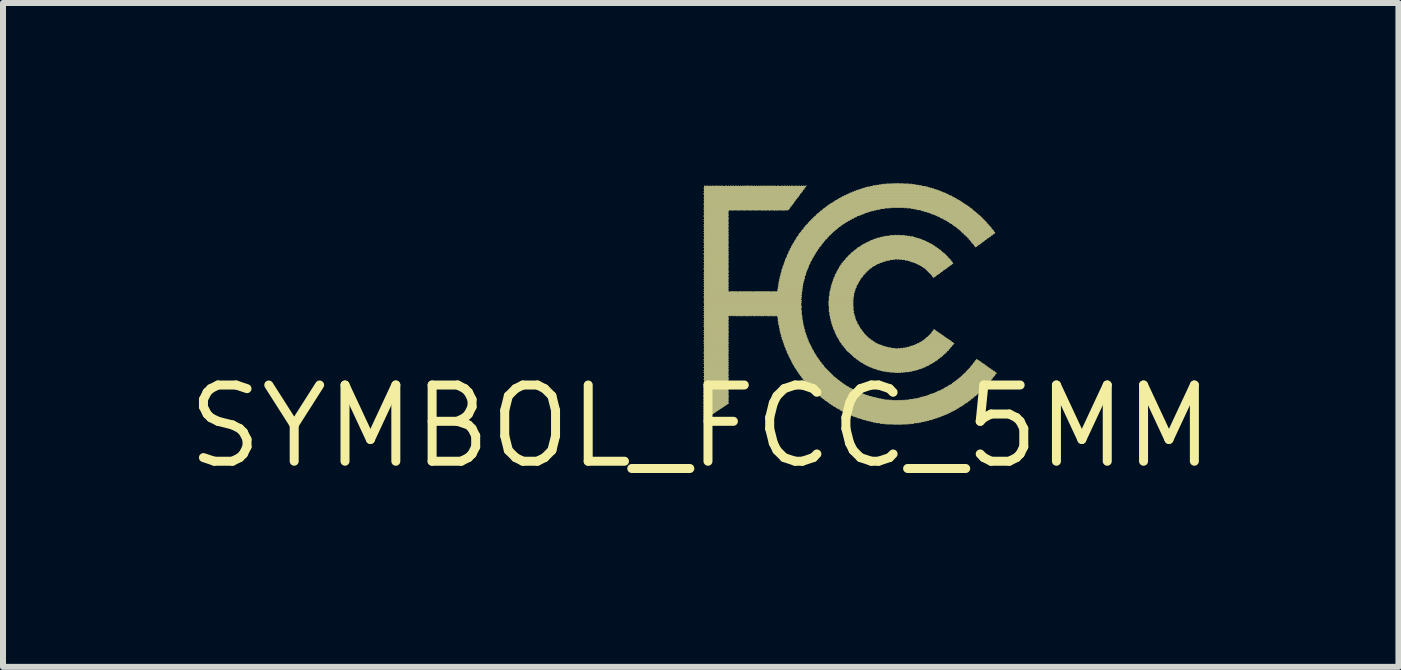
<source format=kicad_pcb>
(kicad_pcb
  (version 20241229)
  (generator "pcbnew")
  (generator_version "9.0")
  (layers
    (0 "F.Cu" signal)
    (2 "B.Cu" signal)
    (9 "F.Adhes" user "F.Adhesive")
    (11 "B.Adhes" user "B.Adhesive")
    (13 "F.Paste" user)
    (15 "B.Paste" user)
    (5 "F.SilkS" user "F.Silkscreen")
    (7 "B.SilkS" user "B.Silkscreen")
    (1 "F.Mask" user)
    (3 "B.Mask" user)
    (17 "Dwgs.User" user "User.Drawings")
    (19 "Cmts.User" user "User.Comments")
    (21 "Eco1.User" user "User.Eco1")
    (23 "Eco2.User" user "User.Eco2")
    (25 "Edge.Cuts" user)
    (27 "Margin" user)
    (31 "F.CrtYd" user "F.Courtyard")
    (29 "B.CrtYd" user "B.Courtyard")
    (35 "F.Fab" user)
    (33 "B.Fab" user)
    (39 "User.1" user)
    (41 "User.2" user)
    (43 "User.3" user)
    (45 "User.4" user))
  (footprint "SYMBOL_FCC_5MM"
    (layer "F.Cu")
    (at 8.625 4.055)
    (property "Reference" "SYMBOL_FCC_5MM" (at 0 0 0) (layer "F.SilkS") (effects (font (size 1.27 1.27) (thickness 0.15))))
    (attr through_hole)
    (fp_poly (pts (xy 0.045 -3.965) (xy 1.735 -3.965) (xy 1.735 -3.975) (xy 0.045 -3.975)) (stroke (width 0) (type solid)) (fill yes) (layer "F.SilkS"))
    (fp_poly (pts (xy 0.045 -3.915) (xy 1.695 -3.915) (xy 1.695 -3.925) (xy 0.045 -3.925)) (stroke (width 0) (type solid)) (fill yes) (layer "F.SilkS"))
    (fp_poly (pts (xy 0.045 -3.875) (xy 1.665 -3.875) (xy 1.665 -3.885) (xy 0.045 -3.885)) (stroke (width 0) (type solid)) (fill yes) (layer "F.SilkS"))
    (fp_poly (pts (xy 0.045 -3.855) (xy 1.655 -3.855) (xy 1.655 -3.865) (xy 0.045 -3.865)) (stroke (width 0) (type solid)) (fill yes) (layer "F.SilkS"))
    (fp_poly (pts (xy 0.045 -3.805) (xy 1.615 -3.805) (xy 1.615 -3.815) (xy 0.045 -3.815)) (stroke (width 0) (type solid)) (fill yes) (layer "F.SilkS"))
    (fp_poly (pts (xy 0.045 -3.765) (xy 1.585 -3.765) (xy 1.585 -3.775) (xy 0.045 -3.775)) (stroke (width 0) (type solid)) (fill yes) (layer "F.SilkS"))
    (fp_poly (pts (xy 0.045 -3.715) (xy 1.545 -3.715) (xy 1.545 -3.725) (xy 0.045 -3.725)) (stroke (width 0) (type solid)) (fill yes) (layer "F.SilkS"))
    (fp_poly (pts (xy 0.045 -3.685) (xy 1.525 -3.685) (xy 1.525 -3.695) (xy 0.045 -3.695)) (stroke (width 0) (type solid)) (fill yes) (layer "F.SilkS"))
    (fp_poly (pts (xy 0.045 -3.635) (xy 1.485 -3.635) (xy 1.485 -3.645) (xy 0.045 -3.645)) (stroke (width 0) (type solid)) (fill yes) (layer "F.SilkS"))
    (fp_poly (pts (xy 0.045 -3.605) (xy 1.465 -3.605) (xy 1.465 -3.615) (xy 0.045 -3.615)) (stroke (width 0) (type solid)) (fill yes) (layer "F.SilkS"))
    (fp_poly (pts (xy 0.045 -3.565) (xy 0.455 -3.565) (xy 0.455 -3.575) (xy 0.045 -3.575)) (stroke (width 0) (type solid)) (fill yes) (layer "F.SilkS"))
    (fp_poly (pts (xy 0.045 -3.515) (xy 0.465 -3.515) (xy 0.465 -3.525) (xy 0.045 -3.525)) (stroke (width 0) (type solid)) (fill yes) (layer "F.SilkS"))
    (fp_poly (pts (xy 0.045 -3.495) (xy 0.455 -3.495) (xy 0.455 -3.505) (xy 0.045 -3.505)) (stroke (width 0) (type solid)) (fill yes) (layer "F.SilkS"))
    (fp_poly (pts (xy 0.045 -3.445) (xy 0.465 -3.445) (xy 0.465 -3.455) (xy 0.045 -3.455)) (stroke (width 0) (type solid)) (fill yes) (layer "F.SilkS"))
    (fp_poly (pts (xy 0.045 -3.405) (xy 0.465 -3.405) (xy 0.465 -3.415) (xy 0.045 -3.415)) (stroke (width 0) (type solid)) (fill yes) (layer "F.SilkS"))
    (fp_poly (pts (xy 0.045 -3.355) (xy 0.455 -3.355) (xy 0.455 -3.365) (xy 0.045 -3.365)) (stroke (width 0) (type solid)) (fill yes) (layer "F.SilkS"))
    (fp_poly (pts (xy 0.045 -3.325) (xy 0.465 -3.325) (xy 0.465 -3.335) (xy 0.045 -3.335)) (stroke (width 0) (type solid)) (fill yes) (layer "F.SilkS"))
    (fp_poly (pts (xy 0.045 -3.285) (xy 0.455 -3.285) (xy 0.455 -3.295) (xy 0.045 -3.295)) (stroke (width 0) (type solid)) (fill yes) (layer "F.SilkS"))
    (fp_poly (pts (xy 0.045 -3.245) (xy 0.455 -3.245) (xy 0.455 -3.255) (xy 0.045 -3.255)) (stroke (width 0) (type solid)) (fill yes) (layer "F.SilkS"))
    (fp_poly (pts (xy 0.045 -3.205) (xy 0.455 -3.205) (xy 0.455 -3.215) (xy 0.045 -3.215)) (stroke (width 0) (type solid)) (fill yes) (layer "F.SilkS"))
    (fp_poly (pts (xy 0.045 -3.165) (xy 0.465 -3.165) (xy 0.465 -3.175) (xy 0.045 -3.175)) (stroke (width 0) (type solid)) (fill yes) (layer "F.SilkS"))
    (fp_poly (pts (xy 0.045 -3.115) (xy 0.455 -3.115) (xy 0.455 -3.125) (xy 0.045 -3.125)) (stroke (width 0) (type solid)) (fill yes) (layer "F.SilkS"))
    (fp_poly (pts (xy 0.045 -3.085) (xy 0.455 -3.085) (xy 0.455 -3.095) (xy 0.045 -3.095)) (stroke (width 0) (type solid)) (fill yes) (layer "F.SilkS"))
    (fp_poly (pts (xy 0.045 -3.055) (xy 0.465 -3.055) (xy 0.465 -3.065) (xy 0.045 -3.065)) (stroke (width 0) (type solid)) (fill yes) (layer "F.SilkS"))
    (fp_poly (pts (xy 0.045 -3.005) (xy 0.455 -3.005) (xy 0.455 -3.015) (xy 0.045 -3.015)) (stroke (width 0) (type solid)) (fill yes) (layer "F.SilkS"))
    (fp_poly (pts (xy 0.045 -2.975) (xy 0.465 -2.975) (xy 0.465 -2.985) (xy 0.045 -2.985)) (stroke (width 0) (type solid)) (fill yes) (layer "F.SilkS"))
    (fp_poly (pts (xy 0.045 -2.925) (xy 0.455 -2.925) (xy 0.455 -2.935) (xy 0.045 -2.935)) (stroke (width 0) (type solid)) (fill yes) (layer "F.SilkS"))
    (fp_poly (pts (xy 0.045 -2.875) (xy 0.465 -2.875) (xy 0.465 -2.885) (xy 0.045 -2.885)) (stroke (width 0) (type solid)) (fill yes) (layer "F.SilkS"))
    (fp_poly (pts (xy 0.045 -2.855) (xy 0.465 -2.855) (xy 0.465 -2.865) (xy 0.045 -2.865)) (stroke (width 0) (type solid)) (fill yes) (layer "F.SilkS"))
    (fp_poly (pts (xy 0.045 -2.815) (xy 0.465 -2.815) (xy 0.465 -2.825) (xy 0.045 -2.825)) (stroke (width 0) (type solid)) (fill yes) (layer "F.SilkS"))
    (fp_poly (pts (xy 0.045 -2.775) (xy 0.465 -2.775) (xy 0.465 -2.785) (xy 0.045 -2.785)) (stroke (width 0) (type solid)) (fill yes) (layer "F.SilkS"))
    (fp_poly (pts (xy 0.045 -2.725) (xy 0.465 -2.725) (xy 0.465 -2.735) (xy 0.045 -2.735)) (stroke (width 0) (type solid)) (fill yes) (layer "F.SilkS"))
    (fp_poly (pts (xy 0.045 -2.675) (xy 0.465 -2.675) (xy 0.465 -2.685) (xy 0.045 -2.685)) (stroke (width 0) (type solid)) (fill yes) (layer "F.SilkS"))
    (fp_poly (pts (xy 0.045 -2.635) (xy 0.455 -2.635) (xy 0.455 -2.645) (xy 0.045 -2.645)) (stroke (width 0) (type solid)) (fill yes) (layer "F.SilkS"))
    (fp_poly (pts (xy 0.045 -2.615) (xy 0.465 -2.615) (xy 0.465 -2.625) (xy 0.045 -2.625)) (stroke (width 0) (type solid)) (fill yes) (layer "F.SilkS"))
    (fp_poly (pts (xy 0.045 -2.555) (xy 0.465 -2.555) (xy 0.465 -2.565) (xy 0.045 -2.565)) (stroke (width 0) (type solid)) (fill yes) (layer "F.SilkS"))
    (fp_poly (pts (xy 0.045 -2.525) (xy 0.465 -2.525) (xy 0.465 -2.535) (xy 0.045 -2.535)) (stroke (width 0) (type solid)) (fill yes) (layer "F.SilkS"))
    (fp_poly (pts (xy 0.045 -2.485) (xy 0.465 -2.485) (xy 0.465 -2.495) (xy 0.045 -2.495)) (stroke (width 0) (type solid)) (fill yes) (layer "F.SilkS"))
    (fp_poly (pts (xy 0.045 -2.445) (xy 0.465 -2.445) (xy 0.465 -2.455) (xy 0.045 -2.455)) (stroke (width 0) (type solid)) (fill yes) (layer "F.SilkS"))
    (fp_poly (pts (xy 0.045 -2.405) (xy 0.455 -2.405) (xy 0.455 -2.415) (xy 0.045 -2.415)) (stroke (width 0) (type solid)) (fill yes) (layer "F.SilkS"))
    (fp_poly (pts (xy 0.045 -2.365) (xy 0.465 -2.365) (xy 0.465 -2.375) (xy 0.045 -2.375)) (stroke (width 0) (type solid)) (fill yes) (layer "F.SilkS"))
    (fp_poly (pts (xy 0.045 -2.325) (xy 0.465 -2.325) (xy 0.465 -2.335) (xy 0.045 -2.335)) (stroke (width 0) (type solid)) (fill yes) (layer "F.SilkS"))
    (fp_poly (pts (xy 0.045 -2.275) (xy 0.455 -2.275) (xy 0.455 -2.285) (xy 0.045 -2.285)) (stroke (width 0) (type solid)) (fill yes) (layer "F.SilkS"))
    (fp_poly (pts (xy 0.045 -2.245) (xy 0.465 -2.245) (xy 0.465 -2.255) (xy 0.045 -2.255)) (stroke (width 0) (type solid)) (fill yes) (layer "F.SilkS"))
    (fp_poly (pts (xy 0.045 -2.205) (xy 1.685 -2.205) (xy 1.685 -2.215) (xy 0.045 -2.215)) (stroke (width 0) (type solid)) (fill yes) (layer "F.SilkS"))
    (fp_poly (pts (xy 0.045 -2.165) (xy 1.685 -2.165) (xy 1.685 -2.175) (xy 0.045 -2.175)) (stroke (width 0) (type solid)) (fill yes) (layer "F.SilkS"))
    (fp_poly (pts (xy 0.045 -2.135) (xy 1.685 -2.135) (xy 1.685 -2.145) (xy 0.045 -2.145)) (stroke (width 0) (type solid)) (fill yes) (layer "F.SilkS"))
    (fp_poly (pts (xy 0.045 -2.085) (xy 1.675 -2.085) (xy 1.675 -2.095) (xy 0.045 -2.095)) (stroke (width 0) (type solid)) (fill yes) (layer "F.SilkS"))
    (fp_poly (pts (xy 0.045 -2.055) (xy 1.675 -2.055) (xy 1.675 -2.065) (xy 0.045 -2.065)) (stroke (width 0) (type solid)) (fill yes) (layer "F.SilkS"))
    (fp_poly (pts (xy 0.045 -1.995) (xy 1.685 -1.995) (xy 1.685 -2.005) (xy 0.045 -2.005)) (stroke (width 0) (type solid)) (fill yes) (layer "F.SilkS"))
    (fp_poly (pts (xy 0.045 -1.955) (xy 1.675 -1.955) (xy 1.675 -1.965) (xy 0.045 -1.965)) (stroke (width 0) (type solid)) (fill yes) (layer "F.SilkS"))
    (fp_poly (pts (xy 0.045 -1.925) (xy 1.675 -1.925) (xy 1.675 -1.935) (xy 0.045 -1.935)) (stroke (width 0) (type solid)) (fill yes) (layer "F.SilkS"))
    (fp_poly (pts (xy 0.045 -1.885) (xy 1.675 -1.885) (xy 1.675 -1.895) (xy 0.045 -1.895)) (stroke (width 0) (type solid)) (fill yes) (layer "F.SilkS"))
    (fp_poly (pts (xy 0.045 -1.845) (xy 1.685 -1.845) (xy 1.685 -1.855) (xy 0.045 -1.855)) (stroke (width 0) (type solid)) (fill yes) (layer "F.SilkS"))
    (fp_poly (pts (xy 0.045 -1.815) (xy 0.465 -1.815) (xy 0.465 -1.825) (xy 0.045 -1.825)) (stroke (width 0) (type solid)) (fill yes) (layer "F.SilkS"))
    (fp_poly (pts (xy 0.045 -1.765) (xy 0.465 -1.765) (xy 0.465 -1.775) (xy 0.045 -1.775)) (stroke (width 0) (type solid)) (fill yes) (layer "F.SilkS"))
    (fp_poly (pts (xy 0.045 -1.725) (xy 0.465 -1.725) (xy 0.465 -1.735) (xy 0.045 -1.735)) (stroke (width 0) (type solid)) (fill yes) (layer "F.SilkS"))
    (fp_poly (pts (xy 0.045 -1.685) (xy 0.465 -1.685) (xy 0.465 -1.695) (xy 0.045 -1.695)) (stroke (width 0) (type solid)) (fill yes) (layer "F.SilkS"))
    (fp_poly (pts (xy 0.045 -1.655) (xy 0.455 -1.655) (xy 0.455 -1.665) (xy 0.045 -1.665)) (stroke (width 0) (type solid)) (fill yes) (layer "F.SilkS"))
    (fp_poly (pts (xy 0.045 -1.595) (xy 0.465 -1.595) (xy 0.465 -1.605) (xy 0.045 -1.605)) (stroke (width 0) (type solid)) (fill yes) (layer "F.SilkS"))
    (fp_poly (pts (xy 0.045 -1.565) (xy 0.465 -1.565) (xy 0.465 -1.575) (xy 0.045 -1.575)) (stroke (width 0) (type solid)) (fill yes) (layer "F.SilkS"))
    (fp_poly (pts (xy 0.045 -1.525) (xy 0.465 -1.525) (xy 0.465 -1.535) (xy 0.045 -1.535)) (stroke (width 0) (type solid)) (fill yes) (layer "F.SilkS"))
    (fp_poly (pts (xy 0.045 -1.475) (xy 0.465 -1.475) (xy 0.465 -1.485) (xy 0.045 -1.485)) (stroke (width 0) (type solid)) (fill yes) (layer "F.SilkS"))
    (fp_poly (pts (xy 0.045 -1.435) (xy 0.465 -1.435) (xy 0.465 -1.445) (xy 0.045 -1.445)) (stroke (width 0) (type solid)) (fill yes) (layer "F.SilkS"))
    (fp_poly (pts (xy 0.045 -1.405) (xy 0.465 -1.405) (xy 0.465 -1.415) (xy 0.045 -1.415)) (stroke (width 0) (type solid)) (fill yes) (layer "F.SilkS"))
    (fp_poly (pts (xy 0.045 -1.375) (xy 0.465 -1.375) (xy 0.465 -1.385) (xy 0.045 -1.385)) (stroke (width 0) (type solid)) (fill yes) (layer "F.SilkS"))
    (fp_poly (pts (xy 0.045 -1.335) (xy 0.465 -1.335) (xy 0.465 -1.345) (xy 0.045 -1.345)) (stroke (width 0) (type solid)) (fill yes) (layer "F.SilkS"))
    (fp_poly (pts (xy 0.045 -1.285) (xy 0.455 -1.285) (xy 0.455 -1.295) (xy 0.045 -1.295)) (stroke (width 0) (type solid)) (fill yes) (layer "F.SilkS"))
    (fp_poly (pts (xy 0.045 -1.235) (xy 0.455 -1.235) (xy 0.455 -1.245) (xy 0.045 -1.245)) (stroke (width 0) (type solid)) (fill yes) (layer "F.SilkS"))
    (fp_poly (pts (xy 0.045 -1.215) (xy 0.465 -1.215) (xy 0.465 -1.225) (xy 0.045 -1.225)) (stroke (width 0) (type solid)) (fill yes) (layer "F.SilkS"))
    (fp_poly (pts (xy 0.045 -1.165) (xy 0.465 -1.165) (xy 0.465 -1.175) (xy 0.045 -1.175)) (stroke (width 0) (type solid)) (fill yes) (layer "F.SilkS"))
    (fp_poly (pts (xy 0.045 -1.115) (xy 0.455 -1.115) (xy 0.455 -1.125) (xy 0.045 -1.125)) (stroke (width 0) (type solid)) (fill yes) (layer "F.SilkS"))
    (fp_poly (pts (xy 0.045 -1.085) (xy 0.465 -1.085) (xy 0.465 -1.095) (xy 0.045 -1.095)) (stroke (width 0) (type solid)) (fill yes) (layer "F.SilkS"))
    (fp_poly (pts (xy 0.045 -1.045) (xy 0.465 -1.045) (xy 0.465 -1.055) (xy 0.045 -1.055)) (stroke (width 0) (type solid)) (fill yes) (layer "F.SilkS"))
    (fp_poly (pts (xy 0.045 -0.975) (xy 0.465 -0.975) (xy 0.465 -0.985) (xy 0.045 -0.985)) (stroke (width 0) (type solid)) (fill yes) (layer "F.SilkS"))
    (fp_poly (pts (xy 0.045 -0.925) (xy 0.465 -0.925) (xy 0.465 -0.935) (xy 0.045 -0.935)) (stroke (width 0) (type solid)) (fill yes) (layer "F.SilkS"))
    (fp_poly (pts (xy 0.045 -0.895) (xy 0.465 -0.895) (xy 0.465 -0.905) (xy 0.045 -0.905)) (stroke (width 0) (type solid)) (fill yes) (layer "F.SilkS"))
    (fp_poly (pts (xy 0.045 -0.825) (xy 0.455 -0.825) (xy 0.455 -0.835) (xy 0.045 -0.835)) (stroke (width 0) (type solid)) (fill yes) (layer "F.SilkS"))
    (fp_poly (pts (xy 0.045 -0.775) (xy 0.465 -0.775) (xy 0.465 -0.785) (xy 0.045 -0.785)) (stroke (width 0) (type solid)) (fill yes) (layer "F.SilkS"))
    (fp_poly (pts (xy 0.045 -0.725) (xy 0.465 -0.725) (xy 0.465 -0.735) (xy 0.045 -0.735)) (stroke (width 0) (type solid)) (fill yes) (layer "F.SilkS"))
    (fp_poly (pts (xy 0.045 -0.685) (xy 0.455 -0.685) (xy 0.455 -0.695) (xy 0.045 -0.695)) (stroke (width 0) (type solid)) (fill yes) (layer "F.SilkS"))
    (fp_poly (pts (xy 0.045 -0.645) (xy 0.465 -0.645) (xy 0.465 -0.655) (xy 0.045 -0.655)) (stroke (width 0) (type solid)) (fill yes) (layer "F.SilkS"))
    (fp_poly (pts (xy 0.045 -0.595) (xy 0.455 -0.595) (xy 0.455 -0.605) (xy 0.045 -0.605)) (stroke (width 0) (type solid)) (fill yes) (layer "F.SilkS"))
    (fp_poly (pts (xy 0.045 -0.555) (xy 0.465 -0.555) (xy 0.465 -0.565) (xy 0.045 -0.565)) (stroke (width 0) (type solid)) (fill yes) (layer "F.SilkS"))
    (fp_poly (pts (xy 0.045 -0.515) (xy 0.465 -0.515) (xy 0.465 -0.525) (xy 0.045 -0.525)) (stroke (width 0) (type solid)) (fill yes) (layer "F.SilkS"))
    (fp_poly (pts (xy 0.045 -0.495) (xy 0.465 -0.495) (xy 0.465 -0.505) (xy 0.045 -0.505)) (stroke (width 0) (type solid)) (fill yes) (layer "F.SilkS"))
    (fp_poly (pts (xy 0.045 -0.445) (xy 0.465 -0.445) (xy 0.465 -0.455) (xy 0.045 -0.455)) (stroke (width 0) (type solid)) (fill yes) (layer "F.SilkS"))
    (fp_poly (pts (xy 0.045 -0.405) (xy 0.455 -0.405) (xy 0.455 -0.415) (xy 0.045 -0.415)) (stroke (width 0) (type solid)) (fill yes) (layer "F.SilkS"))
    (fp_poly (pts (xy 0.045 -0.375) (xy 0.465 -0.375) (xy 0.465 -0.385) (xy 0.045 -0.385)) (stroke (width 0) (type solid)) (fill yes) (layer "F.SilkS"))
    (fp_poly (pts (xy 0.045 -0.325) (xy 0.385 -0.325) (xy 0.385 -0.335) (xy 0.045 -0.335)) (stroke (width 0) (type solid)) (fill yes) (layer "F.SilkS"))
    (fp_poly (pts (xy 0.045 -0.285) (xy 0.325 -0.285) (xy 0.325 -0.295) (xy 0.045 -0.295)) (stroke (width 0) (type solid)) (fill yes) (layer "F.SilkS"))
    (fp_poly (pts (xy 0.045 -0.245) (xy 0.265 -0.245) (xy 0.265 -0.255) (xy 0.045 -0.255)) (stroke (width 0) (type solid)) (fill yes) (layer "F.SilkS"))
    (fp_poly (pts (xy 0.045 -0.195) (xy 0.195 -0.195) (xy 0.195 -0.205) (xy 0.045 -0.205)) (stroke (width 0) (type solid)) (fill yes) (layer "F.SilkS"))
    (fp_poly (pts (xy 0.045 -0.165) (xy 0.145 -0.165) (xy 0.145 -0.175) (xy 0.045 -0.175)) (stroke (width 0) (type solid)) (fill yes) (layer "F.SilkS"))
    (fp_poly (pts (xy 0.045 -0.125) (xy 0.095 -0.125) (xy 0.095 -0.135) (xy 0.045 -0.135)) (stroke (width 0) (type solid)) (fill yes) (layer "F.SilkS"))
    (fp_poly (pts (xy 0.055 -4.005) (xy 0.065 -4.005) (xy 0.065 -4.015) (xy 0.055 -4.015)) (stroke (width 0) (type solid)) (fill yes) (layer "F.SilkS"))
    (fp_poly (pts (xy 0.055 -3.995) (xy 1.755 -3.995) (xy 1.755 -4.005) (xy 0.055 -4.005)) (stroke (width 0) (type solid)) (fill yes) (layer "F.SilkS"))
    (fp_poly (pts (xy 0.055 -3.985) (xy 1.755 -3.985) (xy 1.755 -3.995) (xy 0.055 -3.995)) (stroke (width 0) (type solid)) (fill yes) (layer "F.SilkS"))
    (fp_poly (pts (xy 0.055 -3.975) (xy 1.735 -3.975) (xy 1.735 -3.985) (xy 0.055 -3.985)) (stroke (width 0) (type solid)) (fill yes) (layer "F.SilkS"))
    (fp_poly (pts (xy 0.055 -3.955) (xy 1.725 -3.955) (xy 1.725 -3.965) (xy 0.055 -3.965)) (stroke (width 0) (type solid)) (fill yes) (layer "F.SilkS"))
    (fp_poly (pts (xy 0.055 -3.945) (xy 1.725 -3.945) (xy 1.725 -3.955) (xy 0.055 -3.955)) (stroke (width 0) (type solid)) (fill yes) (layer "F.SilkS"))
    (fp_poly (pts (xy 0.055 -3.935) (xy 1.705 -3.935) (xy 1.705 -3.945) (xy 0.055 -3.945)) (stroke (width 0) (type solid)) (fill yes) (layer "F.SilkS"))
    (fp_poly (pts (xy 0.055 -3.925) (xy 1.705 -3.925) (xy 1.705 -3.935) (xy 0.055 -3.935)) (stroke (width 0) (type solid)) (fill yes) (layer "F.SilkS"))
    (fp_poly (pts (xy 0.055 -3.905) (xy 1.695 -3.905) (xy 1.695 -3.915) (xy 0.055 -3.915)) (stroke (width 0) (type solid)) (fill yes) (layer "F.SilkS"))
    (fp_poly (pts (xy 0.055 -3.895) (xy 1.685 -3.895) (xy 1.685 -3.905) (xy 0.055 -3.905)) (stroke (width 0) (type solid)) (fill yes) (layer "F.SilkS"))
    (fp_poly (pts (xy 0.055 -3.885) (xy 1.675 -3.885) (xy 1.675 -3.895) (xy 0.055 -3.895)) (stroke (width 0) (type solid)) (fill yes) (layer "F.SilkS"))
    (fp_poly (pts (xy 0.055 -3.865) (xy 1.655 -3.865) (xy 1.655 -3.875) (xy 0.055 -3.875)) (stroke (width 0) (type solid)) (fill yes) (layer "F.SilkS"))
    (fp_poly (pts (xy 0.055 -3.845) (xy 1.645 -3.845) (xy 1.645 -3.855) (xy 0.055 -3.855)) (stroke (width 0) (type solid)) (fill yes) (layer "F.SilkS"))
    (fp_poly (pts (xy 0.055 -3.835) (xy 1.635 -3.835) (xy 1.635 -3.845) (xy 0.055 -3.845)) (stroke (width 0) (type solid)) (fill yes) (layer "F.SilkS"))
    (fp_poly (pts (xy 0.055 -3.825) (xy 1.635 -3.825) (xy 1.635 -3.835) (xy 0.055 -3.835)) (stroke (width 0) (type solid)) (fill yes) (layer "F.SilkS"))
    (fp_poly (pts (xy 0.055 -3.815) (xy 1.625 -3.815) (xy 1.625 -3.825) (xy 0.055 -3.825)) (stroke (width 0) (type solid)) (fill yes) (layer "F.SilkS"))
    (fp_poly (pts (xy 0.055 -3.795) (xy 1.605 -3.795) (xy 1.605 -3.805) (xy 0.055 -3.805)) (stroke (width 0) (type solid)) (fill yes) (layer "F.SilkS"))
    (fp_poly (pts (xy 0.055 -3.785) (xy 1.605 -3.785) (xy 1.605 -3.795) (xy 0.055 -3.795)) (stroke (width 0) (type solid)) (fill yes) (layer "F.SilkS"))
    (fp_poly (pts (xy 0.055 -3.775) (xy 1.585 -3.775) (xy 1.585 -3.785) (xy 0.055 -3.785)) (stroke (width 0) (type solid)) (fill yes) (layer "F.SilkS"))
    (fp_poly (pts (xy 0.055 -3.755) (xy 1.575 -3.755) (xy 1.575 -3.765) (xy 0.055 -3.765)) (stroke (width 0) (type solid)) (fill yes) (layer "F.SilkS"))
    (fp_poly (pts (xy 0.055 -3.745) (xy 1.565 -3.745) (xy 1.565 -3.755) (xy 0.055 -3.755)) (stroke (width 0) (type solid)) (fill yes) (layer "F.SilkS"))
    (fp_poly (pts (xy 0.055 -3.735) (xy 1.565 -3.735) (xy 1.565 -3.745) (xy 0.055 -3.745)) (stroke (width 0) (type solid)) (fill yes) (layer "F.SilkS"))
    (fp_poly (pts (xy 0.055 -3.725) (xy 1.555 -3.725) (xy 1.555 -3.735) (xy 0.055 -3.735)) (stroke (width 0) (type solid)) (fill yes) (layer "F.SilkS"))
    (fp_poly (pts (xy 0.055 -3.705) (xy 1.545 -3.705) (xy 1.545 -3.715) (xy 0.055 -3.715)) (stroke (width 0) (type solid)) (fill yes) (layer "F.SilkS"))
    (fp_poly (pts (xy 0.055 -3.695) (xy 1.535 -3.695) (xy 1.535 -3.705) (xy 0.055 -3.705)) (stroke (width 0) (type solid)) (fill yes) (layer "F.SilkS"))
    (fp_poly (pts (xy 0.055 -3.675) (xy 1.515 -3.675) (xy 1.515 -3.685) (xy 0.055 -3.685)) (stroke (width 0) (type solid)) (fill yes) (layer "F.SilkS"))
    (fp_poly (pts (xy 0.055 -3.665) (xy 1.515 -3.665) (xy 1.515 -3.675) (xy 0.055 -3.675)) (stroke (width 0) (type solid)) (fill yes) (layer "F.SilkS"))
    (fp_poly (pts (xy 0.055 -3.655) (xy 1.495 -3.655) (xy 1.495 -3.665) (xy 0.055 -3.665)) (stroke (width 0) (type solid)) (fill yes) (layer "F.SilkS"))
    (fp_poly (pts (xy 0.055 -3.645) (xy 1.495 -3.645) (xy 1.495 -3.655) (xy 0.055 -3.655)) (stroke (width 0) (type solid)) (fill yes) (layer "F.SilkS"))
    (fp_poly (pts (xy 0.055 -3.625) (xy 1.485 -3.625) (xy 1.485 -3.635) (xy 0.055 -3.635)) (stroke (width 0) (type solid)) (fill yes) (layer "F.SilkS"))
    (fp_poly (pts (xy 0.055 -3.615) (xy 1.475 -3.615) (xy 1.475 -3.625) (xy 0.055 -3.625)) (stroke (width 0) (type solid)) (fill yes) (layer "F.SilkS"))
    (fp_poly (pts (xy 0.055 -3.595) (xy 0.475 -3.595) (xy 0.475 -3.605) (xy 0.055 -3.605)) (stroke (width 0) (type solid)) (fill yes) (layer "F.SilkS"))
    (fp_poly (pts (xy 0.055 -3.585) (xy 0.465 -3.585) (xy 0.465 -3.595) (xy 0.055 -3.595)) (stroke (width 0) (type solid)) (fill yes) (layer "F.SilkS"))
    (fp_poly (pts (xy 0.055 -3.575) (xy 0.465 -3.575) (xy 0.465 -3.585) (xy 0.055 -3.585)) (stroke (width 0) (type solid)) (fill yes) (layer "F.SilkS"))
    (fp_poly (pts (xy 0.055 -3.555) (xy 0.465 -3.555) (xy 0.465 -3.565) (xy 0.055 -3.565)) (stroke (width 0) (type solid)) (fill yes) (layer "F.SilkS"))
    (fp_poly (pts (xy 0.055 -3.545) (xy 0.465 -3.545) (xy 0.465 -3.555) (xy 0.055 -3.555)) (stroke (width 0) (type solid)) (fill yes) (layer "F.SilkS"))
    (fp_poly (pts (xy 0.055 -3.535) (xy 0.455 -3.535) (xy 0.455 -3.545) (xy 0.055 -3.545)) (stroke (width 0) (type solid)) (fill yes) (layer "F.SilkS"))
    (fp_poly (pts (xy 0.055 -3.525) (xy 0.465 -3.525) (xy 0.465 -3.535) (xy 0.055 -3.535)) (stroke (width 0) (type solid)) (fill yes) (layer "F.SilkS"))
    (fp_poly (pts (xy 0.055 -3.505) (xy 0.465 -3.505) (xy 0.465 -3.515) (xy 0.055 -3.515)) (stroke (width 0) (type solid)) (fill yes) (layer "F.SilkS"))
    (fp_poly (pts (xy 0.055 -3.485) (xy 0.465 -3.485) (xy 0.465 -3.495) (xy 0.055 -3.495)) (stroke (width 0) (type solid)) (fill yes) (layer "F.SilkS"))
    (fp_poly (pts (xy 0.055 -3.475) (xy 0.465 -3.475) (xy 0.465 -3.485) (xy 0.055 -3.485)) (stroke (width 0) (type solid)) (fill yes) (layer "F.SilkS"))
    (fp_poly (pts (xy 0.055 -3.465) (xy 0.465 -3.465) (xy 0.465 -3.475) (xy 0.055 -3.475)) (stroke (width 0) (type solid)) (fill yes) (layer "F.SilkS"))
    (fp_poly (pts (xy 0.055 -3.455) (xy 0.465 -3.455) (xy 0.465 -3.465) (xy 0.055 -3.465)) (stroke (width 0) (type solid)) (fill yes) (layer "F.SilkS"))
    (fp_poly (pts (xy 0.055 -3.435) (xy 0.455 -3.435) (xy 0.455 -3.445) (xy 0.055 -3.445)) (stroke (width 0) (type solid)) (fill yes) (layer "F.SilkS"))
    (fp_poly (pts (xy 0.055 -3.425) (xy 0.465 -3.425) (xy 0.465 -3.435) (xy 0.055 -3.435)) (stroke (width 0) (type solid)) (fill yes) (layer "F.SilkS"))
    (fp_poly (pts (xy 0.055 -3.415) (xy 0.455 -3.415) (xy 0.455 -3.425) (xy 0.055 -3.425)) (stroke (width 0) (type solid)) (fill yes) (layer "F.SilkS"))
    (fp_poly (pts (xy 0.055 -3.395) (xy 0.465 -3.395) (xy 0.465 -3.405) (xy 0.055 -3.405)) (stroke (width 0) (type solid)) (fill yes) (layer "F.SilkS"))
    (fp_poly (pts (xy 0.055 -3.385) (xy 0.465 -3.385) (xy 0.465 -3.395) (xy 0.055 -3.395)) (stroke (width 0) (type solid)) (fill yes) (layer "F.SilkS"))
    (fp_poly (pts (xy 0.055 -3.375) (xy 0.465 -3.375) (xy 0.465 -3.385) (xy 0.055 -3.385)) (stroke (width 0) (type solid)) (fill yes) (layer "F.SilkS"))
    (fp_poly (pts (xy 0.055 -3.365) (xy 0.465 -3.365) (xy 0.465 -3.375) (xy 0.055 -3.375)) (stroke (width 0) (type solid)) (fill yes) (layer "F.SilkS"))
    (fp_poly (pts (xy 0.055 -3.345) (xy 0.465 -3.345) (xy 0.465 -3.355) (xy 0.055 -3.355)) (stroke (width 0) (type solid)) (fill yes) (layer "F.SilkS"))
    (fp_poly (pts (xy 0.055 -3.335) (xy 0.465 -3.335) (xy 0.465 -3.345) (xy 0.055 -3.345)) (stroke (width 0) (type solid)) (fill yes) (layer "F.SilkS"))
    (fp_poly (pts (xy 0.055 -3.315) (xy 0.455 -3.315) (xy 0.455 -3.325) (xy 0.055 -3.325)) (stroke (width 0) (type solid)) (fill yes) (layer "F.SilkS"))
    (fp_poly (pts (xy 0.055 -3.305) (xy 0.465 -3.305) (xy 0.465 -3.315) (xy 0.055 -3.315)) (stroke (width 0) (type solid)) (fill yes) (layer "F.SilkS"))
    (fp_poly (pts (xy 0.055 -3.295) (xy 0.465 -3.295) (xy 0.465 -3.305) (xy 0.055 -3.305)) (stroke (width 0) (type solid)) (fill yes) (layer "F.SilkS"))
    (fp_poly (pts (xy 0.055 -3.275) (xy 0.465 -3.275) (xy 0.465 -3.285) (xy 0.055 -3.285)) (stroke (width 0) (type solid)) (fill yes) (layer "F.SilkS"))
    (fp_poly (pts (xy 0.055 -3.265) (xy 0.465 -3.265) (xy 0.465 -3.275) (xy 0.055 -3.275)) (stroke (width 0) (type solid)) (fill yes) (layer "F.SilkS"))
    (fp_poly (pts (xy 0.055 -3.255) (xy 0.465 -3.255) (xy 0.465 -3.265) (xy 0.055 -3.265)) (stroke (width 0) (type solid)) (fill yes) (layer "F.SilkS"))
    (fp_poly (pts (xy 0.055 -3.235) (xy 0.465 -3.235) (xy 0.465 -3.245) (xy 0.055 -3.245)) (stroke (width 0) (type solid)) (fill yes) (layer "F.SilkS"))
    (fp_poly (pts (xy 0.055 -3.225) (xy 0.465 -3.225) (xy 0.465 -3.235) (xy 0.055 -3.235)) (stroke (width 0) (type solid)) (fill yes) (layer "F.SilkS"))
    (fp_poly (pts (xy 0.055 -3.215) (xy 0.465 -3.215) (xy 0.465 -3.225) (xy 0.055 -3.225)) (stroke (width 0) (type solid)) (fill yes) (layer "F.SilkS"))
    (fp_poly (pts (xy 0.055 -3.195) (xy 0.465 -3.195) (xy 0.465 -3.205) (xy 0.055 -3.205)) (stroke (width 0) (type solid)) (fill yes) (layer "F.SilkS"))
    (fp_poly (pts (xy 0.055 -3.185) (xy 0.465 -3.185) (xy 0.465 -3.195) (xy 0.055 -3.195)) (stroke (width 0) (type solid)) (fill yes) (layer "F.SilkS"))
    (fp_poly (pts (xy 0.055 -3.175) (xy 0.465 -3.175) (xy 0.465 -3.185) (xy 0.055 -3.185)) (stroke (width 0) (type solid)) (fill yes) (layer "F.SilkS"))
    (fp_poly (pts (xy 0.055 -3.155) (xy 0.455 -3.155) (xy 0.455 -3.165) (xy 0.055 -3.165)) (stroke (width 0) (type solid)) (fill yes) (layer "F.SilkS"))
    (fp_poly (pts (xy 0.055 -3.145) (xy 0.465 -3.145) (xy 0.465 -3.155) (xy 0.055 -3.155)) (stroke (width 0) (type solid)) (fill yes) (layer "F.SilkS"))
    (fp_poly (pts (xy 0.055 -3.135) (xy 0.465 -3.135) (xy 0.465 -3.145) (xy 0.055 -3.145)) (stroke (width 0) (type solid)) (fill yes) (layer "F.SilkS"))
    (fp_poly (pts (xy 0.055 -3.125) (xy 0.465 -3.125) (xy 0.465 -3.135) (xy 0.055 -3.135)) (stroke (width 0) (type solid)) (fill yes) (layer "F.SilkS"))
    (fp_poly (pts (xy 0.055 -3.105) (xy 0.465 -3.105) (xy 0.465 -3.115) (xy 0.055 -3.115)) (stroke (width 0) (type solid)) (fill yes) (layer "F.SilkS"))
    (fp_poly (pts (xy 0.055 -3.095) (xy 0.465 -3.095) (xy 0.465 -3.105) (xy 0.055 -3.105)) (stroke (width 0) (type solid)) (fill yes) (layer "F.SilkS"))
    (fp_poly (pts (xy 0.055 -3.075) (xy 0.465 -3.075) (xy 0.465 -3.085) (xy 0.055 -3.085)) (stroke (width 0) (type solid)) (fill yes) (layer "F.SilkS"))
    (fp_poly (pts (xy 0.055 -3.065) (xy 0.465 -3.065) (xy 0.465 -3.075) (xy 0.055 -3.075)) (stroke (width 0) (type solid)) (fill yes) (layer "F.SilkS"))
    (fp_poly (pts (xy 0.055 -3.045) (xy 0.465 -3.045) (xy 0.465 -3.055) (xy 0.055 -3.055)) (stroke (width 0) (type solid)) (fill yes) (layer "F.SilkS"))
    (fp_poly (pts (xy 0.055 -3.035) (xy 0.455 -3.035) (xy 0.455 -3.045) (xy 0.055 -3.045)) (stroke (width 0) (type solid)) (fill yes) (layer "F.SilkS"))
    (fp_poly (pts (xy 0.055 -3.025) (xy 0.465 -3.025) (xy 0.465 -3.035) (xy 0.055 -3.035)) (stroke (width 0) (type solid)) (fill yes) (layer "F.SilkS"))
    (fp_poly (pts (xy 0.055 -3.015) (xy 0.465 -3.015) (xy 0.465 -3.025) (xy 0.055 -3.025)) (stroke (width 0) (type solid)) (fill yes) (layer "F.SilkS"))
    (fp_poly (pts (xy 0.055 -2.995) (xy 0.465 -2.995) (xy 0.465 -3.005) (xy 0.055 -3.005)) (stroke (width 0) (type solid)) (fill yes) (layer "F.SilkS"))
    (fp_poly (pts (xy 0.055 -2.985) (xy 0.465 -2.985) (xy 0.465 -2.995) (xy 0.055 -2.995)) (stroke (width 0) (type solid)) (fill yes) (layer "F.SilkS"))
    (fp_poly (pts (xy 0.055 -2.965) (xy 0.465 -2.965) (xy 0.465 -2.975) (xy 0.055 -2.975)) (stroke (width 0) (type solid)) (fill yes) (layer "F.SilkS"))
    (fp_poly (pts (xy 0.055 -2.955) (xy 0.455 -2.955) (xy 0.455 -2.965) (xy 0.055 -2.965)) (stroke (width 0) (type solid)) (fill yes) (layer "F.SilkS"))
    (fp_poly (pts (xy 0.055 -2.945) (xy 0.465 -2.945) (xy 0.465 -2.955) (xy 0.055 -2.955)) (stroke (width 0) (type solid)) (fill yes) (layer "F.SilkS"))
    (fp_poly (pts (xy 0.055 -2.935) (xy 0.465 -2.935) (xy 0.465 -2.945) (xy 0.055 -2.945)) (stroke (width 0) (type solid)) (fill yes) (layer "F.SilkS"))
    (fp_poly (pts (xy 0.055 -2.915) (xy 0.465 -2.915) (xy 0.465 -2.925) (xy 0.055 -2.925)) (stroke (width 0) (type solid)) (fill yes) (layer "F.SilkS"))
    (fp_poly (pts (xy 0.055 -2.905) (xy 0.465 -2.905) (xy 0.465 -2.915) (xy 0.055 -2.915)) (stroke (width 0) (type solid)) (fill yes) (layer "F.SilkS"))
    (fp_poly (pts (xy 0.055 -2.895) (xy 0.465 -2.895) (xy 0.465 -2.905) (xy 0.055 -2.905)) (stroke (width 0) (type solid)) (fill yes) (layer "F.SilkS"))
    (fp_poly (pts (xy 0.055 -2.885) (xy 0.455 -2.885) (xy 0.455 -2.895) (xy 0.055 -2.895)) (stroke (width 0) (type solid)) (fill yes) (layer "F.SilkS"))
    (fp_poly (pts (xy 0.055 -2.865) (xy 0.465 -2.865) (xy 0.465 -2.875) (xy 0.055 -2.875)) (stroke (width 0) (type solid)) (fill yes) (layer "F.SilkS"))
    (fp_poly (pts (xy 0.055 -2.845) (xy 0.465 -2.845) (xy 0.465 -2.855) (xy 0.055 -2.855)) (stroke (width 0) (type solid)) (fill yes) (layer "F.SilkS"))
    (fp_poly (pts (xy 0.055 -2.835) (xy 0.455 -2.835) (xy 0.455 -2.845) (xy 0.055 -2.845)) (stroke (width 0) (type solid)) (fill yes) (layer "F.SilkS"))
    (fp_poly (pts (xy 0.055 -2.825) (xy 0.465 -2.825) (xy 0.465 -2.835) (xy 0.055 -2.835)) (stroke (width 0) (type solid)) (fill yes) (layer "F.SilkS"))
    (fp_poly (pts (xy 0.055 -2.805) (xy 0.455 -2.805) (xy 0.455 -2.815) (xy 0.055 -2.815)) (stroke (width 0) (type solid)) (fill yes) (layer "F.SilkS"))
    (fp_poly (pts (xy 0.055 -2.795) (xy 0.465 -2.795) (xy 0.465 -2.805) (xy 0.055 -2.805)) (stroke (width 0) (type solid)) (fill yes) (layer "F.SilkS"))
    (fp_poly (pts (xy 0.055 -2.785) (xy 0.465 -2.785) (xy 0.465 -2.795) (xy 0.055 -2.795)) (stroke (width 0) (type solid)) (fill yes) (layer "F.SilkS"))
    (fp_poly (pts (xy 0.055 -2.765) (xy 0.455 -2.765) (xy 0.455 -2.775) (xy 0.055 -2.775)) (stroke (width 0) (type solid)) (fill yes) (layer "F.SilkS"))
    (fp_poly (pts (xy 0.055 -2.755) (xy 0.465 -2.755) (xy 0.465 -2.765) (xy 0.055 -2.765)) (stroke (width 0) (type solid)) (fill yes) (layer "F.SilkS"))
    (fp_poly (pts (xy 0.055 -2.745) (xy 0.465 -2.745) (xy 0.465 -2.755) (xy 0.055 -2.755)) (stroke (width 0) (type solid)) (fill yes) (layer "F.SilkS"))
    (fp_poly (pts (xy 0.055 -2.735) (xy 0.465 -2.735) (xy 0.465 -2.745) (xy 0.055 -2.745)) (stroke (width 0) (type solid)) (fill yes) (layer "F.SilkS"))
    (fp_poly (pts (xy 0.055 -2.715) (xy 0.455 -2.715) (xy 0.455 -2.725) (xy 0.055 -2.725)) (stroke (width 0) (type solid)) (fill yes) (layer "F.SilkS"))
    (fp_poly (pts (xy 0.055 -2.705) (xy 0.465 -2.705) (xy 0.465 -2.715) (xy 0.055 -2.715)) (stroke (width 0) (type solid)) (fill yes) (layer "F.SilkS"))
    (fp_poly (pts (xy 0.055 -2.695) (xy 0.465 -2.695) (xy 0.465 -2.705) (xy 0.055 -2.705)) (stroke (width 0) (type solid)) (fill yes) (layer "F.SilkS"))
    (fp_poly (pts (xy 0.055 -2.685) (xy 0.455 -2.685) (xy 0.455 -2.695) (xy 0.055 -2.695)) (stroke (width 0) (type solid)) (fill yes) (layer "F.SilkS"))
    (fp_poly (pts (xy 0.055 -2.665) (xy 0.465 -2.665) (xy 0.465 -2.675) (xy 0.055 -2.675)) (stroke (width 0) (type solid)) (fill yes) (layer "F.SilkS"))
    (fp_poly (pts (xy 0.055 -2.655) (xy 0.465 -2.655) (xy 0.465 -2.665) (xy 0.055 -2.665)) (stroke (width 0) (type solid)) (fill yes) (layer "F.SilkS"))
    (fp_poly (pts (xy 0.055 -2.645) (xy 0.465 -2.645) (xy 0.465 -2.655) (xy 0.055 -2.655)) (stroke (width 0) (type solid)) (fill yes) (layer "F.SilkS"))
    (fp_poly (pts (xy 0.055 -2.625) (xy 0.465 -2.625) (xy 0.465 -2.635) (xy 0.055 -2.635)) (stroke (width 0) (type solid)) (fill yes) (layer "F.SilkS"))
    (fp_poly (pts (xy 0.055 -2.605) (xy 0.455 -2.605) (xy 0.455 -2.615) (xy 0.055 -2.615)) (stroke (width 0) (type solid)) (fill yes) (layer "F.SilkS"))
    (fp_poly (pts (xy 0.055 -2.595) (xy 0.465 -2.595) (xy 0.465 -2.605) (xy 0.055 -2.605)) (stroke (width 0) (type solid)) (fill yes) (layer "F.SilkS"))
    (fp_poly (pts (xy 0.055 -2.585) (xy 0.465 -2.585) (xy 0.465 -2.595) (xy 0.055 -2.595)) (stroke (width 0) (type solid)) (fill yes) (layer "F.SilkS"))
    (fp_poly (pts (xy 0.055 -2.575) (xy 0.465 -2.575) (xy 0.465 -2.585) (xy 0.055 -2.585)) (stroke (width 0) (type solid)) (fill yes) (layer "F.SilkS"))
    (fp_poly (pts (xy 0.055 -2.565) (xy 0.465 -2.565) (xy 0.465 -2.575) (xy 0.055 -2.575)) (stroke (width 0) (type solid)) (fill yes) (layer "F.SilkS"))
    (fp_poly (pts (xy 0.055 -2.545) (xy 0.455 -2.545) (xy 0.455 -2.555) (xy 0.055 -2.555)) (stroke (width 0) (type solid)) (fill yes) (layer "F.SilkS"))
    (fp_poly (pts (xy 0.055 -2.535) (xy 0.465 -2.535) (xy 0.465 -2.545) (xy 0.055 -2.545)) (stroke (width 0) (type solid)) (fill yes) (layer "F.SilkS"))
    (fp_poly (pts (xy 0.055 -2.515) (xy 0.465 -2.515) (xy 0.465 -2.525) (xy 0.055 -2.525)) (stroke (width 0) (type solid)) (fill yes) (layer "F.SilkS"))
    (fp_poly (pts (xy 0.055 -2.505) (xy 0.465 -2.505) (xy 0.465 -2.515) (xy 0.055 -2.515)) (stroke (width 0) (type solid)) (fill yes) (layer "F.SilkS"))
    (fp_poly (pts (xy 0.055 -2.495) (xy 0.455 -2.495) (xy 0.455 -2.505) (xy 0.055 -2.505)) (stroke (width 0) (type solid)) (fill yes) (layer "F.SilkS"))
    (fp_poly (pts (xy 0.055 -2.475) (xy 0.465 -2.475) (xy 0.465 -2.485) (xy 0.055 -2.485)) (stroke (width 0) (type solid)) (fill yes) (layer "F.SilkS"))
    (fp_poly (pts (xy 0.055 -2.465) (xy 0.465 -2.465) (xy 0.465 -2.475) (xy 0.055 -2.475)) (stroke (width 0) (type solid)) (fill yes) (layer "F.SilkS"))
    (fp_poly (pts (xy 0.055 -2.455) (xy 0.465 -2.455) (xy 0.465 -2.465) (xy 0.055 -2.465)) (stroke (width 0) (type solid)) (fill yes) (layer "F.SilkS"))
    (fp_poly (pts (xy 0.055 -2.435) (xy 0.455 -2.435) (xy 0.455 -2.445) (xy 0.055 -2.445)) (stroke (width 0) (type solid)) (fill yes) (layer "F.SilkS"))
    (fp_poly (pts (xy 0.055 -2.425) (xy 0.465 -2.425) (xy 0.465 -2.435) (xy 0.055 -2.435)) (stroke (width 0) (type solid)) (fill yes) (layer "F.SilkS"))
    (fp_poly (pts (xy 0.055 -2.415) (xy 0.465 -2.415) (xy 0.465 -2.425) (xy 0.055 -2.425)) (stroke (width 0) (type solid)) (fill yes) (layer "F.SilkS"))
    (fp_poly (pts (xy 0.055 -2.395) (xy 0.465 -2.395) (xy 0.465 -2.405) (xy 0.055 -2.405)) (stroke (width 0) (type solid)) (fill yes) (layer "F.SilkS"))
    (fp_poly (pts (xy 0.055 -2.385) (xy 0.465 -2.385) (xy 0.465 -2.395) (xy 0.055 -2.395)) (stroke (width 0) (type solid)) (fill yes) (layer "F.SilkS"))
    (fp_poly (pts (xy 0.055 -2.375) (xy 0.465 -2.375) (xy 0.465 -2.385) (xy 0.055 -2.385)) (stroke (width 0) (type solid)) (fill yes) (layer "F.SilkS"))
    (fp_poly (pts (xy 0.055 -2.355) (xy 0.455 -2.355) (xy 0.455 -2.365) (xy 0.055 -2.365)) (stroke (width 0) (type solid)) (fill yes) (layer "F.SilkS"))
    (fp_poly (pts (xy 0.055 -2.345) (xy 0.465 -2.345) (xy 0.465 -2.355) (xy 0.055 -2.355)) (stroke (width 0) (type solid)) (fill yes) (layer "F.SilkS"))
    (fp_poly (pts (xy 0.055 -2.335) (xy 0.465 -2.335) (xy 0.465 -2.345) (xy 0.055 -2.345)) (stroke (width 0) (type solid)) (fill yes) (layer "F.SilkS"))
    (fp_poly (pts (xy 0.055 -2.315) (xy 0.455 -2.315) (xy 0.455 -2.325) (xy 0.055 -2.325)) (stroke (width 0) (type solid)) (fill yes) (layer "F.SilkS"))
    (fp_poly (pts (xy 0.055 -2.305) (xy 0.465 -2.305) (xy 0.465 -2.315) (xy 0.055 -2.315)) (stroke (width 0) (type solid)) (fill yes) (layer "F.SilkS"))
    (fp_poly (pts (xy 0.055 -2.295) (xy 0.465 -2.295) (xy 0.465 -2.305) (xy 0.055 -2.305)) (stroke (width 0) (type solid)) (fill yes) (layer "F.SilkS"))
    (fp_poly (pts (xy 0.055 -2.285) (xy 0.465 -2.285) (xy 0.465 -2.295) (xy 0.055 -2.295)) (stroke (width 0) (type solid)) (fill yes) (layer "F.SilkS"))
    (fp_poly (pts (xy 0.055 -2.265) (xy 0.465 -2.265) (xy 0.465 -2.275) (xy 0.055 -2.275)) (stroke (width 0) (type solid)) (fill yes) (layer "F.SilkS"))
    (fp_poly (pts (xy 0.055 -2.255) (xy 0.465 -2.255) (xy 0.465 -2.265) (xy 0.055 -2.265)) (stroke (width 0) (type solid)) (fill yes) (layer "F.SilkS"))
    (fp_poly (pts (xy 0.055 -2.235) (xy 1.685 -2.235) (xy 1.685 -2.245) (xy 0.055 -2.245)) (stroke (width 0) (type solid)) (fill yes) (layer "F.SilkS"))
    (fp_poly (pts (xy 0.055 -2.225) (xy 1.685 -2.225) (xy 1.685 -2.235) (xy 0.055 -2.235)) (stroke (width 0) (type solid)) (fill yes) (layer "F.SilkS"))
    (fp_poly (pts (xy 0.055 -2.215) (xy 1.685 -2.215) (xy 1.685 -2.225) (xy 0.055 -2.225)) (stroke (width 0) (type solid)) (fill yes) (layer "F.SilkS"))
    (fp_poly (pts (xy 0.055 -2.195) (xy 1.685 -2.195) (xy 1.685 -2.205) (xy 0.055 -2.205)) (stroke (width 0) (type solid)) (fill yes) (layer "F.SilkS"))
    (fp_poly (pts (xy 0.055 -2.185) (xy 1.685 -2.185) (xy 1.685 -2.195) (xy 0.055 -2.195)) (stroke (width 0) (type solid)) (fill yes) (layer "F.SilkS"))
    (fp_poly (pts (xy 0.055 -2.175) (xy 1.675 -2.175) (xy 1.675 -2.185) (xy 0.055 -2.185)) (stroke (width 0) (type solid)) (fill yes) (layer "F.SilkS"))
    (fp_poly (pts (xy 0.055 -2.155) (xy 1.685 -2.155) (xy 1.685 -2.165) (xy 0.055 -2.165)) (stroke (width 0) (type solid)) (fill yes) (layer "F.SilkS"))
    (fp_poly (pts (xy 0.055 -2.145) (xy 1.675 -2.145) (xy 1.675 -2.155) (xy 0.055 -2.155)) (stroke (width 0) (type solid)) (fill yes) (layer "F.SilkS"))
    (fp_poly (pts (xy 0.055 -2.125) (xy 1.675 -2.125) (xy 1.675 -2.135) (xy 0.055 -2.135)) (stroke (width 0) (type solid)) (fill yes) (layer "F.SilkS"))
    (fp_poly (pts (xy 0.055 -2.115) (xy 1.675 -2.115) (xy 1.675 -2.125) (xy 0.055 -2.125)) (stroke (width 0) (type solid)) (fill yes) (layer "F.SilkS"))
    (fp_poly (pts (xy 0.055 -2.105) (xy 1.675 -2.105) (xy 1.675 -2.115) (xy 0.055 -2.115)) (stroke (width 0) (type solid)) (fill yes) (layer "F.SilkS"))
    (fp_poly (pts (xy 0.055 -2.095) (xy 1.685 -2.095) (xy 1.685 -2.105) (xy 0.055 -2.105)) (stroke (width 0) (type solid)) (fill yes) (layer "F.SilkS"))
    (fp_poly (pts (xy 0.055 -2.075) (xy 1.675 -2.075) (xy 1.675 -2.085) (xy 0.055 -2.085)) (stroke (width 0) (type solid)) (fill yes) (layer "F.SilkS"))
    (fp_poly (pts (xy 0.055 -2.065) (xy 1.685 -2.065) (xy 1.685 -2.075) (xy 0.055 -2.075)) (stroke (width 0) (type solid)) (fill yes) (layer "F.SilkS"))
    (fp_poly (pts (xy 0.055 -2.045) (xy 1.675 -2.045) (xy 1.675 -2.055) (xy 0.055 -2.055)) (stroke (width 0) (type solid)) (fill yes) (layer "F.SilkS"))
    (fp_poly (pts (xy 0.055 -2.035) (xy 1.675 -2.035) (xy 1.675 -2.045) (xy 0.055 -2.045)) (stroke (width 0) (type solid)) (fill yes) (layer "F.SilkS"))
    (fp_poly (pts (xy 0.055 -2.025) (xy 1.675 -2.025) (xy 1.675 -2.035) (xy 0.055 -2.035)) (stroke (width 0) (type solid)) (fill yes) (layer "F.SilkS"))
    (fp_poly (pts (xy 0.055 -2.015) (xy 1.675 -2.015) (xy 1.675 -2.025) (xy 0.055 -2.025)) (stroke (width 0) (type solid)) (fill yes) (layer "F.SilkS"))
    (fp_poly (pts (xy 0.055 -2.005) (xy 1.675 -2.005) (xy 1.675 -2.015) (xy 0.055 -2.015)) (stroke (width 0) (type solid)) (fill yes) (layer "F.SilkS"))
    (fp_poly (pts (xy 0.055 -1.985) (xy 1.675 -1.985) (xy 1.675 -1.995) (xy 0.055 -1.995)) (stroke (width 0) (type solid)) (fill yes) (layer "F.SilkS"))
    (fp_poly (pts (xy 0.055 -1.975) (xy 1.685 -1.975) (xy 1.685 -1.985) (xy 0.055 -1.985)) (stroke (width 0) (type solid)) (fill yes) (layer "F.SilkS"))
    (fp_poly (pts (xy 0.055 -1.965) (xy 1.675 -1.965) (xy 1.675 -1.975) (xy 0.055 -1.975)) (stroke (width 0) (type solid)) (fill yes) (layer "F.SilkS"))
    (fp_poly (pts (xy 0.055 -1.945) (xy 1.675 -1.945) (xy 1.675 -1.955) (xy 0.055 -1.955)) (stroke (width 0) (type solid)) (fill yes) (layer "F.SilkS"))
    (fp_poly (pts (xy 0.055 -1.935) (xy 1.685 -1.935) (xy 1.685 -1.945) (xy 0.055 -1.945)) (stroke (width 0) (type solid)) (fill yes) (layer "F.SilkS"))
    (fp_poly (pts (xy 0.055 -1.915) (xy 1.685 -1.915) (xy 1.685 -1.925) (xy 0.055 -1.925)) (stroke (width 0) (type solid)) (fill yes) (layer "F.SilkS"))
    (fp_poly (pts (xy 0.055 -1.905) (xy 1.685 -1.905) (xy 1.685 -1.915) (xy 0.055 -1.915)) (stroke (width 0) (type solid)) (fill yes) (layer "F.SilkS"))
    (fp_poly (pts (xy 0.055 -1.895) (xy 1.685 -1.895) (xy 1.685 -1.905) (xy 0.055 -1.905)) (stroke (width 0) (type solid)) (fill yes) (layer "F.SilkS"))
    (fp_poly (pts (xy 0.055 -1.875) (xy 1.685 -1.875) (xy 1.685 -1.885) (xy 0.055 -1.885)) (stroke (width 0) (type solid)) (fill yes) (layer "F.SilkS"))
    (fp_poly (pts (xy 0.055 -1.865) (xy 1.685 -1.865) (xy 1.685 -1.875) (xy 0.055 -1.875)) (stroke (width 0) (type solid)) (fill yes) (layer "F.SilkS"))
    (fp_poly (pts (xy 0.055 -1.855) (xy 1.685 -1.855) (xy 1.685 -1.865) (xy 0.055 -1.865)) (stroke (width 0) (type solid)) (fill yes) (layer "F.SilkS"))
    (fp_poly (pts (xy 0.055 -1.835) (xy 0.475 -1.835) (xy 0.475 -1.845) (xy 0.055 -1.845)) (stroke (width 0) (type solid)) (fill yes) (layer "F.SilkS"))
    (fp_poly (pts (xy 0.055 -1.825) (xy 0.455 -1.825) (xy 0.455 -1.835) (xy 0.055 -1.835)) (stroke (width 0) (type solid)) (fill yes) (layer "F.SilkS"))
    (fp_poly (pts (xy 0.055 -1.805) (xy 0.465 -1.805) (xy 0.465 -1.815) (xy 0.055 -1.815)) (stroke (width 0) (type solid)) (fill yes) (layer "F.SilkS"))
    (fp_poly (pts (xy 0.055 -1.795) (xy 0.465 -1.795) (xy 0.465 -1.805) (xy 0.055 -1.805)) (stroke (width 0) (type solid)) (fill yes) (layer "F.SilkS"))
    (fp_poly (pts (xy 0.055 -1.785) (xy 0.465 -1.785) (xy 0.465 -1.795) (xy 0.055 -1.795)) (stroke (width 0) (type solid)) (fill yes) (layer "F.SilkS"))
    (fp_poly (pts (xy 0.055 -1.775) (xy 0.465 -1.775) (xy 0.465 -1.785) (xy 0.055 -1.785)) (stroke (width 0) (type solid)) (fill yes) (layer "F.SilkS"))
    (fp_poly (pts (xy 0.055 -1.755) (xy 0.455 -1.755) (xy 0.455 -1.765) (xy 0.055 -1.765)) (stroke (width 0) (type solid)) (fill yes) (layer "F.SilkS"))
    (fp_poly (pts (xy 0.055 -1.745) (xy 0.465 -1.745) (xy 0.465 -1.755) (xy 0.055 -1.755)) (stroke (width 0) (type solid)) (fill yes) (layer "F.SilkS"))
    (fp_poly (pts (xy 0.055 -1.735) (xy 0.465 -1.735) (xy 0.465 -1.745) (xy 0.055 -1.745)) (stroke (width 0) (type solid)) (fill yes) (layer "F.SilkS"))
    (fp_poly (pts (xy 0.055 -1.715) (xy 0.455 -1.715) (xy 0.455 -1.725) (xy 0.055 -1.725)) (stroke (width 0) (type solid)) (fill yes) (layer "F.SilkS"))
    (fp_poly (pts (xy 0.055 -1.705) (xy 0.465 -1.705) (xy 0.465 -1.715) (xy 0.055 -1.715)) (stroke (width 0) (type solid)) (fill yes) (layer "F.SilkS"))
    (fp_poly (pts (xy 0.055 -1.695) (xy 0.465 -1.695) (xy 0.465 -1.705) (xy 0.055 -1.705)) (stroke (width 0) (type solid)) (fill yes) (layer "F.SilkS"))
    (fp_poly (pts (xy 0.055 -1.675) (xy 0.465 -1.675) (xy 0.465 -1.685) (xy 0.055 -1.685)) (stroke (width 0) (type solid)) (fill yes) (layer "F.SilkS"))
    (fp_poly (pts (xy 0.055 -1.665) (xy 0.465 -1.665) (xy 0.465 -1.675) (xy 0.055 -1.675)) (stroke (width 0) (type solid)) (fill yes) (layer "F.SilkS"))
    (fp_poly (pts (xy 0.055 -1.645) (xy 0.465 -1.645) (xy 0.465 -1.655) (xy 0.055 -1.655)) (stroke (width 0) (type solid)) (fill yes) (layer "F.SilkS"))
    (fp_poly (pts (xy 0.055 -1.635) (xy 0.465 -1.635) (xy 0.465 -1.645) (xy 0.055 -1.645)) (stroke (width 0) (type solid)) (fill yes) (layer "F.SilkS"))
    (fp_poly (pts (xy 0.055 -1.625) (xy 0.465 -1.625) (xy 0.465 -1.635) (xy 0.055 -1.635)) (stroke (width 0) (type solid)) (fill yes) (layer "F.SilkS"))
    (fp_poly (pts (xy 0.055 -1.615) (xy 0.465 -1.615) (xy 0.465 -1.625) (xy 0.055 -1.625)) (stroke (width 0) (type solid)) (fill yes) (layer "F.SilkS"))
    (fp_poly (pts (xy 0.055 -1.605) (xy 0.455 -1.605) (xy 0.455 -1.615) (xy 0.055 -1.615)) (stroke (width 0) (type solid)) (fill yes) (layer "F.SilkS"))
    (fp_poly (pts (xy 0.055 -1.585) (xy 0.465 -1.585) (xy 0.465 -1.595) (xy 0.055 -1.595)) (stroke (width 0) (type solid)) (fill yes) (layer "F.SilkS"))
    (fp_poly (pts (xy 0.055 -1.575) (xy 0.465 -1.575) (xy 0.465 -1.585) (xy 0.055 -1.585)) (stroke (width 0) (type solid)) (fill yes) (layer "F.SilkS"))
    (fp_poly (pts (xy 0.055 -1.555) (xy 0.465 -1.555) (xy 0.465 -1.565) (xy 0.055 -1.565)) (stroke (width 0) (type solid)) (fill yes) (layer "F.SilkS"))
    (fp_poly (pts (xy 0.055 -1.545) (xy 0.465 -1.545) (xy 0.465 -1.555) (xy 0.055 -1.555)) (stroke (width 0) (type solid)) (fill yes) (layer "F.SilkS"))
    (fp_poly (pts (xy 0.055 -1.535) (xy 0.455 -1.535) (xy 0.455 -1.545) (xy 0.055 -1.545)) (stroke (width 0) (type solid)) (fill yes) (layer "F.SilkS"))
    (fp_poly (pts (xy 0.055 -1.515) (xy 0.465 -1.515) (xy 0.465 -1.525) (xy 0.055 -1.525)) (stroke (width 0) (type solid)) (fill yes) (layer "F.SilkS"))
    (fp_poly (pts (xy 0.055 -1.505) (xy 0.465 -1.505) (xy 0.465 -1.515) (xy 0.055 -1.515)) (stroke (width 0) (type solid)) (fill yes) (layer "F.SilkS"))
    (fp_poly (pts (xy 0.055 -1.495) (xy 0.465 -1.495) (xy 0.465 -1.505) (xy 0.055 -1.505)) (stroke (width 0) (type solid)) (fill yes) (layer "F.SilkS"))
    (fp_poly (pts (xy 0.055 -1.485) (xy 0.455 -1.485) (xy 0.455 -1.495) (xy 0.055 -1.495)) (stroke (width 0) (type solid)) (fill yes) (layer "F.SilkS"))
    (fp_poly (pts (xy 0.055 -1.465) (xy 0.465 -1.465) (xy 0.465 -1.475) (xy 0.055 -1.475)) (stroke (width 0) (type solid)) (fill yes) (layer "F.SilkS"))
    (fp_poly (pts (xy 0.055 -1.455) (xy 0.465 -1.455) (xy 0.465 -1.465) (xy 0.055 -1.465)) (stroke (width 0) (type solid)) (fill yes) (layer "F.SilkS"))
    (fp_poly (pts (xy 0.055 -1.445) (xy 0.455 -1.445) (xy 0.455 -1.455) (xy 0.055 -1.455)) (stroke (width 0) (type solid)) (fill yes) (layer "F.SilkS"))
    (fp_poly (pts (xy 0.055 -1.425) (xy 0.465 -1.425) (xy 0.465 -1.435) (xy 0.055 -1.435)) (stroke (width 0) (type solid)) (fill yes) (layer "F.SilkS"))
    (fp_poly (pts (xy 0.055 -1.415) (xy 0.455 -1.415) (xy 0.455 -1.425) (xy 0.055 -1.425)) (stroke (width 0) (type solid)) (fill yes) (layer "F.SilkS"))
    (fp_poly (pts (xy 0.055 -1.395) (xy 0.465 -1.395) (xy 0.465 -1.405) (xy 0.055 -1.405)) (stroke (width 0) (type solid)) (fill yes) (layer "F.SilkS"))
    (fp_poly (pts (xy 0.055 -1.385) (xy 0.465 -1.385) (xy 0.465 -1.395) (xy 0.055 -1.395)) (stroke (width 0) (type solid)) (fill yes) (layer "F.SilkS"))
    (fp_poly (pts (xy 0.055 -1.365) (xy 0.455 -1.365) (xy 0.455 -1.375) (xy 0.055 -1.375)) (stroke (width 0) (type solid)) (fill yes) (layer "F.SilkS"))
    (fp_poly (pts (xy 0.055 -1.355) (xy 0.465 -1.355) (xy 0.465 -1.365) (xy 0.055 -1.365)) (stroke (width 0) (type solid)) (fill yes) (layer "F.SilkS"))
    (fp_poly (pts (xy 0.055 -1.345) (xy 0.465 -1.345) (xy 0.465 -1.355) (xy 0.055 -1.355)) (stroke (width 0) (type solid)) (fill yes) (layer "F.SilkS"))
    (fp_poly (pts (xy 0.055 -1.325) (xy 0.455 -1.325) (xy 0.455 -1.335) (xy 0.055 -1.335)) (stroke (width 0) (type solid)) (fill yes) (layer "F.SilkS"))
    (fp_poly (pts (xy 0.055 -1.315) (xy 0.465 -1.315) (xy 0.465 -1.325) (xy 0.055 -1.325)) (stroke (width 0) (type solid)) (fill yes) (layer "F.SilkS"))
    (fp_poly (pts (xy 0.055 -1.305) (xy 0.465 -1.305) (xy 0.465 -1.315) (xy 0.055 -1.315)) (stroke (width 0) (type solid)) (fill yes) (layer "F.SilkS"))
    (fp_poly (pts (xy 0.055 -1.295) (xy 0.465 -1.295) (xy 0.465 -1.305) (xy 0.055 -1.305)) (stroke (width 0) (type solid)) (fill yes) (layer "F.SilkS"))
    (fp_poly (pts (xy 0.055 -1.275) (xy 0.465 -1.275) (xy 0.465 -1.285) (xy 0.055 -1.285)) (stroke (width 0) (type solid)) (fill yes) (layer "F.SilkS"))
    (fp_poly (pts (xy 0.055 -1.265) (xy 0.465 -1.265) (xy 0.465 -1.275) (xy 0.055 -1.275)) (stroke (width 0) (type solid)) (fill yes) (layer "F.SilkS"))
    (fp_poly (pts (xy 0.055 -1.255) (xy 0.465 -1.255) (xy 0.465 -1.265) (xy 0.055 -1.265)) (stroke (width 0) (type solid)) (fill yes) (layer "F.SilkS"))
    (fp_poly (pts (xy 0.055 -1.245) (xy 0.465 -1.245) (xy 0.465 -1.255) (xy 0.055 -1.255)) (stroke (width 0) (type solid)) (fill yes) (layer "F.SilkS"))
    (fp_poly (pts (xy 0.055 -1.225) (xy 0.465 -1.225) (xy 0.465 -1.235) (xy 0.055 -1.235)) (stroke (width 0) (type solid)) (fill yes) (layer "F.SilkS"))
    (fp_poly (pts (xy 0.055 -1.205) (xy 0.465 -1.205) (xy 0.465 -1.215) (xy 0.055 -1.215)) (stroke (width 0) (type solid)) (fill yes) (layer "F.SilkS"))
    (fp_poly (pts (xy 0.055 -1.195) (xy 0.455 -1.195) (xy 0.455 -1.205) (xy 0.055 -1.205)) (stroke (width 0) (type solid)) (fill yes) (layer "F.SilkS"))
    (fp_poly (pts (xy 0.055 -1.185) (xy 0.465 -1.185) (xy 0.465 -1.195) (xy 0.055 -1.195)) (stroke (width 0) (type solid)) (fill yes) (layer "F.SilkS"))
    (fp_poly (pts (xy 0.055 -1.175) (xy 0.465 -1.175) (xy 0.465 -1.185) (xy 0.055 -1.185)) (stroke (width 0) (type solid)) (fill yes) (layer "F.SilkS"))
    (fp_poly (pts (xy 0.055 -1.155) (xy 0.455 -1.155) (xy 0.455 -1.165) (xy 0.055 -1.165)) (stroke (width 0) (type solid)) (fill yes) (layer "F.SilkS"))
    (fp_poly (pts (xy 0.055 -1.145) (xy 0.465 -1.145) (xy 0.465 -1.155) (xy 0.055 -1.155)) (stroke (width 0) (type solid)) (fill yes) (layer "F.SilkS"))
    (fp_poly (pts (xy 0.055 -1.135) (xy 0.465 -1.135) (xy 0.465 -1.145) (xy 0.055 -1.145)) (stroke (width 0) (type solid)) (fill yes) (layer "F.SilkS"))
    (fp_poly (pts (xy 0.055 -1.125) (xy 0.465 -1.125) (xy 0.465 -1.135) (xy 0.055 -1.135)) (stroke (width 0) (type solid)) (fill yes) (layer "F.SilkS"))
    (fp_poly (pts (xy 0.055 -1.105) (xy 0.465 -1.105) (xy 0.465 -1.115) (xy 0.055 -1.115)) (stroke (width 0) (type solid)) (fill yes) (layer "F.SilkS"))
    (fp_poly (pts (xy 0.055 -1.095) (xy 0.465 -1.095) (xy 0.465 -1.105) (xy 0.055 -1.105)) (stroke (width 0) (type solid)) (fill yes) (layer "F.SilkS"))
    (fp_poly (pts (xy 0.055 -1.075) (xy 0.455 -1.075) (xy 0.455 -1.085) (xy 0.055 -1.085)) (stroke (width 0) (type solid)) (fill yes) (layer "F.SilkS"))
    (fp_poly (pts (xy 0.055 -1.065) (xy 0.465 -1.065) (xy 0.465 -1.075) (xy 0.055 -1.075)) (stroke (width 0) (type solid)) (fill yes) (layer "F.SilkS"))
    (fp_poly (pts (xy 0.055 -1.055) (xy 0.465 -1.055) (xy 0.465 -1.065) (xy 0.055 -1.065)) (stroke (width 0) (type solid)) (fill yes) (layer "F.SilkS"))
    (fp_poly (pts (xy 0.055 -1.035) (xy 0.455 -1.035) (xy 0.455 -1.045) (xy 0.055 -1.045)) (stroke (width 0) (type solid)) (fill yes) (layer "F.SilkS"))
    (fp_poly (pts (xy 0.055 -1.025) (xy 0.465 -1.025) (xy 0.465 -1.035) (xy 0.055 -1.035)) (stroke (width 0) (type solid)) (fill yes) (layer "F.SilkS"))
    (fp_poly (pts (xy 0.055 -1.015) (xy 0.465 -1.015) (xy 0.465 -1.025) (xy 0.055 -1.025)) (stroke (width 0) (type solid)) (fill yes) (layer "F.SilkS"))
    (fp_poly (pts (xy 0.055 -1.005) (xy 0.465 -1.005) (xy 0.465 -1.015) (xy 0.055 -1.015)) (stroke (width 0) (type solid)) (fill yes) (layer "F.SilkS"))
    (fp_poly (pts (xy 0.055 -0.995) (xy 0.455 -0.995) (xy 0.455 -1.005) (xy 0.055 -1.005)) (stroke (width 0) (type solid)) (fill yes) (layer "F.SilkS"))
    (fp_poly (pts (xy 0.055 -0.985) (xy 0.465 -0.985) (xy 0.465 -0.995) (xy 0.055 -0.995)) (stroke (width 0) (type solid)) (fill yes) (layer "F.SilkS"))
    (fp_poly (pts (xy 0.055 -0.965) (xy 0.455 -0.965) (xy 0.455 -0.975) (xy 0.055 -0.975)) (stroke (width 0) (type solid)) (fill yes) (layer "F.SilkS"))
    (fp_poly (pts (xy 0.055 -0.955) (xy 0.465 -0.955) (xy 0.465 -0.965) (xy 0.055 -0.965)) (stroke (width 0) (type solid)) (fill yes) (layer "F.SilkS"))
    (fp_poly (pts (xy 0.055 -0.945) (xy 0.465 -0.945) (xy 0.465 -0.955) (xy 0.055 -0.955)) (stroke (width 0) (type solid)) (fill yes) (layer "F.SilkS"))
    (fp_poly (pts (xy 0.055 -0.935) (xy 0.465 -0.935) (xy 0.465 -0.945) (xy 0.055 -0.945)) (stroke (width 0) (type solid)) (fill yes) (layer "F.SilkS"))
    (fp_poly (pts (xy 0.055 -0.915) (xy 0.465 -0.915) (xy 0.465 -0.925) (xy 0.055 -0.925)) (stroke (width 0) (type solid)) (fill yes) (layer "F.SilkS"))
    (fp_poly (pts (xy 0.055 -0.905) (xy 0.455 -0.905) (xy 0.455 -0.915) (xy 0.055 -0.915)) (stroke (width 0) (type solid)) (fill yes) (layer "F.SilkS"))
    (fp_poly (pts (xy 0.055 -0.885) (xy 0.465 -0.885) (xy 0.465 -0.895) (xy 0.055 -0.895)) (stroke (width 0) (type solid)) (fill yes) (layer "F.SilkS"))
    (fp_poly (pts (xy 0.055 -0.875) (xy 0.455 -0.875) (xy 0.455 -0.885) (xy 0.055 -0.885)) (stroke (width 0) (type solid)) (fill yes) (layer "F.SilkS"))
    (fp_poly (pts (xy 0.055 -0.865) (xy 0.465 -0.865) (xy 0.465 -0.875) (xy 0.055 -0.875)) (stroke (width 0) (type solid)) (fill yes) (layer "F.SilkS"))
    (fp_poly (pts (xy 0.055 -0.855) (xy 0.465 -0.855) (xy 0.465 -0.865) (xy 0.055 -0.865)) (stroke (width 0) (type solid)) (fill yes) (layer "F.SilkS"))
    (fp_poly (pts (xy 0.055 -0.845) (xy 0.465 -0.845) (xy 0.465 -0.855) (xy 0.055 -0.855)) (stroke (width 0) (type solid)) (fill yes) (layer "F.SilkS"))
    (fp_poly (pts (xy 0.055 -0.835) (xy 0.465 -0.835) (xy 0.465 -0.845) (xy 0.055 -0.845)) (stroke (width 0) (type solid)) (fill yes) (layer "F.SilkS"))
    (fp_poly (pts (xy 0.055 -0.815) (xy 0.465 -0.815) (xy 0.465 -0.825) (xy 0.055 -0.825)) (stroke (width 0) (type solid)) (fill yes) (layer "F.SilkS"))
    (fp_poly (pts (xy 0.055 -0.805) (xy 0.465 -0.805) (xy 0.465 -0.815) (xy 0.055 -0.815)) (stroke (width 0) (type solid)) (fill yes) (layer "F.SilkS"))
    (fp_poly (pts (xy 0.055 -0.795) (xy 0.465 -0.795) (xy 0.465 -0.805) (xy 0.055 -0.805)) (stroke (width 0) (type solid)) (fill yes) (layer "F.SilkS"))
    (fp_poly (pts (xy 0.055 -0.785) (xy 0.465 -0.785) (xy 0.465 -0.795) (xy 0.055 -0.795)) (stroke (width 0) (type solid)) (fill yes) (layer "F.SilkS"))
    (fp_poly (pts (xy 0.055 -0.765) (xy 0.455 -0.765) (xy 0.455 -0.775) (xy 0.055 -0.775)) (stroke (width 0) (type solid)) (fill yes) (layer "F.SilkS"))
    (fp_poly (pts (xy 0.055 -0.755) (xy 0.465 -0.755) (xy 0.465 -0.765) (xy 0.055 -0.765)) (stroke (width 0) (type solid)) (fill yes) (layer "F.SilkS"))
    (fp_poly (pts (xy 0.055 -0.745) (xy 0.465 -0.745) (xy 0.465 -0.755) (xy 0.055 -0.755)) (stroke (width 0) (type solid)) (fill yes) (layer "F.SilkS"))
    (fp_poly (pts (xy 0.055 -0.735) (xy 0.465 -0.735) (xy 0.465 -0.745) (xy 0.055 -0.745)) (stroke (width 0) (type solid)) (fill yes) (layer "F.SilkS"))
    (fp_poly (pts (xy 0.055 -0.715) (xy 0.455 -0.715) (xy 0.455 -0.725) (xy 0.055 -0.725)) (stroke (width 0) (type solid)) (fill yes) (layer "F.SilkS"))
    (fp_poly (pts (xy 0.055 -0.705) (xy 0.465 -0.705) (xy 0.465 -0.715) (xy 0.055 -0.715)) (stroke (width 0) (type solid)) (fill yes) (layer "F.SilkS"))
    (fp_poly (pts (xy 0.055 -0.695) (xy 0.465 -0.695) (xy 0.465 -0.705) (xy 0.055 -0.705)) (stroke (width 0) (type solid)) (fill yes) (layer "F.SilkS"))
    (fp_poly (pts (xy 0.055 -0.675) (xy 0.465 -0.675) (xy 0.465 -0.685) (xy 0.055 -0.685)) (stroke (width 0) (type solid)) (fill yes) (layer "F.SilkS"))
    (fp_poly (pts (xy 0.055 -0.665) (xy 0.465 -0.665) (xy 0.465 -0.675) (xy 0.055 -0.675)) (stroke (width 0) (type solid)) (fill yes) (layer "F.SilkS"))
    (fp_poly (pts (xy 0.055 -0.655) (xy 0.465 -0.655) (xy 0.465 -0.665) (xy 0.055 -0.665)) (stroke (width 0) (type solid)) (fill yes) (layer "F.SilkS"))
    (fp_poly (pts (xy 0.055 -0.635) (xy 0.455 -0.635) (xy 0.455 -0.645) (xy 0.055 -0.645)) (stroke (width 0) (type solid)) (fill yes) (layer "F.SilkS"))
    (fp_poly (pts (xy 0.055 -0.625) (xy 0.465 -0.625) (xy 0.465 -0.635) (xy 0.055 -0.635)) (stroke (width 0) (type solid)) (fill yes) (layer "F.SilkS"))
    (fp_poly (pts (xy 0.055 -0.615) (xy 0.465 -0.615) (xy 0.465 -0.625) (xy 0.055 -0.625)) (stroke (width 0) (type solid)) (fill yes) (layer "F.SilkS"))
    (fp_poly (pts (xy 0.055 -0.605) (xy 0.465 -0.605) (xy 0.465 -0.615) (xy 0.055 -0.615)) (stroke (width 0) (type solid)) (fill yes) (layer "F.SilkS"))
    (fp_poly (pts (xy 0.055 -0.585) (xy 0.465 -0.585) (xy 0.465 -0.595) (xy 0.055 -0.595)) (stroke (width 0) (type solid)) (fill yes) (layer "F.SilkS"))
    (fp_poly (pts (xy 0.055 -0.575) (xy 0.465 -0.575) (xy 0.465 -0.585) (xy 0.055 -0.585)) (stroke (width 0) (type solid)) (fill yes) (layer "F.SilkS"))
    (fp_poly (pts (xy 0.055 -0.565) (xy 0.465 -0.565) (xy 0.465 -0.575) (xy 0.055 -0.575)) (stroke (width 0) (type solid)) (fill yes) (layer "F.SilkS"))
    (fp_poly (pts (xy 0.055 -0.545) (xy 0.465 -0.545) (xy 0.465 -0.555) (xy 0.055 -0.555)) (stroke (width 0) (type solid)) (fill yes) (layer "F.SilkS"))
    (fp_poly (pts (xy 0.055 -0.535) (xy 0.455 -0.535) (xy 0.455 -0.545) (xy 0.055 -0.545)) (stroke (width 0) (type solid)) (fill yes) (layer "F.SilkS"))
    (fp_poly (pts (xy 0.055 -0.525) (xy 0.465 -0.525) (xy 0.465 -0.535) (xy 0.055 -0.535)) (stroke (width 0) (type solid)) (fill yes) (layer "F.SilkS"))
    (fp_poly (pts (xy 0.055 -0.505) (xy 0.465 -0.505) (xy 0.465 -0.515) (xy 0.055 -0.515)) (stroke (width 0) (type solid)) (fill yes) (layer "F.SilkS"))
    (fp_poly (pts (xy 0.055 -0.485) (xy 0.465 -0.485) (xy 0.465 -0.495) (xy 0.055 -0.495)) (stroke (width 0) (type solid)) (fill yes) (layer "F.SilkS"))
    (fp_poly (pts (xy 0.055 -0.475) (xy 0.465 -0.475) (xy 0.465 -0.485) (xy 0.055 -0.485)) (stroke (width 0) (type solid)) (fill yes) (layer "F.SilkS"))
    (fp_poly (pts (xy 0.055 -0.465) (xy 0.465 -0.465) (xy 0.465 -0.475) (xy 0.055 -0.475)) (stroke (width 0) (type solid)) (fill yes) (layer "F.SilkS"))
    (fp_poly (pts (xy 0.055 -0.455) (xy 0.455 -0.455) (xy 0.455 -0.465) (xy 0.055 -0.465)) (stroke (width 0) (type solid)) (fill yes) (layer "F.SilkS"))
    (fp_poly (pts (xy 0.055 -0.435) (xy 0.465 -0.435) (xy 0.465 -0.445) (xy 0.055 -0.445)) (stroke (width 0) (type solid)) (fill yes) (layer "F.SilkS"))
    (fp_poly (pts (xy 0.055 -0.425) (xy 0.465 -0.425) (xy 0.465 -0.435) (xy 0.055 -0.435)) (stroke (width 0) (type solid)) (fill yes) (layer "F.SilkS"))
    (fp_poly (pts (xy 0.055 -0.415) (xy 0.465 -0.415) (xy 0.465 -0.425) (xy 0.055 -0.425)) (stroke (width 0) (type solid)) (fill yes) (layer "F.SilkS"))
    (fp_poly (pts (xy 0.055 -0.395) (xy 0.465 -0.395) (xy 0.465 -0.405) (xy 0.055 -0.405)) (stroke (width 0) (type solid)) (fill yes) (layer "F.SilkS"))
    (fp_poly (pts (xy 0.055 -0.385) (xy 0.465 -0.385) (xy 0.465 -0.395) (xy 0.055 -0.395)) (stroke (width 0) (type solid)) (fill yes) (layer "F.SilkS"))
    (fp_poly (pts (xy 0.055 -0.365) (xy 0.445 -0.365) (xy 0.445 -0.375) (xy 0.055 -0.375)) (stroke (width 0) (type solid)) (fill yes) (layer "F.SilkS"))
    (fp_poly (pts (xy 0.055 -0.355) (xy 0.435 -0.355) (xy 0.435 -0.365) (xy 0.055 -0.365)) (stroke (width 0) (type solid)) (fill yes) (layer "F.SilkS"))
    (fp_poly (pts (xy 0.055 -0.345) (xy 0.415 -0.345) (xy 0.415 -0.355) (xy 0.055 -0.355)) (stroke (width 0) (type solid)) (fill yes) (layer "F.SilkS"))
    (fp_poly (pts (xy 0.055 -0.335) (xy 0.405 -0.335) (xy 0.405 -0.345) (xy 0.055 -0.345)) (stroke (width 0) (type solid)) (fill yes) (layer "F.SilkS"))
    (fp_poly (pts (xy 0.055 -0.315) (xy 0.375 -0.315) (xy 0.375 -0.325) (xy 0.055 -0.325)) (stroke (width 0) (type solid)) (fill yes) (layer "F.SilkS"))
    (fp_poly (pts (xy 0.055 -0.305) (xy 0.355 -0.305) (xy 0.355 -0.315) (xy 0.055 -0.315)) (stroke (width 0) (type solid)) (fill yes) (layer "F.SilkS"))
    (fp_poly (pts (xy 0.055 -0.295) (xy 0.345 -0.295) (xy 0.345 -0.305) (xy 0.055 -0.305)) (stroke (width 0) (type solid)) (fill yes) (layer "F.SilkS"))
    (fp_poly (pts (xy 0.055 -0.275) (xy 0.315 -0.275) (xy 0.315 -0.285) (xy 0.055 -0.285)) (stroke (width 0) (type solid)) (fill yes) (layer "F.SilkS"))
    (fp_poly (pts (xy 0.055 -0.265) (xy 0.295 -0.265) (xy 0.295 -0.275) (xy 0.055 -0.275)) (stroke (width 0) (type solid)) (fill yes) (layer "F.SilkS"))
    (fp_poly (pts (xy 0.055 -0.255) (xy 0.285 -0.255) (xy 0.285 -0.265) (xy 0.055 -0.265)) (stroke (width 0) (type solid)) (fill yes) (layer "F.SilkS"))
    (fp_poly (pts (xy 0.055 -0.235) (xy 0.255 -0.235) (xy 0.255 -0.245) (xy 0.055 -0.245)) (stroke (width 0) (type solid)) (fill yes) (layer "F.SilkS"))
    (fp_poly (pts (xy 0.055 -0.225) (xy 0.235 -0.225) (xy 0.235 -0.235) (xy 0.055 -0.235)) (stroke (width 0) (type solid)) (fill yes) (layer "F.SilkS"))
    (fp_poly (pts (xy 0.055 -0.215) (xy 0.225 -0.215) (xy 0.225 -0.225) (xy 0.055 -0.225)) (stroke (width 0) (type solid)) (fill yes) (layer "F.SilkS"))
    (fp_poly (pts (xy 0.055 -0.205) (xy 0.205 -0.205) (xy 0.205 -0.215) (xy 0.055 -0.215)) (stroke (width 0) (type solid)) (fill yes) (layer "F.SilkS"))
    (fp_poly (pts (xy 0.055 -0.185) (xy 0.175 -0.185) (xy 0.175 -0.195) (xy 0.055 -0.195)) (stroke (width 0) (type solid)) (fill yes) (layer "F.SilkS"))
    (fp_poly (pts (xy 0.055 -0.175) (xy 0.165 -0.175) (xy 0.165 -0.185) (xy 0.055 -0.185)) (stroke (width 0) (type solid)) (fill yes) (layer "F.SilkS"))
    (fp_poly (pts (xy 0.055 -0.155) (xy 0.135 -0.155) (xy 0.135 -0.165) (xy 0.055 -0.165)) (stroke (width 0) (type solid)) (fill yes) (layer "F.SilkS"))
    (fp_poly (pts (xy 0.055 -0.145) (xy 0.115 -0.145) (xy 0.115 -0.155) (xy 0.055 -0.155)) (stroke (width 0) (type solid)) (fill yes) (layer "F.SilkS"))
    (fp_poly (pts (xy 0.055 -0.135) (xy 0.105 -0.135) (xy 0.105 -0.145) (xy 0.055 -0.145)) (stroke (width 0) (type solid)) (fill yes) (layer "F.SilkS"))
    (fp_poly (pts (xy 0.055 -0.115) (xy 0.075 -0.115) (xy 0.075 -0.125) (xy 0.055 -0.125)) (stroke (width 0) (type solid)) (fill yes) (layer "F.SilkS"))
    (fp_poly (pts (xy 0.085 -4.005) (xy 0.095 -4.005) (xy 0.095 -4.015) (xy 0.085 -4.015)) (stroke (width 0) (type solid)) (fill yes) (layer "F.SilkS"))
    (fp_poly (pts (xy 0.105 -4.005) (xy 0.115 -4.005) (xy 0.115 -4.015) (xy 0.105 -4.015)) (stroke (width 0) (type solid)) (fill yes) (layer "F.SilkS"))
    (fp_poly (pts (xy 0.135 -4.005) (xy 0.145 -4.005) (xy 0.145 -4.015) (xy 0.135 -4.015)) (stroke (width 0) (type solid)) (fill yes) (layer "F.SilkS"))
    (fp_poly (pts (xy 0.165 -4.005) (xy 0.175 -4.005) (xy 0.175 -4.015) (xy 0.165 -4.015)) (stroke (width 0) (type solid)) (fill yes) (layer "F.SilkS"))
    (fp_poly (pts (xy 0.195 -4.005) (xy 0.205 -4.005) (xy 0.205 -4.015) (xy 0.195 -4.015)) (stroke (width 0) (type solid)) (fill yes) (layer "F.SilkS"))
    (fp_poly (pts (xy 0.215 -4.005) (xy 0.225 -4.005) (xy 0.225 -4.015) (xy 0.215 -4.015)) (stroke (width 0) (type solid)) (fill yes) (layer "F.SilkS"))
    (fp_poly (pts (xy 0.245 -4.005) (xy 0.255 -4.005) (xy 0.255 -4.015) (xy 0.245 -4.015)) (stroke (width 0) (type solid)) (fill yes) (layer "F.SilkS"))
    (fp_poly (pts (xy 0.265 -4.005) (xy 0.275 -4.005) (xy 0.275 -4.015) (xy 0.265 -4.015)) (stroke (width 0) (type solid)) (fill yes) (layer "F.SilkS"))
    (fp_poly (pts (xy 0.285 -4.005) (xy 0.295 -4.005) (xy 0.295 -4.015) (xy 0.285 -4.015)) (stroke (width 0) (type solid)) (fill yes) (layer "F.SilkS"))
    (fp_poly (pts (xy 0.315 -4.005) (xy 0.325 -4.005) (xy 0.325 -4.015) (xy 0.315 -4.015)) (stroke (width 0) (type solid)) (fill yes) (layer "F.SilkS"))
    (fp_poly (pts (xy 0.335 -4.005) (xy 0.345 -4.005) (xy 0.345 -4.015) (xy 0.335 -4.015)) (stroke (width 0) (type solid)) (fill yes) (layer "F.SilkS"))
    (fp_poly (pts (xy 0.365 -4.005) (xy 0.375 -4.005) (xy 0.375 -4.015) (xy 0.365 -4.015)) (stroke (width 0) (type solid)) (fill yes) (layer "F.SilkS"))
    (fp_poly (pts (xy 0.405 -4.005) (xy 0.415 -4.005) (xy 0.415 -4.015) (xy 0.405 -4.015)) (stroke (width 0) (type solid)) (fill yes) (layer "F.SilkS"))
    (fp_poly (pts (xy 0.425 -4.005) (xy 0.435 -4.005) (xy 0.435 -4.015) (xy 0.425 -4.015)) (stroke (width 0) (type solid)) (fill yes) (layer "F.SilkS"))
    (fp_poly (pts (xy 0.455 -4.005) (xy 0.465 -4.005) (xy 0.465 -4.015) (xy 0.455 -4.015)) (stroke (width 0) (type solid)) (fill yes) (layer "F.SilkS"))
    (fp_poly (pts (xy 0.485 -3.595) (xy 0.495 -3.595) (xy 0.495 -3.605) (xy 0.485 -3.605)) (stroke (width 0) (type solid)) (fill yes) (layer "F.SilkS"))
    (fp_poly (pts (xy 0.485 -2.245) (xy 0.495 -2.245) (xy 0.495 -2.255) (xy 0.485 -2.255)) (stroke (width 0) (type solid)) (fill yes) (layer "F.SilkS"))
    (fp_poly (pts (xy 0.495 -4.005) (xy 0.505 -4.005) (xy 0.505 -4.015) (xy 0.495 -4.015)) (stroke (width 0) (type solid)) (fill yes) (layer "F.SilkS"))
    (fp_poly (pts (xy 0.495 -1.835) (xy 0.505 -1.835) (xy 0.505 -1.845) (xy 0.495 -1.845)) (stroke (width 0) (type solid)) (fill yes) (layer "F.SilkS"))
    (fp_poly (pts (xy 0.505 -3.595) (xy 0.515 -3.595) (xy 0.515 -3.605) (xy 0.505 -3.605)) (stroke (width 0) (type solid)) (fill yes) (layer "F.SilkS"))
    (fp_poly (pts (xy 0.505 -2.245) (xy 0.515 -2.245) (xy 0.515 -2.255) (xy 0.505 -2.255)) (stroke (width 0) (type solid)) (fill yes) (layer "F.SilkS"))
    (fp_poly (pts (xy 0.515 -4.005) (xy 0.525 -4.005) (xy 0.525 -4.015) (xy 0.515 -4.015)) (stroke (width 0) (type solid)) (fill yes) (layer "F.SilkS"))
    (fp_poly (pts (xy 0.525 -3.595) (xy 0.535 -3.595) (xy 0.535 -3.605) (xy 0.525 -3.605)) (stroke (width 0) (type solid)) (fill yes) (layer "F.SilkS"))
    (fp_poly (pts (xy 0.525 -2.245) (xy 0.545 -2.245) (xy 0.545 -2.255) (xy 0.525 -2.255)) (stroke (width 0) (type solid)) (fill yes) (layer "F.SilkS"))
    (fp_poly (pts (xy 0.535 -1.835) (xy 0.545 -1.835) (xy 0.545 -1.845) (xy 0.535 -1.845)) (stroke (width 0) (type solid)) (fill yes) (layer "F.SilkS"))
    (fp_poly (pts (xy 0.545 -4.005) (xy 0.555 -4.005) (xy 0.555 -4.015) (xy 0.545 -4.015)) (stroke (width 0) (type solid)) (fill yes) (layer "F.SilkS"))
    (fp_poly (pts (xy 0.545 -3.595) (xy 0.555 -3.595) (xy 0.555 -3.605) (xy 0.545 -3.605)) (stroke (width 0) (type solid)) (fill yes) (layer "F.SilkS"))
    (fp_poly (pts (xy 0.555 -2.245) (xy 0.565 -2.245) (xy 0.565 -2.255) (xy 0.555 -2.255)) (stroke (width 0) (type solid)) (fill yes) (layer "F.SilkS"))
    (fp_poly (pts (xy 0.565 -3.595) (xy 0.575 -3.595) (xy 0.575 -3.605) (xy 0.565 -3.605)) (stroke (width 0) (type solid)) (fill yes) (layer "F.SilkS"))
    (fp_poly (pts (xy 0.565 -1.835) (xy 0.575 -1.835) (xy 0.575 -1.845) (xy 0.565 -1.845)) (stroke (width 0) (type solid)) (fill yes) (layer "F.SilkS"))
    (fp_poly (pts (xy 0.575 -4.005) (xy 0.585 -4.005) (xy 0.585 -4.015) (xy 0.575 -4.015)) (stroke (width 0) (type solid)) (fill yes) (layer "F.SilkS"))
    (fp_poly (pts (xy 0.575 -2.245) (xy 0.585 -2.245) (xy 0.585 -2.255) (xy 0.575 -2.255)) (stroke (width 0) (type solid)) (fill yes) (layer "F.SilkS"))
    (fp_poly (pts (xy 0.585 -3.595) (xy 0.595 -3.595) (xy 0.595 -3.605) (xy 0.585 -3.605)) (stroke (width 0) (type solid)) (fill yes) (layer "F.SilkS"))
    (fp_poly (pts (xy 0.595 -4.005) (xy 0.605 -4.005) (xy 0.605 -4.015) (xy 0.595 -4.015)) (stroke (width 0) (type solid)) (fill yes) (layer "F.SilkS"))
    (fp_poly (pts (xy 0.595 -2.245) (xy 0.605 -2.245) (xy 0.605 -2.255) (xy 0.595 -2.255)) (stroke (width 0) (type solid)) (fill yes) (layer "F.SilkS"))
    (fp_poly (pts (xy 0.595 -1.835) (xy 0.605 -1.835) (xy 0.605 -1.845) (xy 0.595 -1.845)) (stroke (width 0) (type solid)) (fill yes) (layer "F.SilkS"))
    (fp_poly (pts (xy 0.605 -3.595) (xy 0.615 -3.595) (xy 0.615 -3.605) (xy 0.605 -3.605)) (stroke (width 0) (type solid)) (fill yes) (layer "F.SilkS"))
    (fp_poly (pts (xy 0.615 -2.245) (xy 0.625 -2.245) (xy 0.625 -2.255) (xy 0.615 -2.255)) (stroke (width 0) (type solid)) (fill yes) (layer "F.SilkS"))
    (fp_poly (pts (xy 0.615 -1.835) (xy 0.625 -1.835) (xy 0.625 -1.845) (xy 0.615 -1.845)) (stroke (width 0) (type solid)) (fill yes) (layer "F.SilkS"))
    (fp_poly (pts (xy 0.625 -4.005) (xy 0.635 -4.005) (xy 0.635 -4.015) (xy 0.625 -4.015)) (stroke (width 0) (type solid)) (fill yes) (layer "F.SilkS"))
    (fp_poly (pts (xy 0.625 -3.595) (xy 0.635 -3.595) (xy 0.635 -3.605) (xy 0.625 -3.605)) (stroke (width 0) (type solid)) (fill yes) (layer "F.SilkS"))
    (fp_poly (pts (xy 0.635 -2.245) (xy 0.645 -2.245) (xy 0.645 -2.255) (xy 0.635 -2.255)) (stroke (width 0) (type solid)) (fill yes) (layer "F.SilkS"))
    (fp_poly (pts (xy 0.635 -1.835) (xy 0.645 -1.835) (xy 0.645 -1.845) (xy 0.635 -1.845)) (stroke (width 0) (type solid)) (fill yes) (layer "F.SilkS"))
    (fp_poly (pts (xy 0.645 -3.595) (xy 0.655 -3.595) (xy 0.655 -3.605) (xy 0.645 -3.605)) (stroke (width 0) (type solid)) (fill yes) (layer "F.SilkS"))
    (fp_poly (pts (xy 0.655 -4.005) (xy 0.665 -4.005) (xy 0.665 -4.015) (xy 0.655 -4.015)) (stroke (width 0) (type solid)) (fill yes) (layer "F.SilkS"))
    (fp_poly (pts (xy 0.655 -2.245) (xy 0.675 -2.245) (xy 0.675 -2.255) (xy 0.655 -2.255)) (stroke (width 0) (type solid)) (fill yes) (layer "F.SilkS"))
    (fp_poly (pts (xy 0.655 -1.835) (xy 0.665 -1.835) (xy 0.665 -1.845) (xy 0.655 -1.845)) (stroke (width 0) (type solid)) (fill yes) (layer "F.SilkS"))
    (fp_poly (pts (xy 0.665 -3.595) (xy 0.675 -3.595) (xy 0.675 -3.605) (xy 0.665 -3.605)) (stroke (width 0) (type solid)) (fill yes) (layer "F.SilkS"))
    (fp_poly (pts (xy 0.675 -1.835) (xy 0.685 -1.835) (xy 0.685 -1.845) (xy 0.675 -1.845)) (stroke (width 0) (type solid)) (fill yes) (layer "F.SilkS"))
    (fp_poly (pts (xy 0.685 -4.005) (xy 0.695 -4.005) (xy 0.695 -4.015) (xy 0.685 -4.015)) (stroke (width 0) (type solid)) (fill yes) (layer "F.SilkS"))
    (fp_poly (pts (xy 0.685 -3.595) (xy 0.695 -3.595) (xy 0.695 -3.605) (xy 0.685 -3.605)) (stroke (width 0) (type solid)) (fill yes) (layer "F.SilkS"))
    (fp_poly (pts (xy 0.685 -2.245) (xy 0.695 -2.245) (xy 0.695 -2.255) (xy 0.685 -2.255)) (stroke (width 0) (type solid)) (fill yes) (layer "F.SilkS"))
    (fp_poly (pts (xy 0.695 -1.835) (xy 0.705 -1.835) (xy 0.705 -1.845) (xy 0.695 -1.845)) (stroke (width 0) (type solid)) (fill yes) (layer "F.SilkS"))
    (fp_poly (pts (xy 0.705 -3.595) (xy 0.715 -3.595) (xy 0.715 -3.605) (xy 0.705 -3.605)) (stroke (width 0) (type solid)) (fill yes) (layer "F.SilkS"))
    (fp_poly (pts (xy 0.705 -2.245) (xy 0.715 -2.245) (xy 0.715 -2.255) (xy 0.705 -2.255)) (stroke (width 0) (type solid)) (fill yes) (layer "F.SilkS"))
    (fp_poly (pts (xy 0.715 -4.005) (xy 0.725 -4.005) (xy 0.725 -4.015) (xy 0.715 -4.015)) (stroke (width 0) (type solid)) (fill yes) (layer "F.SilkS"))
    (fp_poly (pts (xy 0.715 -1.835) (xy 0.725 -1.835) (xy 0.725 -1.845) (xy 0.715 -1.845)) (stroke (width 0) (type solid)) (fill yes) (layer "F.SilkS"))
    (fp_poly (pts (xy 0.725 -3.595) (xy 0.735 -3.595) (xy 0.735 -3.605) (xy 0.725 -3.605)) (stroke (width 0) (type solid)) (fill yes) (layer "F.SilkS"))
    (fp_poly (pts (xy 0.725 -2.245) (xy 0.735 -2.245) (xy 0.735 -2.255) (xy 0.725 -2.255)) (stroke (width 0) (type solid)) (fill yes) (layer "F.SilkS"))
    (fp_poly (pts (xy 0.735 -4.005) (xy 0.745 -4.005) (xy 0.745 -4.015) (xy 0.735 -4.015)) (stroke (width 0) (type solid)) (fill yes) (layer "F.SilkS"))
    (fp_poly (pts (xy 0.735 -1.835) (xy 0.745 -1.835) (xy 0.745 -1.845) (xy 0.735 -1.845)) (stroke (width 0) (type solid)) (fill yes) (layer "F.SilkS"))
    (fp_poly (pts (xy 0.745 -3.595) (xy 0.755 -3.595) (xy 0.755 -3.605) (xy 0.745 -3.605)) (stroke (width 0) (type solid)) (fill yes) (layer "F.SilkS"))
    (fp_poly (pts (xy 0.745 -2.245) (xy 0.755 -2.245) (xy 0.755 -2.255) (xy 0.745 -2.255)) (stroke (width 0) (type solid)) (fill yes) (layer "F.SilkS"))
    (fp_poly (pts (xy 0.755 -4.005) (xy 0.765 -4.005) (xy 0.765 -4.015) (xy 0.755 -4.015)) (stroke (width 0) (type solid)) (fill yes) (layer "F.SilkS"))
    (fp_poly (pts (xy 0.755 -1.835) (xy 0.765 -1.835) (xy 0.765 -1.845) (xy 0.755 -1.845)) (stroke (width 0) (type solid)) (fill yes) (layer "F.SilkS"))
    (fp_poly (pts (xy 0.765 -3.595) (xy 0.775 -3.595) (xy 0.775 -3.605) (xy 0.765 -3.605)) (stroke (width 0) (type solid)) (fill yes) (layer "F.SilkS"))
    (fp_poly (pts (xy 0.765 -2.245) (xy 0.785 -2.245) (xy 0.785 -2.255) (xy 0.765 -2.255)) (stroke (width 0) (type solid)) (fill yes) (layer "F.SilkS"))
    (fp_poly (pts (xy 0.775 -4.005) (xy 0.785 -4.005) (xy 0.785 -4.015) (xy 0.775 -4.015)) (stroke (width 0) (type solid)) (fill yes) (layer "F.SilkS"))
    (fp_poly (pts (xy 0.775 -1.835) (xy 0.785 -1.835) (xy 0.785 -1.845) (xy 0.775 -1.845)) (stroke (width 0) (type solid)) (fill yes) (layer "F.SilkS"))
    (fp_poly (pts (xy 0.785 -3.595) (xy 0.795 -3.595) (xy 0.795 -3.605) (xy 0.785 -3.605)) (stroke (width 0) (type solid)) (fill yes) (layer "F.SilkS"))
    (fp_poly (pts (xy 0.795 -4.005) (xy 0.805 -4.005) (xy 0.805 -4.015) (xy 0.795 -4.015)) (stroke (width 0) (type solid)) (fill yes) (layer "F.SilkS"))
    (fp_poly (pts (xy 0.795 -2.245) (xy 0.805 -2.245) (xy 0.805 -2.255) (xy 0.795 -2.255)) (stroke (width 0) (type solid)) (fill yes) (layer "F.SilkS"))
    (fp_poly (pts (xy 0.795 -1.835) (xy 0.805 -1.835) (xy 0.805 -1.845) (xy 0.795 -1.845)) (stroke (width 0) (type solid)) (fill yes) (layer "F.SilkS"))
    (fp_poly (pts (xy 0.805 -3.595) (xy 0.815 -3.595) (xy 0.815 -3.605) (xy 0.805 -3.605)) (stroke (width 0) (type solid)) (fill yes) (layer "F.SilkS"))
    (fp_poly (pts (xy 0.815 -4.005) (xy 0.825 -4.005) (xy 0.825 -4.015) (xy 0.815 -4.015)) (stroke (width 0) (type solid)) (fill yes) (layer "F.SilkS"))
    (fp_poly (pts (xy 0.815 -2.245) (xy 0.835 -2.245) (xy 0.835 -2.255) (xy 0.815 -2.255)) (stroke (width 0) (type solid)) (fill yes) (layer "F.SilkS"))
    (fp_poly (pts (xy 0.815 -1.835) (xy 0.825 -1.835) (xy 0.825 -1.845) (xy 0.815 -1.845)) (stroke (width 0) (type solid)) (fill yes) (layer "F.SilkS"))
    (fp_poly (pts (xy 0.825 -3.595) (xy 0.835 -3.595) (xy 0.835 -3.605) (xy 0.825 -3.605)) (stroke (width 0) (type solid)) (fill yes) (layer "F.SilkS"))
    (fp_poly (pts (xy 0.845 -4.005) (xy 0.855 -4.005) (xy 0.855 -4.015) (xy 0.845 -4.015)) (stroke (width 0) (type solid)) (fill yes) (layer "F.SilkS"))
    (fp_poly (pts (xy 0.845 -3.595) (xy 0.855 -3.595) (xy 0.855 -3.605) (xy 0.845 -3.605)) (stroke (width 0) (type solid)) (fill yes) (layer "F.SilkS"))
    (fp_poly (pts (xy 0.845 -2.245) (xy 0.855 -2.245) (xy 0.855 -2.255) (xy 0.845 -2.255)) (stroke (width 0) (type solid)) (fill yes) (layer "F.SilkS"))
    (fp_poly (pts (xy 0.845 -1.835) (xy 0.855 -1.835) (xy 0.855 -1.845) (xy 0.845 -1.845)) (stroke (width 0) (type solid)) (fill yes) (layer "F.SilkS"))
    (fp_poly (pts (xy 0.865 -4.005) (xy 0.875 -4.005) (xy 0.875 -4.015) (xy 0.865 -4.015)) (stroke (width 0) (type solid)) (fill yes) (layer "F.SilkS"))
    (fp_poly (pts (xy 0.865 -3.595) (xy 0.875 -3.595) (xy 0.875 -3.605) (xy 0.865 -3.605)) (stroke (width 0) (type solid)) (fill yes) (layer "F.SilkS"))
    (fp_poly (pts (xy 0.865 -2.245) (xy 0.875 -2.245) (xy 0.875 -2.255) (xy 0.865 -2.255)) (stroke (width 0) (type solid)) (fill yes) (layer "F.SilkS"))
    (fp_poly (pts (xy 0.875 -1.835) (xy 0.885 -1.835) (xy 0.885 -1.845) (xy 0.875 -1.845)) (stroke (width 0) (type solid)) (fill yes) (layer "F.SilkS"))
    (fp_poly (pts (xy 0.885 -3.595) (xy 0.895 -3.595) (xy 0.895 -3.605) (xy 0.885 -3.605)) (stroke (width 0) (type solid)) (fill yes) (layer "F.SilkS"))
    (fp_poly (pts (xy 0.885 -2.245) (xy 0.895 -2.245) (xy 0.895 -2.255) (xy 0.885 -2.255)) (stroke (width 0) (type solid)) (fill yes) (layer "F.SilkS"))
    (fp_poly (pts (xy 0.895 -4.005) (xy 0.905 -4.005) (xy 0.905 -4.015) (xy 0.895 -4.015)) (stroke (width 0) (type solid)) (fill yes) (layer "F.SilkS"))
    (fp_poly (pts (xy 0.895 -1.835) (xy 0.905 -1.835) (xy 0.905 -1.845) (xy 0.895 -1.845)) (stroke (width 0) (type solid)) (fill yes) (layer "F.SilkS"))
    (fp_poly (pts (xy 0.905 -3.595) (xy 0.915 -3.595) (xy 0.915 -3.605) (xy 0.905 -3.605)) (stroke (width 0) (type solid)) (fill yes) (layer "F.SilkS"))
    (fp_poly (pts (xy 0.905 -2.245) (xy 0.915 -2.245) (xy 0.915 -2.255) (xy 0.905 -2.255)) (stroke (width 0) (type solid)) (fill yes) (layer "F.SilkS"))
    (fp_poly (pts (xy 0.915 -1.835) (xy 0.925 -1.835) (xy 0.925 -1.845) (xy 0.915 -1.845)) (stroke (width 0) (type solid)) (fill yes) (layer "F.SilkS"))
    (fp_poly (pts (xy 0.925 -4.005) (xy 0.935 -4.005) (xy 0.935 -4.015) (xy 0.925 -4.015)) (stroke (width 0) (type solid)) (fill yes) (layer "F.SilkS"))
    (fp_poly (pts (xy 0.925 -3.595) (xy 0.935 -3.595) (xy 0.935 -3.605) (xy 0.925 -3.605)) (stroke (width 0) (type solid)) (fill yes) (layer "F.SilkS"))
    (fp_poly (pts (xy 0.925 -2.245) (xy 0.945 -2.245) (xy 0.945 -2.255) (xy 0.925 -2.255)) (stroke (width 0) (type solid)) (fill yes) (layer "F.SilkS"))
    (fp_poly (pts (xy 0.935 -1.835) (xy 0.945 -1.835) (xy 0.945 -1.845) (xy 0.935 -1.845)) (stroke (width 0) (type solid)) (fill yes) (layer "F.SilkS"))
    (fp_poly (pts (xy 0.945 -3.595) (xy 0.955 -3.595) (xy 0.955 -3.605) (xy 0.945 -3.605)) (stroke (width 0) (type solid)) (fill yes) (layer "F.SilkS"))
    (fp_poly (pts (xy 0.955 -4.005) (xy 0.965 -4.005) (xy 0.965 -4.015) (xy 0.955 -4.015)) (stroke (width 0) (type solid)) (fill yes) (layer "F.SilkS"))
    (fp_poly (pts (xy 0.955 -2.245) (xy 0.965 -2.245) (xy 0.965 -2.255) (xy 0.955 -2.255)) (stroke (width 0) (type solid)) (fill yes) (layer "F.SilkS"))
    (fp_poly (pts (xy 0.965 -3.595) (xy 0.975 -3.595) (xy 0.975 -3.605) (xy 0.965 -3.605)) (stroke (width 0) (type solid)) (fill yes) (layer "F.SilkS"))
    (fp_poly (pts (xy 0.965 -1.835) (xy 0.975 -1.835) (xy 0.975 -1.845) (xy 0.965 -1.845)) (stroke (width 0) (type solid)) (fill yes) (layer "F.SilkS"))
    (fp_poly (pts (xy 0.975 -2.245) (xy 0.985 -2.245) (xy 0.985 -2.255) (xy 0.975 -2.255)) (stroke (width 0) (type solid)) (fill yes) (layer "F.SilkS"))
    (fp_poly (pts (xy 0.985 -4.005) (xy 0.995 -4.005) (xy 0.995 -4.015) (xy 0.985 -4.015)) (stroke (width 0) (type solid)) (fill yes) (layer "F.SilkS"))
    (fp_poly (pts (xy 0.985 -3.595) (xy 0.995 -3.595) (xy 0.995 -3.605) (xy 0.985 -3.605)) (stroke (width 0) (type solid)) (fill yes) (layer "F.SilkS"))
    (fp_poly (pts (xy 0.985 -1.835) (xy 0.995 -1.835) (xy 0.995 -1.845) (xy 0.985 -1.845)) (stroke (width 0) (type solid)) (fill yes) (layer "F.SilkS"))
    (fp_poly (pts (xy 0.995 -2.245) (xy 1.015 -2.245) (xy 1.015 -2.255) (xy 0.995 -2.255)) (stroke (width 0) (type solid)) (fill yes) (layer "F.SilkS"))
    (fp_poly (pts (xy 1.005 -3.595) (xy 1.015 -3.595) (xy 1.015 -3.605) (xy 1.005 -3.605)) (stroke (width 0) (type solid)) (fill yes) (layer "F.SilkS"))
    (fp_poly (pts (xy 1.005 -1.835) (xy 1.015 -1.835) (xy 1.015 -1.845) (xy 1.005 -1.845)) (stroke (width 0) (type solid)) (fill yes) (layer "F.SilkS"))
    (fp_poly (pts (xy 1.015 -4.005) (xy 1.025 -4.005) (xy 1.025 -4.015) (xy 1.015 -4.015)) (stroke (width 0) (type solid)) (fill yes) (layer "F.SilkS"))
    (fp_poly (pts (xy 1.025 -3.595) (xy 1.035 -3.595) (xy 1.035 -3.605) (xy 1.025 -3.605)) (stroke (width 0) (type solid)) (fill yes) (layer "F.SilkS"))
    (fp_poly (pts (xy 1.025 -2.245) (xy 1.035 -2.245) (xy 1.035 -2.255) (xy 1.025 -2.255)) (stroke (width 0) (type solid)) (fill yes) (layer "F.SilkS"))
    (fp_poly (pts (xy 1.025 -1.835) (xy 1.035 -1.835) (xy 1.035 -1.845) (xy 1.025 -1.845)) (stroke (width 0) (type solid)) (fill yes) (layer "F.SilkS"))
    (fp_poly (pts (xy 1.045 -4.005) (xy 1.055 -4.005) (xy 1.055 -4.015) (xy 1.045 -4.015)) (stroke (width 0) (type solid)) (fill yes) (layer "F.SilkS"))
    (fp_poly (pts (xy 1.045 -3.595) (xy 1.055 -3.595) (xy 1.055 -3.605) (xy 1.045 -3.605)) (stroke (width 0) (type solid)) (fill yes) (layer "F.SilkS"))
    (fp_poly (pts (xy 1.045 -2.245) (xy 1.065 -2.245) (xy 1.065 -2.255) (xy 1.045 -2.255)) (stroke (width 0) (type solid)) (fill yes) (layer "F.SilkS"))
    (fp_poly (pts (xy 1.045 -1.835) (xy 1.055 -1.835) (xy 1.055 -1.845) (xy 1.045 -1.845)) (stroke (width 0) (type solid)) (fill yes) (layer "F.SilkS"))
    (fp_poly (pts (xy 1.065 -4.005) (xy 1.075 -4.005) (xy 1.075 -4.015) (xy 1.065 -4.015)) (stroke (width 0) (type solid)) (fill yes) (layer "F.SilkS"))
    (fp_poly (pts (xy 1.065 -3.595) (xy 1.085 -3.595) (xy 1.085 -3.605) (xy 1.065 -3.605)) (stroke (width 0) (type solid)) (fill yes) (layer "F.SilkS"))
    (fp_poly (pts (xy 1.075 -2.245) (xy 1.095 -2.245) (xy 1.095 -2.255) (xy 1.075 -2.255)) (stroke (width 0) (type solid)) (fill yes) (layer "F.SilkS"))
    (fp_poly (pts (xy 1.075 -1.835) (xy 1.085 -1.835) (xy 1.085 -1.845) (xy 1.075 -1.845)) (stroke (width 0) (type solid)) (fill yes) (layer "F.SilkS"))
    (fp_poly (pts (xy 1.095 -4.005) (xy 1.105 -4.005) (xy 1.105 -4.015) (xy 1.095 -4.015)) (stroke (width 0) (type solid)) (fill yes) (layer "F.SilkS"))
    (fp_poly (pts (xy 1.095 -3.595) (xy 1.105 -3.595) (xy 1.105 -3.605) (xy 1.095 -3.605)) (stroke (width 0) (type solid)) (fill yes) (layer "F.SilkS"))
    (fp_poly (pts (xy 1.105 -2.245) (xy 1.115 -2.245) (xy 1.115 -2.255) (xy 1.105 -2.255)) (stroke (width 0) (type solid)) (fill yes) (layer "F.SilkS"))
    (fp_poly (pts (xy 1.105 -1.835) (xy 1.115 -1.835) (xy 1.115 -1.845) (xy 1.105 -1.845)) (stroke (width 0) (type solid)) (fill yes) (layer "F.SilkS"))
    (fp_poly (pts (xy 1.115 -4.005) (xy 1.125 -4.005) (xy 1.125 -4.015) (xy 1.115 -4.015)) (stroke (width 0) (type solid)) (fill yes) (layer "F.SilkS"))
    (fp_poly (pts (xy 1.115 -3.595) (xy 1.125 -3.595) (xy 1.125 -3.605) (xy 1.115 -3.605)) (stroke (width 0) (type solid)) (fill yes) (layer "F.SilkS"))
    (fp_poly (pts (xy 1.125 -2.245) (xy 1.135 -2.245) (xy 1.135 -2.255) (xy 1.125 -2.255)) (stroke (width 0) (type solid)) (fill yes) (layer "F.SilkS"))
    (fp_poly (pts (xy 1.125 -1.835) (xy 1.135 -1.835) (xy 1.135 -1.845) (xy 1.125 -1.845)) (stroke (width 0) (type solid)) (fill yes) (layer "F.SilkS"))
    (fp_poly (pts (xy 1.135 -4.005) (xy 1.145 -4.005) (xy 1.145 -4.015) (xy 1.135 -4.015)) (stroke (width 0) (type solid)) (fill yes) (layer "F.SilkS"))
    (fp_poly (pts (xy 1.135 -3.595) (xy 1.155 -3.595) (xy 1.155 -3.605) (xy 1.135 -3.605)) (stroke (width 0) (type solid)) (fill yes) (layer "F.SilkS"))
    (fp_poly (pts (xy 1.145 -2.245) (xy 1.155 -2.245) (xy 1.155 -2.255) (xy 1.145 -2.255)) (stroke (width 0) (type solid)) (fill yes) (layer "F.SilkS"))
    (fp_poly (pts (xy 1.145 -1.835) (xy 1.155 -1.835) (xy 1.155 -1.845) (xy 1.145 -1.845)) (stroke (width 0) (type solid)) (fill yes) (layer "F.SilkS"))
    (fp_poly (pts (xy 1.165 -4.005) (xy 1.175 -4.005) (xy 1.175 -4.015) (xy 1.165 -4.015)) (stroke (width 0) (type solid)) (fill yes) (layer "F.SilkS"))
    (fp_poly (pts (xy 1.165 -3.595) (xy 1.175 -3.595) (xy 1.175 -3.605) (xy 1.165 -3.605)) (stroke (width 0) (type solid)) (fill yes) (layer "F.SilkS"))
    (fp_poly (pts (xy 1.165 -2.245) (xy 1.175 -2.245) (xy 1.175 -2.255) (xy 1.165 -2.255)) (stroke (width 0) (type solid)) (fill yes) (layer "F.SilkS"))
    (fp_poly (pts (xy 1.165 -1.835) (xy 1.175 -1.835) (xy 1.175 -1.845) (xy 1.165 -1.845)) (stroke (width 0) (type solid)) (fill yes) (layer "F.SilkS"))
    (fp_poly (pts (xy 1.185 -4.005) (xy 1.195 -4.005) (xy 1.195 -4.015) (xy 1.185 -4.015)) (stroke (width 0) (type solid)) (fill yes) (layer "F.SilkS"))
    (fp_poly (pts (xy 1.185 -3.595) (xy 1.195 -3.595) (xy 1.195 -3.605) (xy 1.185 -3.605)) (stroke (width 0) (type solid)) (fill yes) (layer "F.SilkS"))
    (fp_poly (pts (xy 1.185 -2.245) (xy 1.195 -2.245) (xy 1.195 -2.255) (xy 1.185 -2.255)) (stroke (width 0) (type solid)) (fill yes) (layer "F.SilkS"))
    (fp_poly (pts (xy 1.185 -1.835) (xy 1.195 -1.835) (xy 1.195 -1.845) (xy 1.185 -1.845)) (stroke (width 0) (type solid)) (fill yes) (layer "F.SilkS"))
    (fp_poly (pts (xy 1.205 -3.595) (xy 1.215 -3.595) (xy 1.215 -3.605) (xy 1.205 -3.605)) (stroke (width 0) (type solid)) (fill yes) (layer "F.SilkS"))
    (fp_poly (pts (xy 1.205 -2.245) (xy 1.215 -2.245) (xy 1.215 -2.255) (xy 1.205 -2.255)) (stroke (width 0) (type solid)) (fill yes) (layer "F.SilkS"))
    (fp_poly (pts (xy 1.205 -1.835) (xy 1.215 -1.835) (xy 1.215 -1.845) (xy 1.205 -1.845)) (stroke (width 0) (type solid)) (fill yes) (layer "F.SilkS"))
    (fp_poly (pts (xy 1.215 -4.005) (xy 1.225 -4.005) (xy 1.225 -4.015) (xy 1.215 -4.015)) (stroke (width 0) (type solid)) (fill yes) (layer "F.SilkS"))
    (fp_poly (pts (xy 1.225 -3.595) (xy 1.245 -3.595) (xy 1.245 -3.605) (xy 1.225 -3.605)) (stroke (width 0) (type solid)) (fill yes) (layer "F.SilkS"))
    (fp_poly (pts (xy 1.225 -2.245) (xy 1.235 -2.245) (xy 1.235 -2.255) (xy 1.225 -2.255)) (stroke (width 0) (type solid)) (fill yes) (layer "F.SilkS"))
    (fp_poly (pts (xy 1.225 -1.835) (xy 1.235 -1.835) (xy 1.235 -1.845) (xy 1.225 -1.845)) (stroke (width 0) (type solid)) (fill yes) (layer "F.SilkS"))
    (fp_poly (pts (xy 1.235 -4.005) (xy 1.245 -4.005) (xy 1.245 -4.015) (xy 1.235 -4.015)) (stroke (width 0) (type solid)) (fill yes) (layer "F.SilkS"))
    (fp_poly (pts (xy 1.245 -2.245) (xy 1.255 -2.245) (xy 1.255 -2.255) (xy 1.245 -2.255)) (stroke (width 0) (type solid)) (fill yes) (layer "F.SilkS"))
    (fp_poly (pts (xy 1.245 -1.835) (xy 1.255 -1.835) (xy 1.255 -1.845) (xy 1.245 -1.845)) (stroke (width 0) (type solid)) (fill yes) (layer "F.SilkS"))
    (fp_poly (pts (xy 1.255 -3.595) (xy 1.265 -3.595) (xy 1.265 -3.605) (xy 1.255 -3.605)) (stroke (width 0) (type solid)) (fill yes) (layer "F.SilkS"))
    (fp_poly (pts (xy 1.265 -2.245) (xy 1.695 -2.245) (xy 1.695 -2.255) (xy 1.265 -2.255)) (stroke (width 0) (type solid)) (fill yes) (layer "F.SilkS"))
    (fp_poly (pts (xy 1.265 -1.835) (xy 1.695 -1.835) (xy 1.695 -1.845) (xy 1.265 -1.845)) (stroke (width 0) (type solid)) (fill yes) (layer "F.SilkS"))
    (fp_poly (pts (xy 1.275 -4.005) (xy 1.285 -4.005) (xy 1.285 -4.015) (xy 1.275 -4.015)) (stroke (width 0) (type solid)) (fill yes) (layer "F.SilkS"))
    (fp_poly (pts (xy 1.275 -3.595) (xy 1.285 -3.595) (xy 1.285 -3.605) (xy 1.275 -3.605)) (stroke (width 0) (type solid)) (fill yes) (layer "F.SilkS"))
    (fp_poly (pts (xy 1.275 -2.275) (xy 1.695 -2.275) (xy 1.695 -2.285) (xy 1.275 -2.285)) (stroke (width 0) (type solid)) (fill yes) (layer "F.SilkS"))
    (fp_poly (pts (xy 1.275 -2.255) (xy 1.685 -2.255) (xy 1.685 -2.265) (xy 1.275 -2.265)) (stroke (width 0) (type solid)) (fill yes) (layer "F.SilkS"))
    (fp_poly (pts (xy 1.275 -1.825) (xy 1.695 -1.825) (xy 1.695 -1.835) (xy 1.275 -1.835)) (stroke (width 0) (type solid)) (fill yes) (layer "F.SilkS"))
    (fp_poly (pts (xy 1.275 -1.805) (xy 1.695 -1.805) (xy 1.695 -1.815) (xy 1.275 -1.815)) (stroke (width 0) (type solid)) (fill yes) (layer "F.SilkS"))
    (fp_poly (pts (xy 1.285 -2.335) (xy 1.705 -2.335) (xy 1.705 -2.345) (xy 1.285 -2.345)) (stroke (width 0) (type solid)) (fill yes) (layer "F.SilkS"))
    (fp_poly (pts (xy 1.285 -2.315) (xy 1.705 -2.315) (xy 1.705 -2.325) (xy 1.285 -2.325)) (stroke (width 0) (type solid)) (fill yes) (layer "F.SilkS"))
    (fp_poly (pts (xy 1.285 -2.305) (xy 1.695 -2.305) (xy 1.695 -2.315) (xy 1.285 -2.315)) (stroke (width 0) (type solid)) (fill yes) (layer "F.SilkS"))
    (fp_poly (pts (xy 1.285 -2.295) (xy 1.695 -2.295) (xy 1.695 -2.305) (xy 1.285 -2.305)) (stroke (width 0) (type solid)) (fill yes) (layer "F.SilkS"))
    (fp_poly (pts (xy 1.285 -2.285) (xy 1.695 -2.285) (xy 1.695 -2.295) (xy 1.285 -2.295)) (stroke (width 0) (type solid)) (fill yes) (layer "F.SilkS"))
    (fp_poly (pts (xy 1.285 -2.265) (xy 1.695 -2.265) (xy 1.695 -2.275) (xy 1.285 -2.275)) (stroke (width 0) (type solid)) (fill yes) (layer "F.SilkS"))
    (fp_poly (pts (xy 1.285 -1.815) (xy 1.685 -1.815) (xy 1.685 -1.825) (xy 1.285 -1.825)) (stroke (width 0) (type solid)) (fill yes) (layer "F.SilkS"))
    (fp_poly (pts (xy 1.285 -1.795) (xy 1.695 -1.795) (xy 1.695 -1.805) (xy 1.285 -1.805)) (stroke (width 0) (type solid)) (fill yes) (layer "F.SilkS"))
    (fp_poly (pts (xy 1.285 -1.785) (xy 1.695 -1.785) (xy 1.695 -1.795) (xy 1.285 -1.795)) (stroke (width 0) (type solid)) (fill yes) (layer "F.SilkS"))
    (fp_poly (pts (xy 1.285 -1.775) (xy 1.695 -1.775) (xy 1.695 -1.785) (xy 1.285 -1.785)) (stroke (width 0) (type solid)) (fill yes) (layer "F.SilkS"))
    (fp_poly (pts (xy 1.285 -1.765) (xy 1.695 -1.765) (xy 1.695 -1.775) (xy 1.285 -1.775)) (stroke (width 0) (type solid)) (fill yes) (layer "F.SilkS"))
    (fp_poly (pts (xy 1.285 -1.755) (xy 1.705 -1.755) (xy 1.705 -1.765) (xy 1.285 -1.765)) (stroke (width 0) (type solid)) (fill yes) (layer "F.SilkS"))
    (fp_poly (pts (xy 1.285 -1.745) (xy 1.705 -1.745) (xy 1.705 -1.755) (xy 1.285 -1.755)) (stroke (width 0) (type solid)) (fill yes) (layer "F.SilkS"))
    (fp_poly (pts (xy 1.285 -1.715) (xy 1.705 -1.715) (xy 1.705 -1.725) (xy 1.285 -1.725)) (stroke (width 0) (type solid)) (fill yes) (layer "F.SilkS"))
    (fp_poly (pts (xy 1.295 -4.005) (xy 1.305 -4.005) (xy 1.305 -4.015) (xy 1.295 -4.015)) (stroke (width 0) (type solid)) (fill yes) (layer "F.SilkS"))
    (fp_poly (pts (xy 1.295 -3.595) (xy 1.305 -3.595) (xy 1.305 -3.605) (xy 1.295 -3.605)) (stroke (width 0) (type solid)) (fill yes) (layer "F.SilkS"))
    (fp_poly (pts (xy 1.295 -2.405) (xy 1.715 -2.405) (xy 1.715 -2.415) (xy 1.295 -2.415)) (stroke (width 0) (type solid)) (fill yes) (layer "F.SilkS"))
    (fp_poly (pts (xy 1.295 -2.385) (xy 1.715 -2.385) (xy 1.715 -2.395) (xy 1.295 -2.395)) (stroke (width 0) (type solid)) (fill yes) (layer "F.SilkS"))
    (fp_poly (pts (xy 1.295 -2.375) (xy 1.705 -2.375) (xy 1.705 -2.385) (xy 1.295 -2.385)) (stroke (width 0) (type solid)) (fill yes) (layer "F.SilkS"))
    (fp_poly (pts (xy 1.295 -2.365) (xy 1.705 -2.365) (xy 1.705 -2.375) (xy 1.295 -2.375)) (stroke (width 0) (type solid)) (fill yes) (layer "F.SilkS"))
    (fp_poly (pts (xy 1.295 -2.355) (xy 1.705 -2.355) (xy 1.705 -2.365) (xy 1.295 -2.365)) (stroke (width 0) (type solid)) (fill yes) (layer "F.SilkS"))
    (fp_poly (pts (xy 1.295 -2.345) (xy 1.705 -2.345) (xy 1.705 -2.355) (xy 1.295 -2.355)) (stroke (width 0) (type solid)) (fill yes) (layer "F.SilkS"))
    (fp_poly (pts (xy 1.295 -2.325) (xy 1.695 -2.325) (xy 1.695 -2.335) (xy 1.295 -2.335)) (stroke (width 0) (type solid)) (fill yes) (layer "F.SilkS"))
    (fp_poly (pts (xy 1.295 -1.735) (xy 1.705 -1.735) (xy 1.705 -1.745) (xy 1.295 -1.745)) (stroke (width 0) (type solid)) (fill yes) (layer "F.SilkS"))
    (fp_poly (pts (xy 1.295 -1.725) (xy 1.705 -1.725) (xy 1.705 -1.735) (xy 1.295 -1.735)) (stroke (width 0) (type solid)) (fill yes) (layer "F.SilkS"))
    (fp_poly (pts (xy 1.295 -1.705) (xy 1.715 -1.705) (xy 1.715 -1.715) (xy 1.295 -1.715)) (stroke (width 0) (type solid)) (fill yes) (layer "F.SilkS"))
    (fp_poly (pts (xy 1.295 -1.695) (xy 1.705 -1.695) (xy 1.705 -1.705) (xy 1.295 -1.705)) (stroke (width 0) (type solid)) (fill yes) (layer "F.SilkS"))
    (fp_poly (pts (xy 1.295 -1.685) (xy 1.715 -1.685) (xy 1.715 -1.695) (xy 1.295 -1.695)) (stroke (width 0) (type solid)) (fill yes) (layer "F.SilkS"))
    (fp_poly (pts (xy 1.305 -2.445) (xy 1.725 -2.445) (xy 1.725 -2.455) (xy 1.305 -2.455)) (stroke (width 0) (type solid)) (fill yes) (layer "F.SilkS"))
    (fp_poly (pts (xy 1.305 -2.425) (xy 1.725 -2.425) (xy 1.725 -2.435) (xy 1.305 -2.435)) (stroke (width 0) (type solid)) (fill yes) (layer "F.SilkS"))
    (fp_poly (pts (xy 1.305 -2.415) (xy 1.715 -2.415) (xy 1.715 -2.425) (xy 1.305 -2.425)) (stroke (width 0) (type solid)) (fill yes) (layer "F.SilkS"))
    (fp_poly (pts (xy 1.305 -2.395) (xy 1.715 -2.395) (xy 1.715 -2.405) (xy 1.305 -2.405)) (stroke (width 0) (type solid)) (fill yes) (layer "F.SilkS"))
    (fp_poly (pts (xy 1.305 -1.675) (xy 1.715 -1.675) (xy 1.715 -1.685) (xy 1.305 -1.685)) (stroke (width 0) (type solid)) (fill yes) (layer "F.SilkS"))
    (fp_poly (pts (xy 1.305 -1.665) (xy 1.725 -1.665) (xy 1.725 -1.675) (xy 1.305 -1.675)) (stroke (width 0) (type solid)) (fill yes) (layer "F.SilkS"))
    (fp_poly (pts (xy 1.305 -1.655) (xy 1.715 -1.655) (xy 1.715 -1.665) (xy 1.305 -1.665)) (stroke (width 0) (type solid)) (fill yes) (layer "F.SilkS"))
    (fp_poly (pts (xy 1.305 -1.645) (xy 1.725 -1.645) (xy 1.725 -1.655) (xy 1.305 -1.655)) (stroke (width 0) (type solid)) (fill yes) (layer "F.SilkS"))
    (fp_poly (pts (xy 1.305 -1.635) (xy 1.725 -1.635) (xy 1.725 -1.645) (xy 1.305 -1.645)) (stroke (width 0) (type solid)) (fill yes) (layer "F.SilkS"))
    (fp_poly (pts (xy 1.315 -3.595) (xy 1.325 -3.595) (xy 1.325 -3.605) (xy 1.315 -3.605)) (stroke (width 0) (type solid)) (fill yes) (layer "F.SilkS"))
    (fp_poly (pts (xy 1.315 -2.485) (xy 1.735 -2.485) (xy 1.735 -2.495) (xy 1.315 -2.495)) (stroke (width 0) (type solid)) (fill yes) (layer "F.SilkS"))
    (fp_poly (pts (xy 1.315 -2.475) (xy 1.735 -2.475) (xy 1.735 -2.485) (xy 1.315 -2.485)) (stroke (width 0) (type solid)) (fill yes) (layer "F.SilkS"))
    (fp_poly (pts (xy 1.315 -2.465) (xy 1.735 -2.465) (xy 1.735 -2.475) (xy 1.315 -2.475)) (stroke (width 0) (type solid)) (fill yes) (layer "F.SilkS"))
    (fp_poly (pts (xy 1.315 -2.455) (xy 1.735 -2.455) (xy 1.735 -2.465) (xy 1.315 -2.465)) (stroke (width 0) (type solid)) (fill yes) (layer "F.SilkS"))
    (fp_poly (pts (xy 1.315 -2.435) (xy 1.725 -2.435) (xy 1.725 -2.445) (xy 1.315 -2.445)) (stroke (width 0) (type solid)) (fill yes) (layer "F.SilkS"))
    (fp_poly (pts (xy 1.315 -1.625) (xy 1.725 -1.625) (xy 1.725 -1.635) (xy 1.315 -1.635)) (stroke (width 0) (type solid)) (fill yes) (layer "F.SilkS"))
    (fp_poly (pts (xy 1.315 -1.615) (xy 1.735 -1.615) (xy 1.735 -1.625) (xy 1.315 -1.625)) (stroke (width 0) (type solid)) (fill yes) (layer "F.SilkS"))
    (fp_poly (pts (xy 1.315 -1.605) (xy 1.735 -1.605) (xy 1.735 -1.615) (xy 1.315 -1.615)) (stroke (width 0) (type solid)) (fill yes) (layer "F.SilkS"))
    (fp_poly (pts (xy 1.315 -1.595) (xy 1.735 -1.595) (xy 1.735 -1.605) (xy 1.315 -1.605)) (stroke (width 0) (type solid)) (fill yes) (layer "F.SilkS"))
    (fp_poly (pts (xy 1.315 -1.585) (xy 1.745 -1.585) (xy 1.745 -1.595) (xy 1.315 -1.595)) (stroke (width 0) (type solid)) (fill yes) (layer "F.SilkS"))
    (fp_poly (pts (xy 1.325 -2.535) (xy 1.755 -2.535) (xy 1.755 -2.545) (xy 1.325 -2.545)) (stroke (width 0) (type solid)) (fill yes) (layer "F.SilkS"))
    (fp_poly (pts (xy 1.325 -2.515) (xy 1.745 -2.515) (xy 1.745 -2.525) (xy 1.325 -2.525)) (stroke (width 0) (type solid)) (fill yes) (layer "F.SilkS"))
    (fp_poly (pts (xy 1.325 -2.505) (xy 1.745 -2.505) (xy 1.745 -2.515) (xy 1.325 -2.515)) (stroke (width 0) (type solid)) (fill yes) (layer "F.SilkS"))
    (fp_poly (pts (xy 1.325 -2.495) (xy 1.735 -2.495) (xy 1.735 -2.505) (xy 1.325 -2.505)) (stroke (width 0) (type solid)) (fill yes) (layer "F.SilkS"))
    (fp_poly (pts (xy 1.325 -1.575) (xy 1.735 -1.575) (xy 1.735 -1.585) (xy 1.325 -1.585)) (stroke (width 0) (type solid)) (fill yes) (layer "F.SilkS"))
    (fp_poly (pts (xy 1.325 -1.565) (xy 1.745 -1.565) (xy 1.745 -1.575) (xy 1.325 -1.575)) (stroke (width 0) (type solid)) (fill yes) (layer "F.SilkS"))
    (fp_poly (pts (xy 1.325 -1.555) (xy 1.745 -1.555) (xy 1.745 -1.565) (xy 1.325 -1.565)) (stroke (width 0) (type solid)) (fill yes) (layer "F.SilkS"))
    (fp_poly (pts (xy 1.325 -1.545) (xy 1.755 -1.545) (xy 1.755 -1.555) (xy 1.325 -1.555)) (stroke (width 0) (type solid)) (fill yes) (layer "F.SilkS"))
    (fp_poly (pts (xy 1.335 -4.005) (xy 1.345 -4.005) (xy 1.345 -4.015) (xy 1.335 -4.015)) (stroke (width 0) (type solid)) (fill yes) (layer "F.SilkS"))
    (fp_poly (pts (xy 1.335 -3.595) (xy 1.345 -3.595) (xy 1.345 -3.605) (xy 1.335 -3.605)) (stroke (width 0) (type solid)) (fill yes) (layer "F.SilkS"))
    (fp_poly (pts (xy 1.335 -2.555) (xy 1.755 -2.555) (xy 1.755 -2.565) (xy 1.335 -2.565)) (stroke (width 0) (type solid)) (fill yes) (layer "F.SilkS"))
    (fp_poly (pts (xy 1.335 -2.545) (xy 1.755 -2.545) (xy 1.755 -2.555) (xy 1.335 -2.555)) (stroke (width 0) (type solid)) (fill yes) (layer "F.SilkS"))
    (fp_poly (pts (xy 1.335 -2.525) (xy 1.755 -2.525) (xy 1.755 -2.535) (xy 1.335 -2.535)) (stroke (width 0) (type solid)) (fill yes) (layer "F.SilkS"))
    (fp_poly (pts (xy 1.335 -1.535) (xy 1.755 -1.535) (xy 1.755 -1.545) (xy 1.335 -1.545)) (stroke (width 0) (type solid)) (fill yes) (layer "F.SilkS"))
    (fp_poly (pts (xy 1.335 -1.525) (xy 1.755 -1.525) (xy 1.755 -1.535) (xy 1.335 -1.535)) (stroke (width 0) (type solid)) (fill yes) (layer "F.SilkS"))
    (fp_poly (pts (xy 1.335 -1.515) (xy 1.765 -1.515) (xy 1.765 -1.525) (xy 1.335 -1.525)) (stroke (width 0) (type solid)) (fill yes) (layer "F.SilkS"))
    (fp_poly (pts (xy 1.335 -1.495) (xy 1.765 -1.495) (xy 1.765 -1.505) (xy 1.335 -1.505)) (stroke (width 0) (type solid)) (fill yes) (layer "F.SilkS"))
    (fp_poly (pts (xy 1.345 -2.605) (xy 1.775 -2.605) (xy 1.775 -2.615) (xy 1.345 -2.615)) (stroke (width 0) (type solid)) (fill yes) (layer "F.SilkS"))
    (fp_poly (pts (xy 1.345 -2.595) (xy 1.775 -2.595) (xy 1.775 -2.605) (xy 1.345 -2.605)) (stroke (width 0) (type solid)) (fill yes) (layer "F.SilkS"))
    (fp_poly (pts (xy 1.345 -2.585) (xy 1.765 -2.585) (xy 1.765 -2.595) (xy 1.345 -2.595)) (stroke (width 0) (type solid)) (fill yes) (layer "F.SilkS"))
    (fp_poly (pts (xy 1.345 -2.575) (xy 1.765 -2.575) (xy 1.765 -2.585) (xy 1.345 -2.585)) (stroke (width 0) (type solid)) (fill yes) (layer "F.SilkS"))
    (fp_poly (pts (xy 1.345 -2.565) (xy 1.765 -2.565) (xy 1.765 -2.575) (xy 1.345 -2.575)) (stroke (width 0) (type solid)) (fill yes) (layer "F.SilkS"))
    (fp_poly (pts (xy 1.345 -1.505) (xy 1.765 -1.505) (xy 1.765 -1.515) (xy 1.345 -1.515)) (stroke (width 0) (type solid)) (fill yes) (layer "F.SilkS"))
    (fp_poly (pts (xy 1.345 -1.485) (xy 1.775 -1.485) (xy 1.775 -1.495) (xy 1.345 -1.495)) (stroke (width 0) (type solid)) (fill yes) (layer "F.SilkS"))
    (fp_poly (pts (xy 1.345 -1.465) (xy 1.785 -1.465) (xy 1.785 -1.475) (xy 1.345 -1.475)) (stroke (width 0) (type solid)) (fill yes) (layer "F.SilkS"))
    (fp_poly (pts (xy 1.355 -3.595) (xy 1.365 -3.595) (xy 1.365 -3.605) (xy 1.355 -3.605)) (stroke (width 0) (type solid)) (fill yes) (layer "F.SilkS"))
    (fp_poly (pts (xy 1.355 -2.625) (xy 1.785 -2.625) (xy 1.785 -2.635) (xy 1.355 -2.635)) (stroke (width 0) (type solid)) (fill yes) (layer "F.SilkS"))
    (fp_poly (pts (xy 1.355 -2.615) (xy 1.785 -2.615) (xy 1.785 -2.625) (xy 1.355 -2.625)) (stroke (width 0) (type solid)) (fill yes) (layer "F.SilkS"))
    (fp_poly (pts (xy 1.355 -1.475) (xy 1.775 -1.475) (xy 1.775 -1.485) (xy 1.355 -1.485)) (stroke (width 0) (type solid)) (fill yes) (layer "F.SilkS"))
    (fp_poly (pts (xy 1.355 -1.455) (xy 1.775 -1.455) (xy 1.775 -1.465) (xy 1.355 -1.465)) (stroke (width 0) (type solid)) (fill yes) (layer "F.SilkS"))
    (fp_poly (pts (xy 1.355 -1.445) (xy 1.795 -1.445) (xy 1.795 -1.455) (xy 1.355 -1.455)) (stroke (width 0) (type solid)) (fill yes) (layer "F.SilkS"))
    (fp_poly (pts (xy 1.365 -4.005) (xy 1.375 -4.005) (xy 1.375 -4.015) (xy 1.365 -4.015)) (stroke (width 0) (type solid)) (fill yes) (layer "F.SilkS"))
    (fp_poly (pts (xy 1.365 -2.665) (xy 1.805 -2.665) (xy 1.805 -2.675) (xy 1.365 -2.675)) (stroke (width 0) (type solid)) (fill yes) (layer "F.SilkS"))
    (fp_poly (pts (xy 1.365 -2.655) (xy 1.795 -2.655) (xy 1.795 -2.665) (xy 1.365 -2.665)) (stroke (width 0) (type solid)) (fill yes) (layer "F.SilkS"))
    (fp_poly (pts (xy 1.365 -2.645) (xy 1.795 -2.645) (xy 1.795 -2.655) (xy 1.365 -2.655)) (stroke (width 0) (type solid)) (fill yes) (layer "F.SilkS"))
    (fp_poly (pts (xy 1.365 -2.635) (xy 1.795 -2.635) (xy 1.795 -2.645) (xy 1.365 -2.645)) (stroke (width 0) (type solid)) (fill yes) (layer "F.SilkS"))
    (fp_poly (pts (xy 1.365 -1.435) (xy 1.785 -1.435) (xy 1.785 -1.445) (xy 1.365 -1.445)) (stroke (width 0) (type solid)) (fill yes) (layer "F.SilkS"))
    (fp_poly (pts (xy 1.365 -1.425) (xy 1.795 -1.425) (xy 1.795 -1.435) (xy 1.365 -1.435)) (stroke (width 0) (type solid)) (fill yes) (layer "F.SilkS"))
    (fp_poly (pts (xy 1.365 -1.415) (xy 1.795 -1.415) (xy 1.795 -1.425) (xy 1.365 -1.425)) (stroke (width 0) (type solid)) (fill yes) (layer "F.SilkS"))
    (fp_poly (pts (xy 1.375 -3.595) (xy 1.385 -3.595) (xy 1.385 -3.605) (xy 1.375 -3.605)) (stroke (width 0) (type solid)) (fill yes) (layer "F.SilkS"))
    (fp_poly (pts (xy 1.375 -2.685) (xy 1.805 -2.685) (xy 1.805 -2.695) (xy 1.375 -2.695)) (stroke (width 0) (type solid)) (fill yes) (layer "F.SilkS"))
    (fp_poly (pts (xy 1.375 -2.675) (xy 1.805 -2.675) (xy 1.805 -2.685) (xy 1.375 -2.685)) (stroke (width 0) (type solid)) (fill yes) (layer "F.SilkS"))
    (fp_poly (pts (xy 1.375 -1.405) (xy 1.805 -1.405) (xy 1.805 -1.415) (xy 1.375 -1.415)) (stroke (width 0) (type solid)) (fill yes) (layer "F.SilkS"))
    (fp_poly (pts (xy 1.375 -1.395) (xy 1.805 -1.395) (xy 1.805 -1.405) (xy 1.375 -1.405)) (stroke (width 0) (type solid)) (fill yes) (layer "F.SilkS"))
    (fp_poly (pts (xy 1.375 -1.385) (xy 1.815 -1.385) (xy 1.815 -1.395) (xy 1.375 -1.395)) (stroke (width 0) (type solid)) (fill yes) (layer "F.SilkS"))
    (fp_poly (pts (xy 1.385 -2.715) (xy 1.825 -2.715) (xy 1.825 -2.725) (xy 1.385 -2.725)) (stroke (width 0) (type solid)) (fill yes) (layer "F.SilkS"))
    (fp_poly (pts (xy 1.385 -2.705) (xy 1.825 -2.705) (xy 1.825 -2.715) (xy 1.385 -2.715)) (stroke (width 0) (type solid)) (fill yes) (layer "F.SilkS"))
    (fp_poly (pts (xy 1.385 -2.695) (xy 1.815 -2.695) (xy 1.815 -2.705) (xy 1.385 -2.705)) (stroke (width 0) (type solid)) (fill yes) (layer "F.SilkS"))
    (fp_poly (pts (xy 1.385 -1.375) (xy 1.815 -1.375) (xy 1.815 -1.385) (xy 1.385 -1.385)) (stroke (width 0) (type solid)) (fill yes) (layer "F.SilkS"))
    (fp_poly (pts (xy 1.385 -1.365) (xy 1.825 -1.365) (xy 1.825 -1.375) (xy 1.385 -1.375)) (stroke (width 0) (type solid)) (fill yes) (layer "F.SilkS"))
    (fp_poly (pts (xy 1.385 -1.355) (xy 1.825 -1.355) (xy 1.825 -1.365) (xy 1.385 -1.365)) (stroke (width 0) (type solid)) (fill yes) (layer "F.SilkS"))
    (fp_poly (pts (xy 1.395 -4.005) (xy 1.405 -4.005) (xy 1.405 -4.015) (xy 1.395 -4.015)) (stroke (width 0) (type solid)) (fill yes) (layer "F.SilkS"))
    (fp_poly (pts (xy 1.395 -3.595) (xy 1.405 -3.595) (xy 1.405 -3.605) (xy 1.395 -3.605)) (stroke (width 0) (type solid)) (fill yes) (layer "F.SilkS"))
    (fp_poly (pts (xy 1.395 -2.745) (xy 1.835 -2.745) (xy 1.835 -2.755) (xy 1.395 -2.755)) (stroke (width 0) (type solid)) (fill yes) (layer "F.SilkS"))
    (fp_poly (pts (xy 1.395 -2.735) (xy 1.835 -2.735) (xy 1.835 -2.745) (xy 1.395 -2.745)) (stroke (width 0) (type solid)) (fill yes) (layer "F.SilkS"))
    (fp_poly (pts (xy 1.395 -2.725) (xy 1.825 -2.725) (xy 1.825 -2.735) (xy 1.395 -2.735)) (stroke (width 0) (type solid)) (fill yes) (layer "F.SilkS"))
    (fp_poly (pts (xy 1.395 -1.345) (xy 1.835 -1.345) (xy 1.835 -1.355) (xy 1.395 -1.355)) (stroke (width 0) (type solid)) (fill yes) (layer "F.SilkS"))
    (fp_poly (pts (xy 1.395 -1.335) (xy 1.835 -1.335) (xy 1.835 -1.345) (xy 1.395 -1.345)) (stroke (width 0) (type solid)) (fill yes) (layer "F.SilkS"))
    (fp_poly (pts (xy 1.395 -1.325) (xy 1.845 -1.325) (xy 1.845 -1.335) (xy 1.395 -1.335)) (stroke (width 0) (type solid)) (fill yes) (layer "F.SilkS"))
    (fp_poly (pts (xy 1.405 -2.775) (xy 1.855 -2.775) (xy 1.855 -2.785) (xy 1.405 -2.785)) (stroke (width 0) (type solid)) (fill yes) (layer "F.SilkS"))
    (fp_poly (pts (xy 1.405 -2.765) (xy 1.855 -2.765) (xy 1.855 -2.775) (xy 1.405 -2.775)) (stroke (width 0) (type solid)) (fill yes) (layer "F.SilkS"))
    (fp_poly (pts (xy 1.405 -2.755) (xy 1.845 -2.755) (xy 1.845 -2.765) (xy 1.405 -2.765)) (stroke (width 0) (type solid)) (fill yes) (layer "F.SilkS"))
    (fp_poly (pts (xy 1.405 -1.315) (xy 1.845 -1.315) (xy 1.845 -1.325) (xy 1.405 -1.325)) (stroke (width 0) (type solid)) (fill yes) (layer "F.SilkS"))
    (fp_poly (pts (xy 1.405 -1.305) (xy 1.855 -1.305) (xy 1.855 -1.315) (xy 1.405 -1.315)) (stroke (width 0) (type solid)) (fill yes) (layer "F.SilkS"))
    (fp_poly (pts (xy 1.415 -4.005) (xy 1.425 -4.005) (xy 1.425 -4.015) (xy 1.415 -4.015)) (stroke (width 0) (type solid)) (fill yes) (layer "F.SilkS"))
    (fp_poly (pts (xy 1.415 -3.595) (xy 1.425 -3.595) (xy 1.425 -3.605) (xy 1.415 -3.605)) (stroke (width 0) (type solid)) (fill yes) (layer "F.SilkS"))
    (fp_poly (pts (xy 1.415 -2.795) (xy 1.865 -2.795) (xy 1.865 -2.805) (xy 1.415 -2.805)) (stroke (width 0) (type solid)) (fill yes) (layer "F.SilkS"))
    (fp_poly (pts (xy 1.415 -2.785) (xy 1.855 -2.785) (xy 1.855 -2.795) (xy 1.415 -2.795)) (stroke (width 0) (type solid)) (fill yes) (layer "F.SilkS"))
    (fp_poly (pts (xy 1.415 -1.295) (xy 1.855 -1.295) (xy 1.855 -1.305) (xy 1.415 -1.305)) (stroke (width 0) (type solid)) (fill yes) (layer "F.SilkS"))
    (fp_poly (pts (xy 1.415 -1.285) (xy 1.865 -1.285) (xy 1.865 -1.295) (xy 1.415 -1.295)) (stroke (width 0) (type solid)) (fill yes) (layer "F.SilkS"))
    (fp_poly (pts (xy 1.415 -1.275) (xy 1.865 -1.275) (xy 1.865 -1.285) (xy 1.415 -1.285)) (stroke (width 0) (type solid)) (fill yes) (layer "F.SilkS"))
    (fp_poly (pts (xy 1.425 -2.815) (xy 1.875 -2.815) (xy 1.875 -2.825) (xy 1.425 -2.825)) (stroke (width 0) (type solid)) (fill yes) (layer "F.SilkS"))
    (fp_poly (pts (xy 1.425 -2.805) (xy 1.875 -2.805) (xy 1.875 -2.815) (xy 1.425 -2.815)) (stroke (width 0) (type solid)) (fill yes) (layer "F.SilkS"))
    (fp_poly (pts (xy 1.425 -1.265) (xy 1.875 -1.265) (xy 1.875 -1.275) (xy 1.425 -1.275)) (stroke (width 0) (type solid)) (fill yes) (layer "F.SilkS"))
    (fp_poly (pts (xy 1.425 -1.255) (xy 1.885 -1.255) (xy 1.885 -1.265) (xy 1.425 -1.265)) (stroke (width 0) (type solid)) (fill yes) (layer "F.SilkS"))
    (fp_poly (pts (xy 1.435 -3.595) (xy 1.445 -3.595) (xy 1.445 -3.605) (xy 1.435 -3.605)) (stroke (width 0) (type solid)) (fill yes) (layer "F.SilkS"))
    (fp_poly (pts (xy 1.435 -2.845) (xy 1.895 -2.845) (xy 1.895 -2.855) (xy 1.435 -2.855)) (stroke (width 0) (type solid)) (fill yes) (layer "F.SilkS"))
    (fp_poly (pts (xy 1.435 -2.835) (xy 1.885 -2.835) (xy 1.885 -2.845) (xy 1.435 -2.845)) (stroke (width 0) (type solid)) (fill yes) (layer "F.SilkS"))
    (fp_poly (pts (xy 1.435 -2.825) (xy 1.885 -2.825) (xy 1.885 -2.835) (xy 1.435 -2.835)) (stroke (width 0) (type solid)) (fill yes) (layer "F.SilkS"))
    (fp_poly (pts (xy 1.435 -1.245) (xy 1.885 -1.245) (xy 1.885 -1.255) (xy 1.435 -1.255)) (stroke (width 0) (type solid)) (fill yes) (layer "F.SilkS"))
    (fp_poly (pts (xy 1.435 -1.235) (xy 1.885 -1.235) (xy 1.885 -1.245) (xy 1.435 -1.245)) (stroke (width 0) (type solid)) (fill yes) (layer "F.SilkS"))
    (fp_poly (pts (xy 1.435 -1.225) (xy 1.895 -1.225) (xy 1.895 -1.235) (xy 1.435 -1.235)) (stroke (width 0) (type solid)) (fill yes) (layer "F.SilkS"))
    (fp_poly (pts (xy 1.445 -4.005) (xy 1.455 -4.005) (xy 1.455 -4.015) (xy 1.445 -4.015)) (stroke (width 0) (type solid)) (fill yes) (layer "F.SilkS"))
    (fp_poly (pts (xy 1.445 -2.865) (xy 1.905 -2.865) (xy 1.905 -2.875) (xy 1.445 -2.875)) (stroke (width 0) (type solid)) (fill yes) (layer "F.SilkS"))
    (fp_poly (pts (xy 1.445 -2.855) (xy 1.905 -2.855) (xy 1.905 -2.865) (xy 1.445 -2.865)) (stroke (width 0) (type solid)) (fill yes) (layer "F.SilkS"))
    (fp_poly (pts (xy 1.445 -1.215) (xy 1.905 -1.215) (xy 1.905 -1.225) (xy 1.445 -1.225)) (stroke (width 0) (type solid)) (fill yes) (layer "F.SilkS"))
    (fp_poly (pts (xy 1.445 -1.205) (xy 1.905 -1.205) (xy 1.905 -1.215) (xy 1.445 -1.215)) (stroke (width 0) (type solid)) (fill yes) (layer "F.SilkS"))
    (fp_poly (pts (xy 1.455 -2.885) (xy 1.915 -2.885) (xy 1.915 -2.895) (xy 1.455 -2.895)) (stroke (width 0) (type solid)) (fill yes) (layer "F.SilkS"))
    (fp_poly (pts (xy 1.455 -2.875) (xy 1.915 -2.875) (xy 1.915 -2.885) (xy 1.455 -2.885)) (stroke (width 0) (type solid)) (fill yes) (layer "F.SilkS"))
    (fp_poly (pts (xy 1.455 -1.195) (xy 1.915 -1.195) (xy 1.915 -1.205) (xy 1.455 -1.205)) (stroke (width 0) (type solid)) (fill yes) (layer "F.SilkS"))
    (fp_poly (pts (xy 1.455 -1.185) (xy 1.925 -1.185) (xy 1.925 -1.195) (xy 1.455 -1.195)) (stroke (width 0) (type solid)) (fill yes) (layer "F.SilkS"))
    (fp_poly (pts (xy 1.465 -2.915) (xy 1.935 -2.915) (xy 1.935 -2.925) (xy 1.465 -2.925)) (stroke (width 0) (type solid)) (fill yes) (layer "F.SilkS"))
    (fp_poly (pts (xy 1.465 -2.905) (xy 1.935 -2.905) (xy 1.935 -2.915) (xy 1.465 -2.915)) (stroke (width 0) (type solid)) (fill yes) (layer "F.SilkS"))
    (fp_poly (pts (xy 1.465 -2.895) (xy 1.925 -2.895) (xy 1.925 -2.905) (xy 1.465 -2.905)) (stroke (width 0) (type solid)) (fill yes) (layer "F.SilkS"))
    (fp_poly (pts (xy 1.465 -1.175) (xy 1.925 -1.175) (xy 1.925 -1.185) (xy 1.465 -1.185)) (stroke (width 0) (type solid)) (fill yes) (layer "F.SilkS"))
    (fp_poly (pts (xy 1.465 -1.165) (xy 1.935 -1.165) (xy 1.935 -1.175) (xy 1.465 -1.175)) (stroke (width 0) (type solid)) (fill yes) (layer "F.SilkS"))
    (fp_poly (pts (xy 1.475 -4.005) (xy 1.485 -4.005) (xy 1.485 -4.015) (xy 1.475 -4.015)) (stroke (width 0) (type solid)) (fill yes) (layer "F.SilkS"))
    (fp_poly (pts (xy 1.475 -2.925) (xy 1.945 -2.925) (xy 1.945 -2.935) (xy 1.475 -2.935)) (stroke (width 0) (type solid)) (fill yes) (layer "F.SilkS"))
    (fp_poly (pts (xy 1.475 -1.155) (xy 1.935 -1.155) (xy 1.935 -1.165) (xy 1.475 -1.165)) (stroke (width 0) (type solid)) (fill yes) (layer "F.SilkS"))
    (fp_poly (pts (xy 1.475 -1.145) (xy 1.945 -1.145) (xy 1.945 -1.155) (xy 1.475 -1.155)) (stroke (width 0) (type solid)) (fill yes) (layer "F.SilkS"))
    (fp_poly (pts (xy 1.485 -2.955) (xy 1.965 -2.955) (xy 1.965 -2.965) (xy 1.485 -2.965)) (stroke (width 0) (type solid)) (fill yes) (layer "F.SilkS"))
    (fp_poly (pts (xy 1.485 -2.945) (xy 1.955 -2.945) (xy 1.955 -2.955) (xy 1.485 -2.955)) (stroke (width 0) (type solid)) (fill yes) (layer "F.SilkS"))
    (fp_poly (pts (xy 1.485 -2.935) (xy 1.955 -2.935) (xy 1.955 -2.945) (xy 1.485 -2.945)) (stroke (width 0) (type solid)) (fill yes) (layer "F.SilkS"))
    (fp_poly (pts (xy 1.485 -1.135) (xy 1.955 -1.135) (xy 1.955 -1.145) (xy 1.485 -1.145)) (stroke (width 0) (type solid)) (fill yes) (layer "F.SilkS"))
    (fp_poly (pts (xy 1.485 -1.125) (xy 1.965 -1.125) (xy 1.965 -1.135) (xy 1.485 -1.135)) (stroke (width 0) (type solid)) (fill yes) (layer "F.SilkS"))
    (fp_poly (pts (xy 1.495 -2.965) (xy 1.975 -2.965) (xy 1.975 -2.975) (xy 1.495 -2.975)) (stroke (width 0) (type solid)) (fill yes) (layer "F.SilkS"))
    (fp_poly (pts (xy 1.495 -1.115) (xy 1.965 -1.115) (xy 1.965 -1.125) (xy 1.495 -1.125)) (stroke (width 0) (type solid)) (fill yes) (layer "F.SilkS"))
    (fp_poly (pts (xy 1.495 -1.105) (xy 1.975 -1.105) (xy 1.975 -1.115) (xy 1.495 -1.115)) (stroke (width 0) (type solid)) (fill yes) (layer "F.SilkS"))
    (fp_poly (pts (xy 1.505 -4.005) (xy 1.515 -4.005) (xy 1.515 -4.015) (xy 1.505 -4.015)) (stroke (width 0) (type solid)) (fill yes) (layer "F.SilkS"))
    (fp_poly (pts (xy 1.505 -2.995) (xy 1.995 -2.995) (xy 1.995 -3.005) (xy 1.505 -3.005)) (stroke (width 0) (type solid)) (fill yes) (layer "F.SilkS"))
    (fp_poly (pts (xy 1.505 -2.985) (xy 1.985 -2.985) (xy 1.985 -2.995) (xy 1.505 -2.995)) (stroke (width 0) (type solid)) (fill yes) (layer "F.SilkS"))
    (fp_poly (pts (xy 1.505 -2.975) (xy 1.975 -2.975) (xy 1.975 -2.985) (xy 1.505 -2.985)) (stroke (width 0) (type solid)) (fill yes) (layer "F.SilkS"))
    (fp_poly (pts (xy 1.505 -1.095) (xy 1.985 -1.095) (xy 1.985 -1.105) (xy 1.505 -1.105)) (stroke (width 0) (type solid)) (fill yes) (layer "F.SilkS"))
    (fp_poly (pts (xy 1.505 -1.085) (xy 1.985 -1.085) (xy 1.985 -1.095) (xy 1.505 -1.095)) (stroke (width 0) (type solid)) (fill yes) (layer "F.SilkS"))
    (fp_poly (pts (xy 1.515 -3.005) (xy 2.005 -3.005) (xy 2.005 -3.015) (xy 1.515 -3.015)) (stroke (width 0) (type solid)) (fill yes) (layer "F.SilkS"))
    (fp_poly (pts (xy 1.515 -1.075) (xy 1.995 -1.075) (xy 1.995 -1.085) (xy 1.515 -1.085)) (stroke (width 0) (type solid)) (fill yes) (layer "F.SilkS"))
    (fp_poly (pts (xy 1.515 -1.065) (xy 2.005 -1.065) (xy 2.005 -1.075) (xy 1.515 -1.075)) (stroke (width 0) (type solid)) (fill yes) (layer "F.SilkS"))
    (fp_poly (pts (xy 1.525 -4.005) (xy 1.535 -4.005) (xy 1.535 -4.015) (xy 1.525 -4.015)) (stroke (width 0) (type solid)) (fill yes) (layer "F.SilkS"))
    (fp_poly (pts (xy 1.525 -3.025) (xy 2.015 -3.025) (xy 2.015 -3.035) (xy 1.525 -3.035)) (stroke (width 0) (type solid)) (fill yes) (layer "F.SilkS"))
    (fp_poly (pts (xy 1.525 -3.015) (xy 2.015 -3.015) (xy 2.015 -3.025) (xy 1.525 -3.025)) (stroke (width 0) (type solid)) (fill yes) (layer "F.SilkS"))
    (fp_poly (pts (xy 1.525 -1.055) (xy 2.015 -1.055) (xy 2.015 -1.065) (xy 1.525 -1.065)) (stroke (width 0) (type solid)) (fill yes) (layer "F.SilkS"))
    (fp_poly (pts (xy 1.525 -1.045) (xy 2.015 -1.045) (xy 2.015 -1.055) (xy 1.525 -1.055)) (stroke (width 0) (type solid)) (fill yes) (layer "F.SilkS"))
    (fp_poly (pts (xy 1.535 -3.045) (xy 2.035 -3.045) (xy 2.035 -3.055) (xy 1.535 -3.055)) (stroke (width 0) (type solid)) (fill yes) (layer "F.SilkS"))
    (fp_poly (pts (xy 1.535 -3.035) (xy 2.025 -3.035) (xy 2.025 -3.045) (xy 1.535 -3.045)) (stroke (width 0) (type solid)) (fill yes) (layer "F.SilkS"))
    (fp_poly (pts (xy 1.535 -1.035) (xy 2.025 -1.035) (xy 2.025 -1.045) (xy 1.535 -1.045)) (stroke (width 0) (type solid)) (fill yes) (layer "F.SilkS"))
    (fp_poly (pts (xy 1.535 -1.025) (xy 2.035 -1.025) (xy 2.035 -1.035) (xy 1.535 -1.035)) (stroke (width 0) (type solid)) (fill yes) (layer "F.SilkS"))
    (fp_poly (pts (xy 1.545 -3.055) (xy 2.035 -3.055) (xy 2.035 -3.065) (xy 1.545 -3.065)) (stroke (width 0) (type solid)) (fill yes) (layer "F.SilkS"))
    (fp_poly (pts (xy 1.545 -1.015) (xy 2.045 -1.015) (xy 2.045 -1.025) (xy 1.545 -1.025)) (stroke (width 0) (type solid)) (fill yes) (layer "F.SilkS"))
    (fp_poly (pts (xy 1.555 -3.075) (xy 2.055 -3.075) (xy 2.055 -3.085) (xy 1.555 -3.085)) (stroke (width 0) (type solid)) (fill yes) (layer "F.SilkS"))
    (fp_poly (pts (xy 1.555 -3.065) (xy 2.055 -3.065) (xy 2.055 -3.075) (xy 1.555 -3.075)) (stroke (width 0) (type solid)) (fill yes) (layer "F.SilkS"))
    (fp_poly (pts (xy 1.555 -1.005) (xy 2.055 -1.005) (xy 2.055 -1.015) (xy 1.555 -1.015)) (stroke (width 0) (type solid)) (fill yes) (layer "F.SilkS"))
    (fp_poly (pts (xy 1.555 -0.995) (xy 2.055 -0.995) (xy 2.055 -1.005) (xy 1.555 -1.005)) (stroke (width 0) (type solid)) (fill yes) (layer "F.SilkS"))
    (fp_poly (pts (xy 1.565 -4.005) (xy 1.575 -4.005) (xy 1.575 -4.015) (xy 1.565 -4.015)) (stroke (width 0) (type solid)) (fill yes) (layer "F.SilkS"))
    (fp_poly (pts (xy 1.565 -3.095) (xy 2.075 -3.095) (xy 2.075 -3.105) (xy 1.565 -3.105)) (stroke (width 0) (type solid)) (fill yes) (layer "F.SilkS"))
    (fp_poly (pts (xy 1.565 -3.085) (xy 2.065 -3.085) (xy 2.065 -3.095) (xy 1.565 -3.095)) (stroke (width 0) (type solid)) (fill yes) (layer "F.SilkS"))
    (fp_poly (pts (xy 1.565 -0.985) (xy 2.065 -0.985) (xy 2.065 -0.995) (xy 1.565 -0.995)) (stroke (width 0) (type solid)) (fill yes) (layer "F.SilkS"))
    (fp_poly (pts (xy 1.565 -0.975) (xy 2.075 -0.975) (xy 2.075 -0.985) (xy 1.565 -0.985)) (stroke (width 0) (type solid)) (fill yes) (layer "F.SilkS"))
    (fp_poly (pts (xy 1.575 -3.105) (xy 2.075 -3.105) (xy 2.075 -3.115) (xy 1.575 -3.115)) (stroke (width 0) (type solid)) (fill yes) (layer "F.SilkS"))
    (fp_poly (pts (xy 1.575 -0.965) (xy 2.085 -0.965) (xy 2.085 -0.975) (xy 1.575 -0.975)) (stroke (width 0) (type solid)) (fill yes) (layer "F.SilkS"))
    (fp_poly (pts (xy 1.585 -4.005) (xy 1.595 -4.005) (xy 1.595 -4.015) (xy 1.585 -4.015)) (stroke (width 0) (type solid)) (fill yes) (layer "F.SilkS"))
    (fp_poly (pts (xy 1.585 -3.125) (xy 2.105 -3.125) (xy 2.105 -3.135) (xy 1.585 -3.135)) (stroke (width 0) (type solid)) (fill yes) (layer "F.SilkS"))
    (fp_poly (pts (xy 1.585 -3.115) (xy 2.095 -3.115) (xy 2.095 -3.125) (xy 1.585 -3.125)) (stroke (width 0) (type solid)) (fill yes) (layer "F.SilkS"))
    (fp_poly (pts (xy 1.585 -0.955) (xy 2.095 -0.955) (xy 2.095 -0.965) (xy 1.585 -0.965)) (stroke (width 0) (type solid)) (fill yes) (layer "F.SilkS"))
    (fp_poly (pts (xy 1.585 -0.945) (xy 2.105 -0.945) (xy 2.105 -0.955) (xy 1.585 -0.955)) (stroke (width 0) (type solid)) (fill yes) (layer "F.SilkS"))
    (fp_poly (pts (xy 1.595 -3.145) (xy 2.115 -3.145) (xy 2.115 -3.155) (xy 1.595 -3.155)) (stroke (width 0) (type solid)) (fill yes) (layer "F.SilkS"))
    (fp_poly (pts (xy 1.595 -3.135) (xy 2.115 -3.135) (xy 2.115 -3.145) (xy 1.595 -3.145)) (stroke (width 0) (type solid)) (fill yes) (layer "F.SilkS"))
    (fp_poly (pts (xy 1.595 -0.935) (xy 2.115 -0.935) (xy 2.115 -0.945) (xy 1.595 -0.945)) (stroke (width 0) (type solid)) (fill yes) (layer "F.SilkS"))
    (fp_poly (pts (xy 1.605 -3.155) (xy 2.135 -3.155) (xy 2.135 -3.165) (xy 1.605 -3.165)) (stroke (width 0) (type solid)) (fill yes) (layer "F.SilkS"))
    (fp_poly (pts (xy 1.605 -0.925) (xy 2.125 -0.925) (xy 2.125 -0.935) (xy 1.605 -0.935)) (stroke (width 0) (type solid)) (fill yes) (layer "F.SilkS"))
    (fp_poly (pts (xy 1.605 -0.915) (xy 2.135 -0.915) (xy 2.135 -0.925) (xy 1.605 -0.925)) (stroke (width 0) (type solid)) (fill yes) (layer "F.SilkS"))
    (fp_poly (pts (xy 1.615 -4.005) (xy 1.625 -4.005) (xy 1.625 -4.015) (xy 1.615 -4.015)) (stroke (width 0) (type solid)) (fill yes) (layer "F.SilkS"))
    (fp_poly (pts (xy 1.615 -3.165) (xy 2.135 -3.165) (xy 2.135 -3.175) (xy 1.615 -3.175)) (stroke (width 0) (type solid)) (fill yes) (layer "F.SilkS"))
    (fp_poly (pts (xy 1.615 -0.905) (xy 2.145 -0.905) (xy 2.145 -0.915) (xy 1.615 -0.915)) (stroke (width 0) (type solid)) (fill yes) (layer "F.SilkS"))
    (fp_poly (pts (xy 1.625 -3.185) (xy 2.165 -3.185) (xy 2.165 -3.195) (xy 1.625 -3.195)) (stroke (width 0) (type solid)) (fill yes) (layer "F.SilkS"))
    (fp_poly (pts (xy 1.625 -3.175) (xy 2.145 -3.175) (xy 2.145 -3.185) (xy 1.625 -3.185)) (stroke (width 0) (type solid)) (fill yes) (layer "F.SilkS"))
    (fp_poly (pts (xy 1.625 -0.895) (xy 2.155 -0.895) (xy 2.155 -0.905) (xy 1.625 -0.905)) (stroke (width 0) (type solid)) (fill yes) (layer "F.SilkS"))
    (fp_poly (pts (xy 1.625 -0.885) (xy 2.165 -0.885) (xy 2.165 -0.895) (xy 1.625 -0.895)) (stroke (width 0) (type solid)) (fill yes) (layer "F.SilkS"))
    (fp_poly (pts (xy 1.635 -3.205) (xy 2.185 -3.205) (xy 2.185 -3.215) (xy 1.635 -3.215)) (stroke (width 0) (type solid)) (fill yes) (layer "F.SilkS"))
    (fp_poly (pts (xy 1.635 -3.195) (xy 2.165 -3.195) (xy 2.165 -3.205) (xy 1.635 -3.205)) (stroke (width 0) (type solid)) (fill yes) (layer "F.SilkS"))
    (fp_poly (pts (xy 1.635 -0.875) (xy 2.175 -0.875) (xy 2.175 -0.885) (xy 1.635 -0.885)) (stroke (width 0) (type solid)) (fill yes) (layer "F.SilkS"))
    (fp_poly (pts (xy 1.645 -4.005) (xy 1.655 -4.005) (xy 1.655 -4.015) (xy 1.645 -4.015)) (stroke (width 0) (type solid)) (fill yes) (layer "F.SilkS"))
    (fp_poly (pts (xy 1.645 -3.215) (xy 2.185 -3.215) (xy 2.185 -3.225) (xy 1.645 -3.225)) (stroke (width 0) (type solid)) (fill yes) (layer "F.SilkS"))
    (fp_poly (pts (xy 1.645 -0.865) (xy 2.185 -0.865) (xy 2.185 -0.875) (xy 1.645 -0.875)) (stroke (width 0) (type solid)) (fill yes) (layer "F.SilkS"))
    (fp_poly (pts (xy 1.645 -0.855) (xy 2.195 -0.855) (xy 2.195 -0.865) (xy 1.645 -0.865)) (stroke (width 0) (type solid)) (fill yes) (layer "F.SilkS"))
    (fp_poly (pts (xy 1.655 -3.225) (xy 2.205 -3.225) (xy 2.205 -3.235) (xy 1.655 -3.235)) (stroke (width 0) (type solid)) (fill yes) (layer "F.SilkS"))
    (fp_poly (pts (xy 1.655 -0.845) (xy 2.205 -0.845) (xy 2.205 -0.855) (xy 1.655 -0.855)) (stroke (width 0) (type solid)) (fill yes) (layer "F.SilkS"))
    (fp_poly (pts (xy 1.665 -3.235) (xy 2.205 -3.235) (xy 2.205 -3.245) (xy 1.665 -3.245)) (stroke (width 0) (type solid)) (fill yes) (layer "F.SilkS"))
    (fp_poly (pts (xy 1.665 -0.835) (xy 2.215 -0.835) (xy 2.215 -0.845) (xy 1.665 -0.845)) (stroke (width 0) (type solid)) (fill yes) (layer "F.SilkS"))
    (fp_poly (pts (xy 1.675 -4.005) (xy 1.685 -4.005) (xy 1.685 -4.015) (xy 1.675 -4.015)) (stroke (width 0) (type solid)) (fill yes) (layer "F.SilkS"))
    (fp_poly (pts (xy 1.675 -3.255) (xy 2.235 -3.255) (xy 2.235 -3.265) (xy 1.675 -3.265)) (stroke (width 0) (type solid)) (fill yes) (layer "F.SilkS"))
    (fp_poly (pts (xy 1.675 -3.245) (xy 2.225 -3.245) (xy 2.225 -3.255) (xy 1.675 -3.255)) (stroke (width 0) (type solid)) (fill yes) (layer "F.SilkS"))
    (fp_poly (pts (xy 1.675 -0.825) (xy 2.225 -0.825) (xy 2.225 -0.835) (xy 1.675 -0.835)) (stroke (width 0) (type solid)) (fill yes) (layer "F.SilkS"))
    (fp_poly (pts (xy 1.675 -0.815) (xy 2.235 -0.815) (xy 2.235 -0.825) (xy 1.675 -0.825)) (stroke (width 0) (type solid)) (fill yes) (layer "F.SilkS"))
    (fp_poly (pts (xy 1.685 -3.265) (xy 2.245 -3.265) (xy 2.245 -3.275) (xy 1.685 -3.275)) (stroke (width 0) (type solid)) (fill yes) (layer "F.SilkS"))
    (fp_poly (pts (xy 1.685 -0.805) (xy 2.255 -0.805) (xy 2.255 -0.815) (xy 1.685 -0.815)) (stroke (width 0) (type solid)) (fill yes) (layer "F.SilkS"))
    (fp_poly (pts (xy 1.695 -3.275) (xy 2.265 -3.275) (xy 2.265 -3.285) (xy 1.695 -3.285)) (stroke (width 0) (type solid)) (fill yes) (layer "F.SilkS"))
    (fp_poly (pts (xy 1.695 -0.795) (xy 2.265 -0.795) (xy 2.265 -0.805) (xy 1.695 -0.805)) (stroke (width 0) (type solid)) (fill yes) (layer "F.SilkS"))
    (fp_poly (pts (xy 1.705 -4.005) (xy 1.715 -4.005) (xy 1.715 -4.015) (xy 1.705 -4.015)) (stroke (width 0) (type solid)) (fill yes) (layer "F.SilkS"))
    (fp_poly (pts (xy 1.705 -3.285) (xy 2.265 -3.285) (xy 2.265 -3.295) (xy 1.705 -3.295)) (stroke (width 0) (type solid)) (fill yes) (layer "F.SilkS"))
    (fp_poly (pts (xy 1.705 -0.785) (xy 2.275 -0.785) (xy 2.275 -0.795) (xy 1.705 -0.795)) (stroke (width 0) (type solid)) (fill yes) (layer "F.SilkS"))
    (fp_poly (pts (xy 1.705 -0.775) (xy 2.285 -0.775) (xy 2.285 -0.785) (xy 1.705 -0.785)) (stroke (width 0) (type solid)) (fill yes) (layer "F.SilkS"))
    (fp_poly (pts (xy 1.715 -3.305) (xy 2.295 -3.305) (xy 2.295 -3.315) (xy 1.715 -3.315)) (stroke (width 0) (type solid)) (fill yes) (layer "F.SilkS"))
    (fp_poly (pts (xy 1.715 -3.295) (xy 2.285 -3.295) (xy 2.285 -3.305) (xy 1.715 -3.305)) (stroke (width 0) (type solid)) (fill yes) (layer "F.SilkS"))
    (fp_poly (pts (xy 1.725 -3.315) (xy 2.305 -3.315) (xy 2.305 -3.325) (xy 1.725 -3.325)) (stroke (width 0) (type solid)) (fill yes) (layer "F.SilkS"))
    (fp_poly (pts (xy 1.725 -0.765) (xy 2.305 -0.765) (xy 2.305 -0.775) (xy 1.725 -0.775)) (stroke (width 0) (type solid)) (fill yes) (layer "F.SilkS"))
    (fp_poly (pts (xy 1.725 -0.755) (xy 2.315 -0.755) (xy 2.315 -0.765) (xy 1.725 -0.765)) (stroke (width 0) (type solid)) (fill yes) (layer "F.SilkS"))
    (fp_poly (pts (xy 1.735 -4.005) (xy 1.745 -4.005) (xy 1.745 -4.015) (xy 1.735 -4.015)) (stroke (width 0) (type solid)) (fill yes) (layer "F.SilkS"))
    (fp_poly (pts (xy 1.735 -3.325) (xy 2.325 -3.325) (xy 2.325 -3.335) (xy 1.735 -3.335)) (stroke (width 0) (type solid)) (fill yes) (layer "F.SilkS"))
    (fp_poly (pts (xy 1.735 -0.745) (xy 2.325 -0.745) (xy 2.325 -0.755) (xy 1.735 -0.755)) (stroke (width 0) (type solid)) (fill yes) (layer "F.SilkS"))
    (fp_poly (pts (xy 1.745 -3.345) (xy 2.345 -3.345) (xy 2.345 -3.355) (xy 1.745 -3.355)) (stroke (width 0) (type solid)) (fill yes) (layer "F.SilkS"))
    (fp_poly (pts (xy 1.745 -3.335) (xy 2.335 -3.335) (xy 2.335 -3.345) (xy 1.745 -3.345)) (stroke (width 0) (type solid)) (fill yes) (layer "F.SilkS"))
    (fp_poly (pts (xy 1.745 -0.735) (xy 2.345 -0.735) (xy 2.345 -0.745) (xy 1.745 -0.745)) (stroke (width 0) (type solid)) (fill yes) (layer "F.SilkS"))
    (fp_poly (pts (xy 1.755 -4.005) (xy 1.765 -4.005) (xy 1.765 -4.015) (xy 1.755 -4.015)) (stroke (width 0) (type solid)) (fill yes) (layer "F.SilkS"))
    (fp_poly (pts (xy 1.755 -0.725) (xy 2.355 -0.725) (xy 2.355 -0.735) (xy 1.755 -0.735)) (stroke (width 0) (type solid)) (fill yes) (layer "F.SilkS"))
    (fp_poly (pts (xy 1.765 -3.365) (xy 2.375 -3.365) (xy 2.375 -3.375) (xy 1.765 -3.375)) (stroke (width 0) (type solid)) (fill yes) (layer "F.SilkS"))
    (fp_poly (pts (xy 1.765 -3.355) (xy 2.365 -3.355) (xy 2.365 -3.365) (xy 1.765 -3.365)) (stroke (width 0) (type solid)) (fill yes) (layer "F.SilkS"))
    (fp_poly (pts (xy 1.765 -0.715) (xy 2.365 -0.715) (xy 2.365 -0.725) (xy 1.765 -0.725)) (stroke (width 0) (type solid)) (fill yes) (layer "F.SilkS"))
    (fp_poly (pts (xy 1.765 -0.705) (xy 2.385 -0.705) (xy 2.385 -0.715) (xy 1.765 -0.715)) (stroke (width 0) (type solid)) (fill yes) (layer "F.SilkS"))
    (fp_poly (pts (xy 1.775 -0.695) (xy 2.395 -0.695) (xy 2.395 -0.705) (xy 1.775 -0.705)) (stroke (width 0) (type solid)) (fill yes) (layer "F.SilkS"))
    (fp_poly (pts (xy 1.785 -3.385) (xy 2.405 -3.385) (xy 2.405 -3.395) (xy 1.785 -3.395)) (stroke (width 0) (type solid)) (fill yes) (layer "F.SilkS"))
    (fp_poly (pts (xy 1.785 -3.375) (xy 2.395 -3.375) (xy 2.395 -3.385) (xy 1.785 -3.385)) (stroke (width 0) (type solid)) (fill yes) (layer "F.SilkS"))
    (fp_poly (pts (xy 1.795 -3.395) (xy 2.425 -3.395) (xy 2.425 -3.405) (xy 1.795 -3.405)) (stroke (width 0) (type solid)) (fill yes) (layer "F.SilkS"))
    (fp_poly (pts (xy 1.795 -0.685) (xy 2.415 -0.685) (xy 2.415 -0.695) (xy 1.795 -0.695)) (stroke (width 0) (type solid)) (fill yes) (layer "F.SilkS"))
    (fp_poly (pts (xy 1.795 -0.675) (xy 2.425 -0.675) (xy 2.425 -0.685) (xy 1.795 -0.685)) (stroke (width 0) (type solid)) (fill yes) (layer "F.SilkS"))
    (fp_poly (pts (xy 1.805 -3.405) (xy 2.445 -3.405) (xy 2.445 -3.415) (xy 1.805 -3.415)) (stroke (width 0) (type solid)) (fill yes) (layer "F.SilkS"))
    (fp_poly (pts (xy 1.805 -0.665) (xy 2.445 -0.665) (xy 2.445 -0.675) (xy 1.805 -0.675)) (stroke (width 0) (type solid)) (fill yes) (layer "F.SilkS"))
    (fp_poly (pts (xy 1.815 -3.415) (xy 2.455 -3.415) (xy 2.455 -3.425) (xy 1.815 -3.425)) (stroke (width 0) (type solid)) (fill yes) (layer "F.SilkS"))
    (fp_poly (pts (xy 1.815 -0.655) (xy 2.465 -0.655) (xy 2.465 -0.665) (xy 1.815 -0.665)) (stroke (width 0) (type solid)) (fill yes) (layer "F.SilkS"))
    (fp_poly (pts (xy 1.825 -3.425) (xy 2.485 -3.425) (xy 2.485 -3.435) (xy 1.825 -3.435)) (stroke (width 0) (type solid)) (fill yes) (layer "F.SilkS"))
    (fp_poly (pts (xy 1.825 -0.645) (xy 2.475 -0.645) (xy 2.475 -0.655) (xy 1.825 -0.655)) (stroke (width 0) (type solid)) (fill yes) (layer "F.SilkS"))
    (fp_poly (pts (xy 1.835 -3.435) (xy 2.485 -3.435) (xy 2.485 -3.445) (xy 1.835 -3.445)) (stroke (width 0) (type solid)) (fill yes) (layer "F.SilkS"))
    (fp_poly (pts (xy 1.835 -0.635) (xy 2.495 -0.635) (xy 2.495 -0.645) (xy 1.835 -0.645)) (stroke (width 0) (type solid)) (fill yes) (layer "F.SilkS"))
    (fp_poly (pts (xy 1.845 -3.445) (xy 2.515 -3.445) (xy 2.515 -3.455) (xy 1.845 -3.455)) (stroke (width 0) (type solid)) (fill yes) (layer "F.SilkS"))
    (fp_poly (pts (xy 1.845 -0.625) (xy 2.515 -0.625) (xy 2.515 -0.635) (xy 1.845 -0.635)) (stroke (width 0) (type solid)) (fill yes) (layer "F.SilkS"))
    (fp_poly (pts (xy 1.855 -3.455) (xy 2.525 -3.455) (xy 2.525 -3.465) (xy 1.855 -3.465)) (stroke (width 0) (type solid)) (fill yes) (layer "F.SilkS"))
    (fp_poly (pts (xy 1.855 -0.615) (xy 2.535 -0.615) (xy 2.535 -0.625) (xy 1.855 -0.625)) (stroke (width 0) (type solid)) (fill yes) (layer "F.SilkS"))
    (fp_poly (pts (xy 1.865 -3.465) (xy 2.555 -3.465) (xy 2.555 -3.475) (xy 1.865 -3.475)) (stroke (width 0) (type solid)) (fill yes) (layer "F.SilkS"))
    (fp_poly (pts (xy 1.865 -0.605) (xy 2.555 -0.605) (xy 2.555 -0.615) (xy 1.865 -0.615)) (stroke (width 0) (type solid)) (fill yes) (layer "F.SilkS"))
    (fp_poly (pts (xy 1.875 -3.475) (xy 2.565 -3.475) (xy 2.565 -3.485) (xy 1.875 -3.485)) (stroke (width 0) (type solid)) (fill yes) (layer "F.SilkS"))
    (fp_poly (pts (xy 1.875 -0.595) (xy 2.575 -0.595) (xy 2.575 -0.605) (xy 1.875 -0.605)) (stroke (width 0) (type solid)) (fill yes) (layer "F.SilkS"))
    (fp_poly (pts (xy 1.885 -3.485) (xy 2.595 -3.485) (xy 2.595 -3.495) (xy 1.885 -3.495)) (stroke (width 0) (type solid)) (fill yes) (layer "F.SilkS"))
    (fp_poly (pts (xy 1.885 -0.585) (xy 2.595 -0.585) (xy 2.595 -0.595) (xy 1.885 -0.595)) (stroke (width 0) (type solid)) (fill yes) (layer "F.SilkS"))
    (fp_poly (pts (xy 1.895 -3.495) (xy 2.605 -3.495) (xy 2.605 -3.505) (xy 1.895 -3.505)) (stroke (width 0) (type solid)) (fill yes) (layer "F.SilkS"))
    (fp_poly (pts (xy 1.895 -0.575) (xy 2.615 -0.575) (xy 2.615 -0.585) (xy 1.895 -0.585)) (stroke (width 0) (type solid)) (fill yes) (layer "F.SilkS"))
    (fp_poly (pts (xy 1.915 -3.515) (xy 2.665 -3.515) (xy 2.665 -3.525) (xy 1.915 -3.525)) (stroke (width 0) (type solid)) (fill yes) (layer "F.SilkS"))
    (fp_poly (pts (xy 1.915 -3.505) (xy 2.635 -3.505) (xy 2.635 -3.515) (xy 1.915 -3.515)) (stroke (width 0) (type solid)) (fill yes) (layer "F.SilkS"))
    (fp_poly (pts (xy 1.915 -0.565) (xy 2.645 -0.565) (xy 2.645 -0.575) (xy 1.915 -0.575)) (stroke (width 0) (type solid)) (fill yes) (layer "F.SilkS"))
    (fp_poly (pts (xy 1.915 -0.555) (xy 2.665 -0.555) (xy 2.665 -0.565) (xy 1.915 -0.565)) (stroke (width 0) (type solid)) (fill yes) (layer "F.SilkS"))
    (fp_poly (pts (xy 1.925 -3.525) (xy 2.685 -3.525) (xy 2.685 -3.535) (xy 1.925 -3.535)) (stroke (width 0) (type solid)) (fill yes) (layer "F.SilkS"))
    (fp_poly (pts (xy 1.925 -0.545) (xy 2.695 -0.545) (xy 2.695 -0.555) (xy 1.925 -0.555)) (stroke (width 0) (type solid)) (fill yes) (layer "F.SilkS"))
    (fp_poly (pts (xy 1.945 -3.545) (xy 2.735 -3.545) (xy 2.735 -3.555) (xy 1.945 -3.555)) (stroke (width 0) (type solid)) (fill yes) (layer "F.SilkS"))
    (fp_poly (pts (xy 1.945 -3.535) (xy 2.715 -3.535) (xy 2.715 -3.545) (xy 1.945 -3.545)) (stroke (width 0) (type solid)) (fill yes) (layer "F.SilkS"))
    (fp_poly (pts (xy 1.945 -0.535) (xy 2.715 -0.535) (xy 2.715 -0.545) (xy 1.945 -0.545)) (stroke (width 0) (type solid)) (fill yes) (layer "F.SilkS"))
    (fp_poly (pts (xy 1.955 -0.525) (xy 2.745 -0.525) (xy 2.745 -0.535) (xy 1.955 -0.535)) (stroke (width 0) (type solid)) (fill yes) (layer "F.SilkS"))
    (fp_poly (pts (xy 1.965 -3.555) (xy 2.765 -3.555) (xy 2.765 -3.565) (xy 1.965 -3.565)) (stroke (width 0) (type solid)) (fill yes) (layer "F.SilkS"))
    (fp_poly (pts (xy 1.965 -0.515) (xy 2.775 -0.515) (xy 2.775 -0.525) (xy 1.965 -0.525)) (stroke (width 0) (type solid)) (fill yes) (layer "F.SilkS"))
    (fp_poly (pts (xy 1.975 -3.565) (xy 2.795 -3.565) (xy 2.795 -3.575) (xy 1.975 -3.575)) (stroke (width 0) (type solid)) (fill yes) (layer "F.SilkS"))
    (fp_poly (pts (xy 1.975 -0.505) (xy 2.805 -0.505) (xy 2.805 -0.515) (xy 1.975 -0.515)) (stroke (width 0) (type solid)) (fill yes) (layer "F.SilkS"))
    (fp_poly (pts (xy 1.985 -3.575) (xy 2.825 -3.575) (xy 2.825 -3.585) (xy 1.985 -3.585)) (stroke (width 0) (type solid)) (fill yes) (layer "F.SilkS"))
    (fp_poly (pts (xy 1.995 -3.585) (xy 2.855 -3.585) (xy 2.855 -3.595) (xy 1.995 -3.595)) (stroke (width 0) (type solid)) (fill yes) (layer "F.SilkS"))
    (fp_poly (pts (xy 1.995 -0.495) (xy 2.845 -0.495) (xy 2.845 -0.505) (xy 1.995 -0.505)) (stroke (width 0) (type solid)) (fill yes) (layer "F.SilkS"))
    (fp_poly (pts (xy 1.995 -0.485) (xy 2.875 -0.485) (xy 2.875 -0.495) (xy 1.995 -0.495)) (stroke (width 0) (type solid)) (fill yes) (layer "F.SilkS"))
    (fp_poly (pts (xy 2.015 -3.595) (xy 2.895 -3.595) (xy 2.895 -3.605) (xy 2.015 -3.605)) (stroke (width 0) (type solid)) (fill yes) (layer "F.SilkS"))
    (fp_poly (pts (xy 2.015 -0.475) (xy 2.925 -0.475) (xy 2.925 -0.485) (xy 2.015 -0.485)) (stroke (width 0) (type solid)) (fill yes) (layer "F.SilkS"))
    (fp_poly (pts (xy 2.025 -3.605) (xy 2.945 -3.605) (xy 2.945 -3.615) (xy 2.025 -3.615)) (stroke (width 0) (type solid)) (fill yes) (layer "F.SilkS"))
    (fp_poly (pts (xy 2.025 -0.465) (xy 2.965 -0.465) (xy 2.965 -0.475) (xy 2.025 -0.475)) (stroke (width 0) (type solid)) (fill yes) (layer "F.SilkS"))
    (fp_poly (pts (xy 2.035 -3.615) (xy 2.995 -3.615) (xy 2.995 -3.625) (xy 2.035 -3.625)) (stroke (width 0) (type solid)) (fill yes) (layer "F.SilkS"))
    (fp_poly (pts (xy 2.035 -0.455) (xy 3.005 -0.455) (xy 3.005 -0.465) (xy 2.035 -0.465)) (stroke (width 0) (type solid)) (fill yes) (layer "F.SilkS"))
    (fp_poly (pts (xy 2.045 -3.625) (xy 3.065 -3.625) (xy 3.065 -3.635) (xy 2.045 -3.635)) (stroke (width 0) (type solid)) (fill yes) (layer "F.SilkS"))
    (fp_poly (pts (xy 2.055 -0.445) (xy 3.055 -0.445) (xy 3.055 -0.455) (xy 2.055 -0.455)) (stroke (width 0) (type solid)) (fill yes) (layer "F.SilkS"))
    (fp_poly (pts (xy 2.065 -3.635) (xy 3.145 -3.635) (xy 3.145 -3.645) (xy 2.065 -3.645)) (stroke (width 0) (type solid)) (fill yes) (layer "F.SilkS"))
    (fp_poly (pts (xy 2.065 -0.435) (xy 3.145 -0.435) (xy 3.145 -0.445) (xy 2.065 -0.445)) (stroke (width 0) (type solid)) (fill yes) (layer "F.SilkS"))
    (fp_poly (pts (xy 2.075 -3.645) (xy 4.485 -3.645) (xy 4.485 -3.655) (xy 2.075 -3.655)) (stroke (width 0) (type solid)) (fill yes) (layer "F.SilkS"))
    (fp_poly (pts (xy 2.075 -0.425) (xy 4.485 -0.425) (xy 4.485 -0.435) (xy 2.075 -0.435)) (stroke (width 0) (type solid)) (fill yes) (layer "F.SilkS"))
    (fp_poly (pts (xy 2.085 -3.655) (xy 4.475 -3.655) (xy 4.475 -3.665) (xy 2.085 -3.665)) (stroke (width 0) (type solid)) (fill yes) (layer "F.SilkS"))
    (fp_poly (pts (xy 2.095 -0.415) (xy 4.465 -0.415) (xy 4.465 -0.425) (xy 2.095 -0.425)) (stroke (width 0) (type solid)) (fill yes) (layer "F.SilkS"))
    (fp_poly (pts (xy 2.105 -3.665) (xy 4.455 -3.665) (xy 4.455 -3.675) (xy 2.105 -3.675)) (stroke (width 0) (type solid)) (fill yes) (layer "F.SilkS"))
    (fp_poly (pts (xy 2.105 -0.405) (xy 4.455 -0.405) (xy 4.455 -0.415) (xy 2.105 -0.415)) (stroke (width 0) (type solid)) (fill yes) (layer "F.SilkS"))
    (fp_poly (pts (xy 2.115 -3.675) (xy 4.445 -3.675) (xy 4.445 -3.685) (xy 2.115 -3.685)) (stroke (width 0) (type solid)) (fill yes) (layer "F.SilkS"))
    (fp_poly (pts (xy 2.125 -3.685) (xy 4.425 -3.685) (xy 4.425 -3.695) (xy 2.125 -3.695)) (stroke (width 0) (type solid)) (fill yes) (layer "F.SilkS"))
    (fp_poly (pts (xy 2.125 -2.075) (xy 2.545 -2.075) (xy 2.545 -2.085) (xy 2.125 -2.085)) (stroke (width 0) (type solid)) (fill yes) (layer "F.SilkS"))
    (fp_poly (pts (xy 2.125 -2.055) (xy 2.535 -2.055) (xy 2.535 -2.065) (xy 2.125 -2.065)) (stroke (width 0) (type solid)) (fill yes) (layer "F.SilkS"))
    (fp_poly (pts (xy 2.125 -2.035) (xy 2.535 -2.035) (xy 2.535 -2.045) (xy 2.125 -2.045)) (stroke (width 0) (type solid)) (fill yes) (layer "F.SilkS"))
    (fp_poly (pts (xy 2.125 -2.015) (xy 2.535 -2.015) (xy 2.535 -2.025) (xy 2.125 -2.025)) (stroke (width 0) (type solid)) (fill yes) (layer "F.SilkS"))
    (fp_poly (pts (xy 2.125 -0.395) (xy 4.445 -0.395) (xy 4.445 -0.405) (xy 2.125 -0.405)) (stroke (width 0) (type solid)) (fill yes) (layer "F.SilkS"))
    (fp_poly (pts (xy 2.135 -2.165) (xy 2.545 -2.165) (xy 2.545 -2.175) (xy 2.135 -2.175)) (stroke (width 0) (type solid)) (fill yes) (layer "F.SilkS"))
    (fp_poly (pts (xy 2.135 -2.155) (xy 2.555 -2.155) (xy 2.555 -2.165) (xy 2.135 -2.165)) (stroke (width 0) (type solid)) (fill yes) (layer "F.SilkS"))
    (fp_poly (pts (xy 2.135 -2.145) (xy 2.545 -2.145) (xy 2.545 -2.155) (xy 2.135 -2.155)) (stroke (width 0) (type solid)) (fill yes) (layer "F.SilkS"))
    (fp_poly (pts (xy 2.135 -2.135) (xy 2.545 -2.135) (xy 2.545 -2.145) (xy 2.135 -2.145)) (stroke (width 0) (type solid)) (fill yes) (layer "F.SilkS"))
    (fp_poly (pts (xy 2.135 -2.125) (xy 2.545 -2.125) (xy 2.545 -2.135) (xy 2.135 -2.135)) (stroke (width 0) (type solid)) (fill yes) (layer "F.SilkS"))
    (fp_poly (pts (xy 2.135 -2.115) (xy 2.545 -2.115) (xy 2.545 -2.125) (xy 2.135 -2.125)) (stroke (width 0) (type solid)) (fill yes) (layer "F.SilkS"))
    (fp_poly (pts (xy 2.135 -2.105) (xy 2.545 -2.105) (xy 2.545 -2.115) (xy 2.135 -2.115)) (stroke (width 0) (type solid)) (fill yes) (layer "F.SilkS"))
    (fp_poly (pts (xy 2.135 -2.095) (xy 2.535 -2.095) (xy 2.535 -2.105) (xy 2.135 -2.105)) (stroke (width 0) (type solid)) (fill yes) (layer "F.SilkS"))
    (fp_poly (pts (xy 2.135 -2.085) (xy 2.545 -2.085) (xy 2.545 -2.095) (xy 2.135 -2.095)) (stroke (width 0) (type solid)) (fill yes) (layer "F.SilkS"))
    (fp_poly (pts (xy 2.135 -2.065) (xy 2.545 -2.065) (xy 2.545 -2.075) (xy 2.135 -2.075)) (stroke (width 0) (type solid)) (fill yes) (layer "F.SilkS"))
    (fp_poly (pts (xy 2.135 -2.045) (xy 2.545 -2.045) (xy 2.545 -2.055) (xy 2.135 -2.055)) (stroke (width 0) (type solid)) (fill yes) (layer "F.SilkS"))
    (fp_poly (pts (xy 2.135 -2.025) (xy 2.545 -2.025) (xy 2.545 -2.035) (xy 2.135 -2.035)) (stroke (width 0) (type solid)) (fill yes) (layer "F.SilkS"))
    (fp_poly (pts (xy 2.135 -2.005) (xy 2.545 -2.005) (xy 2.545 -2.015) (xy 2.135 -2.015)) (stroke (width 0) (type solid)) (fill yes) (layer "F.SilkS"))
    (fp_poly (pts (xy 2.135 -1.995) (xy 2.545 -1.995) (xy 2.545 -2.005) (xy 2.135 -2.005)) (stroke (width 0) (type solid)) (fill yes) (layer "F.SilkS"))
    (fp_poly (pts (xy 2.135 -1.985) (xy 2.545 -1.985) (xy 2.545 -1.995) (xy 2.135 -1.995)) (stroke (width 0) (type solid)) (fill yes) (layer "F.SilkS"))
    (fp_poly (pts (xy 2.135 -1.975) (xy 2.545 -1.975) (xy 2.545 -1.985) (xy 2.135 -1.985)) (stroke (width 0) (type solid)) (fill yes) (layer "F.SilkS"))
    (fp_poly (pts (xy 2.135 -1.965) (xy 2.545 -1.965) (xy 2.545 -1.975) (xy 2.135 -1.975)) (stroke (width 0) (type solid)) (fill yes) (layer "F.SilkS"))
    (fp_poly (pts (xy 2.135 -1.955) (xy 2.545 -1.955) (xy 2.545 -1.965) (xy 2.135 -1.965)) (stroke (width 0) (type solid)) (fill yes) (layer "F.SilkS"))
    (fp_poly (pts (xy 2.135 -1.945) (xy 2.545 -1.945) (xy 2.545 -1.955) (xy 2.135 -1.955)) (stroke (width 0) (type solid)) (fill yes) (layer "F.SilkS"))
    (fp_poly (pts (xy 2.135 -1.935) (xy 2.545 -1.935) (xy 2.545 -1.945) (xy 2.135 -1.945)) (stroke (width 0) (type solid)) (fill yes) (layer "F.SilkS"))
    (fp_poly (pts (xy 2.135 -1.925) (xy 2.545 -1.925) (xy 2.545 -1.935) (xy 2.135 -1.935)) (stroke (width 0) (type solid)) (fill yes) (layer "F.SilkS"))
    (fp_poly (pts (xy 2.135 -1.915) (xy 2.555 -1.915) (xy 2.555 -1.925) (xy 2.135 -1.925)) (stroke (width 0) (type solid)) (fill yes) (layer "F.SilkS"))
    (fp_poly (pts (xy 2.135 -1.905) (xy 2.555 -1.905) (xy 2.555 -1.915) (xy 2.135 -1.915)) (stroke (width 0) (type solid)) (fill yes) (layer "F.SilkS"))
    (fp_poly (pts (xy 2.135 -0.385) (xy 4.425 -0.385) (xy 4.425 -0.395) (xy 2.135 -0.395)) (stroke (width 0) (type solid)) (fill yes) (layer "F.SilkS"))
    (fp_poly (pts (xy 2.145 -3.695) (xy 4.415 -3.695) (xy 4.415 -3.705) (xy 2.145 -3.705)) (stroke (width 0) (type solid)) (fill yes) (layer "F.SilkS"))
    (fp_poly (pts (xy 2.145 -2.245) (xy 2.565 -2.245) (xy 2.565 -2.255) (xy 2.145 -2.255)) (stroke (width 0) (type solid)) (fill yes) (layer "F.SilkS"))
    (fp_poly (pts (xy 2.145 -2.225) (xy 2.565 -2.225) (xy 2.565 -2.235) (xy 2.145 -2.235)) (stroke (width 0) (type solid)) (fill yes) (layer "F.SilkS"))
    (fp_poly (pts (xy 2.145 -2.215) (xy 2.555 -2.215) (xy 2.555 -2.225) (xy 2.145 -2.225)) (stroke (width 0) (type solid)) (fill yes) (layer "F.SilkS"))
    (fp_poly (pts (xy 2.145 -2.205) (xy 2.555 -2.205) (xy 2.555 -2.215) (xy 2.145 -2.215)) (stroke (width 0) (type solid)) (fill yes) (layer "F.SilkS"))
    (fp_poly (pts (xy 2.145 -2.195) (xy 2.555 -2.195) (xy 2.555 -2.205) (xy 2.145 -2.205)) (stroke (width 0) (type solid)) (fill yes) (layer "F.SilkS"))
    (fp_poly (pts (xy 2.145 -2.185) (xy 2.555 -2.185) (xy 2.555 -2.195) (xy 2.145 -2.195)) (stroke (width 0) (type solid)) (fill yes) (layer "F.SilkS"))
    (fp_poly (pts (xy 2.145 -2.175) (xy 2.555 -2.175) (xy 2.555 -2.185) (xy 2.145 -2.185)) (stroke (width 0) (type solid)) (fill yes) (layer "F.SilkS"))
    (fp_poly (pts (xy 2.145 -1.895) (xy 2.545 -1.895) (xy 2.545 -1.905) (xy 2.145 -1.905)) (stroke (width 0) (type solid)) (fill yes) (layer "F.SilkS"))
    (fp_poly (pts (xy 2.145 -1.885) (xy 2.555 -1.885) (xy 2.555 -1.895) (xy 2.145 -1.895)) (stroke (width 0) (type solid)) (fill yes) (layer "F.SilkS"))
    (fp_poly (pts (xy 2.145 -1.875) (xy 2.555 -1.875) (xy 2.555 -1.885) (xy 2.145 -1.885)) (stroke (width 0) (type solid)) (fill yes) (layer "F.SilkS"))
    (fp_poly (pts (xy 2.145 -1.865) (xy 2.565 -1.865) (xy 2.565 -1.875) (xy 2.145 -1.875)) (stroke (width 0) (type solid)) (fill yes) (layer "F.SilkS"))
    (fp_poly (pts (xy 2.145 -1.855) (xy 2.555 -1.855) (xy 2.555 -1.865) (xy 2.145 -1.865)) (stroke (width 0) (type solid)) (fill yes) (layer "F.SilkS"))
    (fp_poly (pts (xy 2.145 -1.845) (xy 2.565 -1.845) (xy 2.565 -1.855) (xy 2.145 -1.855)) (stroke (width 0) (type solid)) (fill yes) (layer "F.SilkS"))
    (fp_poly (pts (xy 2.145 -0.375) (xy 4.405 -0.375) (xy 4.405 -0.385) (xy 2.145 -0.385)) (stroke (width 0) (type solid)) (fill yes) (layer "F.SilkS"))
    (fp_poly (pts (xy 2.155 -3.705) (xy 4.395 -3.705) (xy 4.395 -3.715) (xy 2.155 -3.715)) (stroke (width 0) (type solid)) (fill yes) (layer "F.SilkS"))
    (fp_poly (pts (xy 2.155 -2.285) (xy 2.575 -2.285) (xy 2.575 -2.295) (xy 2.155 -2.295)) (stroke (width 0) (type solid)) (fill yes) (layer "F.SilkS"))
    (fp_poly (pts (xy 2.155 -2.265) (xy 2.575 -2.265) (xy 2.575 -2.275) (xy 2.155 -2.275)) (stroke (width 0) (type solid)) (fill yes) (layer "F.SilkS"))
    (fp_poly (pts (xy 2.155 -2.255) (xy 2.575 -2.255) (xy 2.575 -2.265) (xy 2.155 -2.265)) (stroke (width 0) (type solid)) (fill yes) (layer "F.SilkS"))
    (fp_poly (pts (xy 2.155 -2.235) (xy 2.565 -2.235) (xy 2.565 -2.245) (xy 2.155 -2.245)) (stroke (width 0) (type solid)) (fill yes) (layer "F.SilkS"))
    (fp_poly (pts (xy 2.155 -1.835) (xy 2.565 -1.835) (xy 2.565 -1.845) (xy 2.155 -1.845)) (stroke (width 0) (type solid)) (fill yes) (layer "F.SilkS"))
    (fp_poly (pts (xy 2.155 -1.825) (xy 2.575 -1.825) (xy 2.575 -1.835) (xy 2.155 -1.835)) (stroke (width 0) (type solid)) (fill yes) (layer "F.SilkS"))
    (fp_poly (pts (xy 2.155 -1.815) (xy 2.575 -1.815) (xy 2.575 -1.825) (xy 2.155 -1.825)) (stroke (width 0) (type solid)) (fill yes) (layer "F.SilkS"))
    (fp_poly (pts (xy 2.155 -1.805) (xy 2.575 -1.805) (xy 2.575 -1.815) (xy 2.155 -1.815)) (stroke (width 0) (type solid)) (fill yes) (layer "F.SilkS"))
    (fp_poly (pts (xy 2.155 -1.795) (xy 2.575 -1.795) (xy 2.575 -1.805) (xy 2.155 -1.805)) (stroke (width 0) (type solid)) (fill yes) (layer "F.SilkS"))
    (fp_poly (pts (xy 2.165 -2.325) (xy 2.595 -2.325) (xy 2.595 -2.335) (xy 2.165 -2.335)) (stroke (width 0) (type solid)) (fill yes) (layer "F.SilkS"))
    (fp_poly (pts (xy 2.165 -2.305) (xy 2.595 -2.305) (xy 2.595 -2.315) (xy 2.165 -2.315)) (stroke (width 0) (type solid)) (fill yes) (layer "F.SilkS"))
    (fp_poly (pts (xy 2.165 -2.295) (xy 2.585 -2.295) (xy 2.585 -2.305) (xy 2.165 -2.305)) (stroke (width 0) (type solid)) (fill yes) (layer "F.SilkS"))
    (fp_poly (pts (xy 2.165 -2.275) (xy 2.575 -2.275) (xy 2.575 -2.285) (xy 2.165 -2.285)) (stroke (width 0) (type solid)) (fill yes) (layer "F.SilkS"))
    (fp_poly (pts (xy 2.165 -1.785) (xy 2.585 -1.785) (xy 2.585 -1.795) (xy 2.165 -1.795)) (stroke (width 0) (type solid)) (fill yes) (layer "F.SilkS"))
    (fp_poly (pts (xy 2.165 -1.775) (xy 2.585 -1.775) (xy 2.585 -1.785) (xy 2.165 -1.785)) (stroke (width 0) (type solid)) (fill yes) (layer "F.SilkS"))
    (fp_poly (pts (xy 2.165 -1.765) (xy 2.585 -1.765) (xy 2.585 -1.775) (xy 2.165 -1.775)) (stroke (width 0) (type solid)) (fill yes) (layer "F.SilkS"))
    (fp_poly (pts (xy 2.165 -1.755) (xy 2.595 -1.755) (xy 2.595 -1.765) (xy 2.165 -1.765)) (stroke (width 0) (type solid)) (fill yes) (layer "F.SilkS"))
    (fp_poly (pts (xy 2.165 -0.365) (xy 4.395 -0.365) (xy 4.395 -0.375) (xy 2.165 -0.375)) (stroke (width 0) (type solid)) (fill yes) (layer "F.SilkS"))
    (fp_poly (pts (xy 2.175 -3.715) (xy 4.385 -3.715) (xy 4.385 -3.725) (xy 2.175 -3.725)) (stroke (width 0) (type solid)) (fill yes) (layer "F.SilkS"))
    (fp_poly (pts (xy 2.175 -2.355) (xy 2.615 -2.355) (xy 2.615 -2.365) (xy 2.175 -2.365)) (stroke (width 0) (type solid)) (fill yes) (layer "F.SilkS"))
    (fp_poly (pts (xy 2.175 -2.345) (xy 2.605 -2.345) (xy 2.605 -2.355) (xy 2.175 -2.355)) (stroke (width 0) (type solid)) (fill yes) (layer "F.SilkS"))
    (fp_poly (pts (xy 2.175 -2.335) (xy 2.595 -2.335) (xy 2.595 -2.345) (xy 2.175 -2.345)) (stroke (width 0) (type solid)) (fill yes) (layer "F.SilkS"))
    (fp_poly (pts (xy 2.175 -2.315) (xy 2.595 -2.315) (xy 2.595 -2.325) (xy 2.175 -2.325)) (stroke (width 0) (type solid)) (fill yes) (layer "F.SilkS"))
    (fp_poly (pts (xy 2.175 -1.745) (xy 2.605 -1.745) (xy 2.605 -1.755) (xy 2.175 -1.755)) (stroke (width 0) (type solid)) (fill yes) (layer "F.SilkS"))
    (fp_poly (pts (xy 2.175 -1.735) (xy 2.595 -1.735) (xy 2.595 -1.745) (xy 2.175 -1.745)) (stroke (width 0) (type solid)) (fill yes) (layer "F.SilkS"))
    (fp_poly (pts (xy 2.175 -1.725) (xy 2.615 -1.725) (xy 2.615 -1.735) (xy 2.175 -1.735)) (stroke (width 0) (type solid)) (fill yes) (layer "F.SilkS"))
    (fp_poly (pts (xy 2.175 -1.715) (xy 2.605 -1.715) (xy 2.605 -1.725) (xy 2.175 -1.725)) (stroke (width 0) (type solid)) (fill yes) (layer "F.SilkS"))
    (fp_poly (pts (xy 2.175 -0.355) (xy 4.385 -0.355) (xy 4.385 -0.365) (xy 2.175 -0.365)) (stroke (width 0) (type solid)) (fill yes) (layer "F.SilkS"))
    (fp_poly (pts (xy 2.185 -2.385) (xy 2.625 -2.385) (xy 2.625 -2.395) (xy 2.185 -2.395)) (stroke (width 0) (type solid)) (fill yes) (layer "F.SilkS"))
    (fp_poly (pts (xy 2.185 -2.375) (xy 2.625 -2.375) (xy 2.625 -2.385) (xy 2.185 -2.385)) (stroke (width 0) (type solid)) (fill yes) (layer "F.SilkS"))
    (fp_poly (pts (xy 2.185 -2.365) (xy 2.615 -2.365) (xy 2.615 -2.375) (xy 2.185 -2.375)) (stroke (width 0) (type solid)) (fill yes) (layer "F.SilkS"))
    (fp_poly (pts (xy 2.185 -1.705) (xy 2.615 -1.705) (xy 2.615 -1.715) (xy 2.185 -1.715)) (stroke (width 0) (type solid)) (fill yes) (layer "F.SilkS"))
    (fp_poly (pts (xy 2.185 -1.695) (xy 2.625 -1.695) (xy 2.625 -1.705) (xy 2.185 -1.705)) (stroke (width 0) (type solid)) (fill yes) (layer "F.SilkS"))
    (fp_poly (pts (xy 2.185 -1.685) (xy 2.635 -1.685) (xy 2.635 -1.695) (xy 2.185 -1.695)) (stroke (width 0) (type solid)) (fill yes) (layer "F.SilkS"))
    (fp_poly (pts (xy 2.195 -3.725) (xy 4.365 -3.725) (xy 4.365 -3.735) (xy 2.195 -3.735)) (stroke (width 0) (type solid)) (fill yes) (layer "F.SilkS"))
    (fp_poly (pts (xy 2.195 -2.415) (xy 2.645 -2.415) (xy 2.645 -2.425) (xy 2.195 -2.425)) (stroke (width 0) (type solid)) (fill yes) (layer "F.SilkS"))
    (fp_poly (pts (xy 2.195 -2.405) (xy 2.635 -2.405) (xy 2.635 -2.415) (xy 2.195 -2.415)) (stroke (width 0) (type solid)) (fill yes) (layer "F.SilkS"))
    (fp_poly (pts (xy 2.195 -2.395) (xy 2.635 -2.395) (xy 2.635 -2.405) (xy 2.195 -2.405)) (stroke (width 0) (type solid)) (fill yes) (layer "F.SilkS"))
    (fp_poly (pts (xy 2.195 -1.675) (xy 2.635 -1.675) (xy 2.635 -1.685) (xy 2.195 -1.685)) (stroke (width 0) (type solid)) (fill yes) (layer "F.SilkS"))
    (fp_poly (pts (xy 2.195 -1.665) (xy 2.645 -1.665) (xy 2.645 -1.675) (xy 2.195 -1.675)) (stroke (width 0) (type solid)) (fill yes) (layer "F.SilkS"))
    (fp_poly (pts (xy 2.195 -1.655) (xy 2.645 -1.655) (xy 2.645 -1.665) (xy 2.195 -1.665)) (stroke (width 0) (type solid)) (fill yes) (layer "F.SilkS"))
    (fp_poly (pts (xy 2.195 -0.345) (xy 4.365 -0.345) (xy 4.365 -0.355) (xy 2.195 -0.355)) (stroke (width 0) (type solid)) (fill yes) (layer "F.SilkS"))
    (fp_poly (pts (xy 2.205 -3.735) (xy 4.355 -3.735) (xy 4.355 -3.745) (xy 2.205 -3.745)) (stroke (width 0) (type solid)) (fill yes) (layer "F.SilkS"))
    (fp_poly (pts (xy 2.205 -2.445) (xy 2.665 -2.445) (xy 2.665 -2.455) (xy 2.205 -2.455)) (stroke (width 0) (type solid)) (fill yes) (layer "F.SilkS"))
    (fp_poly (pts (xy 2.205 -2.435) (xy 2.655 -2.435) (xy 2.655 -2.445) (xy 2.205 -2.445)) (stroke (width 0) (type solid)) (fill yes) (layer "F.SilkS"))
    (fp_poly (pts (xy 2.205 -2.425) (xy 2.655 -2.425) (xy 2.655 -2.435) (xy 2.205 -2.435)) (stroke (width 0) (type solid)) (fill yes) (layer "F.SilkS"))
    (fp_poly (pts (xy 2.205 -1.645) (xy 2.655 -1.645) (xy 2.655 -1.655) (xy 2.205 -1.655)) (stroke (width 0) (type solid)) (fill yes) (layer "F.SilkS"))
    (fp_poly (pts (xy 2.205 -1.635) (xy 2.655 -1.635) (xy 2.655 -1.645) (xy 2.205 -1.645)) (stroke (width 0) (type solid)) (fill yes) (layer "F.SilkS"))
    (fp_poly (pts (xy 2.205 -1.625) (xy 2.665 -1.625) (xy 2.665 -1.635) (xy 2.205 -1.635)) (stroke (width 0) (type solid)) (fill yes) (layer "F.SilkS"))
    (fp_poly (pts (xy 2.205 -0.335) (xy 4.355 -0.335) (xy 4.355 -0.345) (xy 2.205 -0.345)) (stroke (width 0) (type solid)) (fill yes) (layer "F.SilkS"))
    (fp_poly (pts (xy 2.215 -2.475) (xy 2.685 -2.475) (xy 2.685 -2.485) (xy 2.215 -2.485)) (stroke (width 0) (type solid)) (fill yes) (layer "F.SilkS"))
    (fp_poly (pts (xy 2.215 -2.465) (xy 2.675 -2.465) (xy 2.675 -2.475) (xy 2.215 -2.475)) (stroke (width 0) (type solid)) (fill yes) (layer "F.SilkS"))
    (fp_poly (pts (xy 2.215 -2.455) (xy 2.665 -2.455) (xy 2.665 -2.465) (xy 2.215 -2.465)) (stroke (width 0) (type solid)) (fill yes) (layer "F.SilkS"))
    (fp_poly (pts (xy 2.215 -1.615) (xy 2.675 -1.615) (xy 2.675 -1.625) (xy 2.215 -1.625)) (stroke (width 0) (type solid)) (fill yes) (layer "F.SilkS"))
    (fp_poly (pts (xy 2.215 -1.605) (xy 2.685 -1.605) (xy 2.685 -1.615) (xy 2.215 -1.615)) (stroke (width 0) (type solid)) (fill yes) (layer "F.SilkS"))
    (fp_poly (pts (xy 2.225 -3.745) (xy 4.335 -3.745) (xy 4.335 -3.755) (xy 2.225 -3.755)) (stroke (width 0) (type solid)) (fill yes) (layer "F.SilkS"))
    (fp_poly (pts (xy 2.225 -2.485) (xy 2.695 -2.485) (xy 2.695 -2.495) (xy 2.225 -2.495)) (stroke (width 0) (type solid)) (fill yes) (layer "F.SilkS"))
    (fp_poly (pts (xy 2.225 -1.595) (xy 2.685 -1.595) (xy 2.685 -1.605) (xy 2.225 -1.605)) (stroke (width 0) (type solid)) (fill yes) (layer "F.SilkS"))
    (fp_poly (pts (xy 2.225 -1.585) (xy 2.695 -1.585) (xy 2.695 -1.595) (xy 2.225 -1.595)) (stroke (width 0) (type solid)) (fill yes) (layer "F.SilkS"))
    (fp_poly (pts (xy 2.225 -0.325) (xy 4.335 -0.325) (xy 4.335 -0.335) (xy 2.225 -0.335)) (stroke (width 0) (type solid)) (fill yes) (layer "F.SilkS"))
    (fp_poly (pts (xy 2.235 -3.755) (xy 4.325 -3.755) (xy 4.325 -3.765) (xy 2.235 -3.765)) (stroke (width 0) (type solid)) (fill yes) (layer "F.SilkS"))
    (fp_poly (pts (xy 2.235 -2.525) (xy 2.725 -2.525) (xy 2.725 -2.535) (xy 2.235 -2.535)) (stroke (width 0) (type solid)) (fill yes) (layer "F.SilkS"))
    (fp_poly (pts (xy 2.235 -2.515) (xy 2.715 -2.515) (xy 2.715 -2.525) (xy 2.235 -2.525)) (stroke (width 0) (type solid)) (fill yes) (layer "F.SilkS"))
    (fp_poly (pts (xy 2.235 -2.505) (xy 2.705 -2.505) (xy 2.705 -2.515) (xy 2.235 -2.515)) (stroke (width 0) (type solid)) (fill yes) (layer "F.SilkS"))
    (fp_poly (pts (xy 2.235 -2.495) (xy 2.705 -2.495) (xy 2.705 -2.505) (xy 2.235 -2.505)) (stroke (width 0) (type solid)) (fill yes) (layer "F.SilkS"))
    (fp_poly (pts (xy 2.235 -1.575) (xy 2.705 -1.575) (xy 2.705 -1.585) (xy 2.235 -1.585)) (stroke (width 0) (type solid)) (fill yes) (layer "F.SilkS"))
    (fp_poly (pts (xy 2.235 -1.565) (xy 2.715 -1.565) (xy 2.715 -1.575) (xy 2.235 -1.575)) (stroke (width 0) (type solid)) (fill yes) (layer "F.SilkS"))
    (fp_poly (pts (xy 2.235 -1.555) (xy 2.715 -1.555) (xy 2.715 -1.565) (xy 2.235 -1.565)) (stroke (width 0) (type solid)) (fill yes) (layer "F.SilkS"))
    (fp_poly (pts (xy 2.245 -2.535) (xy 2.735 -2.535) (xy 2.735 -2.545) (xy 2.245 -2.545)) (stroke (width 0) (type solid)) (fill yes) (layer "F.SilkS"))
    (fp_poly (pts (xy 2.245 -1.545) (xy 2.725 -1.545) (xy 2.725 -1.555) (xy 2.245 -1.555)) (stroke (width 0) (type solid)) (fill yes) (layer "F.SilkS"))
    (fp_poly (pts (xy 2.245 -1.535) (xy 2.735 -1.535) (xy 2.735 -1.545) (xy 2.245 -1.545)) (stroke (width 0) (type solid)) (fill yes) (layer "F.SilkS"))
    (fp_poly (pts (xy 2.245 -0.315) (xy 4.315 -0.315) (xy 4.315 -0.325) (xy 2.245 -0.325)) (stroke (width 0) (type solid)) (fill yes) (layer "F.SilkS"))
    (fp_poly (pts (xy 2.255 -3.765) (xy 4.305 -3.765) (xy 4.305 -3.775) (xy 2.255 -3.775)) (stroke (width 0) (type solid)) (fill yes) (layer "F.SilkS"))
    (fp_poly (pts (xy 2.255 -2.565) (xy 2.765 -2.565) (xy 2.765 -2.575) (xy 2.255 -2.575)) (stroke (width 0) (type solid)) (fill yes) (layer "F.SilkS"))
    (fp_poly (pts (xy 2.255 -2.545) (xy 2.745 -2.545) (xy 2.745 -2.555) (xy 2.255 -2.555)) (stroke (width 0) (type solid)) (fill yes) (layer "F.SilkS"))
    (fp_poly (pts (xy 2.255 -1.525) (xy 2.745 -1.525) (xy 2.745 -1.535) (xy 2.255 -1.535)) (stroke (width 0) (type solid)) (fill yes) (layer "F.SilkS"))
    (fp_poly (pts (xy 2.255 -1.515) (xy 2.755 -1.515) (xy 2.755 -1.525) (xy 2.255 -1.525)) (stroke (width 0) (type solid)) (fill yes) (layer "F.SilkS"))
    (fp_poly (pts (xy 2.255 -0.305) (xy 4.305 -0.305) (xy 4.305 -0.315) (xy 2.255 -0.315)) (stroke (width 0) (type solid)) (fill yes) (layer "F.SilkS"))
    (fp_poly (pts (xy 2.265 -2.575) (xy 2.775 -2.575) (xy 2.775 -2.585) (xy 2.265 -2.585)) (stroke (width 0) (type solid)) (fill yes) (layer "F.SilkS"))
    (fp_poly (pts (xy 2.265 -2.555) (xy 2.745 -2.555) (xy 2.745 -2.565) (xy 2.265 -2.565)) (stroke (width 0) (type solid)) (fill yes) (layer "F.SilkS"))
    (fp_poly (pts (xy 2.265 -1.505) (xy 2.765 -1.505) (xy 2.765 -1.515) (xy 2.265 -1.515)) (stroke (width 0) (type solid)) (fill yes) (layer "F.SilkS"))
    (fp_poly (pts (xy 2.265 -1.495) (xy 2.775 -1.495) (xy 2.775 -1.505) (xy 2.265 -1.505)) (stroke (width 0) (type solid)) (fill yes) (layer "F.SilkS"))
    (fp_poly (pts (xy 2.275 -3.775) (xy 4.285 -3.775) (xy 4.285 -3.785) (xy 2.275 -3.785)) (stroke (width 0) (type solid)) (fill yes) (layer "F.SilkS"))
    (fp_poly (pts (xy 2.275 -2.595) (xy 2.795 -2.595) (xy 2.795 -2.605) (xy 2.275 -2.605)) (stroke (width 0) (type solid)) (fill yes) (layer "F.SilkS"))
    (fp_poly (pts (xy 2.275 -2.585) (xy 2.775 -2.585) (xy 2.775 -2.595) (xy 2.275 -2.595)) (stroke (width 0) (type solid)) (fill yes) (layer "F.SilkS"))
    (fp_poly (pts (xy 2.275 -1.485) (xy 2.785 -1.485) (xy 2.785 -1.495) (xy 2.275 -1.495)) (stroke (width 0) (type solid)) (fill yes) (layer "F.SilkS"))
    (fp_poly (pts (xy 2.275 -1.475) (xy 2.795 -1.475) (xy 2.795 -1.485) (xy 2.275 -1.485)) (stroke (width 0) (type solid)) (fill yes) (layer "F.SilkS"))
    (fp_poly (pts (xy 2.275 -0.295) (xy 4.285 -0.295) (xy 4.285 -0.305) (xy 2.275 -0.305)) (stroke (width 0) (type solid)) (fill yes) (layer "F.SilkS"))
    (fp_poly (pts (xy 2.285 -3.785) (xy 4.265 -3.785) (xy 4.265 -3.795) (xy 2.285 -3.795)) (stroke (width 0) (type solid)) (fill yes) (layer "F.SilkS"))
    (fp_poly (pts (xy 2.285 -2.615) (xy 2.815 -2.615) (xy 2.815 -2.625) (xy 2.285 -2.625)) (stroke (width 0) (type solid)) (fill yes) (layer "F.SilkS"))
    (fp_poly (pts (xy 2.285 -2.605) (xy 2.805 -2.605) (xy 2.805 -2.615) (xy 2.285 -2.615)) (stroke (width 0) (type solid)) (fill yes) (layer "F.SilkS"))
    (fp_poly (pts (xy 2.285 -1.465) (xy 2.805 -1.465) (xy 2.805 -1.475) (xy 2.285 -1.475)) (stroke (width 0) (type solid)) (fill yes) (layer "F.SilkS"))
    (fp_poly (pts (xy 2.295 -2.625) (xy 2.825 -2.625) (xy 2.825 -2.635) (xy 2.295 -2.635)) (stroke (width 0) (type solid)) (fill yes) (layer "F.SilkS"))
    (fp_poly (pts (xy 2.295 -1.455) (xy 2.825 -1.455) (xy 2.825 -1.465) (xy 2.295 -1.465)) (stroke (width 0) (type solid)) (fill yes) (layer "F.SilkS"))
    (fp_poly (pts (xy 2.295 -1.445) (xy 2.835 -1.445) (xy 2.835 -1.455) (xy 2.295 -1.455)) (stroke (width 0) (type solid)) (fill yes) (layer "F.SilkS"))
    (fp_poly (pts (xy 2.295 -0.285) (xy 4.265 -0.285) (xy 4.265 -0.295) (xy 2.295 -0.295)) (stroke (width 0) (type solid)) (fill yes) (layer "F.SilkS"))
    (fp_poly (pts (xy 2.305 -3.795) (xy 4.255 -3.795) (xy 4.255 -3.805) (xy 2.305 -3.805)) (stroke (width 0) (type solid)) (fill yes) (layer "F.SilkS"))
    (fp_poly (pts (xy 2.305 -2.655) (xy 2.865 -2.655) (xy 2.865 -2.665) (xy 2.305 -2.665)) (stroke (width 0) (type solid)) (fill yes) (layer "F.SilkS"))
    (fp_poly (pts (xy 2.305 -2.645) (xy 2.855 -2.645) (xy 2.855 -2.655) (xy 2.305 -2.655)) (stroke (width 0) (type solid)) (fill yes) (layer "F.SilkS"))
    (fp_poly (pts (xy 2.305 -2.635) (xy 2.845 -2.635) (xy 2.845 -2.645) (xy 2.305 -2.645)) (stroke (width 0) (type solid)) (fill yes) (layer "F.SilkS"))
    (fp_poly (pts (xy 2.305 -1.435) (xy 2.845 -1.435) (xy 2.845 -1.445) (xy 2.305 -1.445)) (stroke (width 0) (type solid)) (fill yes) (layer "F.SilkS"))
    (fp_poly (pts (xy 2.305 -1.425) (xy 2.865 -1.425) (xy 2.865 -1.435) (xy 2.305 -1.435)) (stroke (width 0) (type solid)) (fill yes) (layer "F.SilkS"))
    (fp_poly (pts (xy 2.315 -1.415) (xy 2.875 -1.415) (xy 2.875 -1.425) (xy 2.315 -1.425)) (stroke (width 0) (type solid)) (fill yes) (layer "F.SilkS"))
    (fp_poly (pts (xy 2.315 -1.405) (xy 2.895 -1.405) (xy 2.895 -1.415) (xy 2.315 -1.415)) (stroke (width 0) (type solid)) (fill yes) (layer "F.SilkS"))
    (fp_poly (pts (xy 2.315 -0.275) (xy 4.255 -0.275) (xy 4.255 -0.285) (xy 2.315 -0.285)) (stroke (width 0) (type solid)) (fill yes) (layer "F.SilkS"))
    (fp_poly (pts (xy 2.325 -3.805) (xy 4.235 -3.805) (xy 4.235 -3.815) (xy 2.325 -3.815)) (stroke (width 0) (type solid)) (fill yes) (layer "F.SilkS"))
    (fp_poly (pts (xy 2.325 -2.685) (xy 2.925 -2.685) (xy 2.925 -2.695) (xy 2.325 -2.695)) (stroke (width 0) (type solid)) (fill yes) (layer "F.SilkS"))
    (fp_poly (pts (xy 2.325 -2.675) (xy 2.905 -2.675) (xy 2.905 -2.685) (xy 2.325 -2.685)) (stroke (width 0) (type solid)) (fill yes) (layer "F.SilkS"))
    (fp_poly (pts (xy 2.325 -2.665) (xy 2.885 -2.665) (xy 2.885 -2.675) (xy 2.325 -2.675)) (stroke (width 0) (type solid)) (fill yes) (layer "F.SilkS"))
    (fp_poly (pts (xy 2.325 -1.395) (xy 2.905 -1.395) (xy 2.905 -1.405) (xy 2.325 -1.405)) (stroke (width 0) (type solid)) (fill yes) (layer "F.SilkS"))
    (fp_poly (pts (xy 2.325 -0.265) (xy 4.235 -0.265) (xy 4.235 -0.275) (xy 2.325 -0.275)) (stroke (width 0) (type solid)) (fill yes) (layer "F.SilkS"))
    (fp_poly (pts (xy 2.335 -1.385) (xy 2.925 -1.385) (xy 2.925 -1.395) (xy 2.335 -1.395)) (stroke (width 0) (type solid)) (fill yes) (layer "F.SilkS"))
    (fp_poly (pts (xy 2.345 -3.815) (xy 4.215 -3.815) (xy 4.215 -3.825) (xy 2.345 -3.825)) (stroke (width 0) (type solid)) (fill yes) (layer "F.SilkS"))
    (fp_poly (pts (xy 2.345 -2.715) (xy 2.985 -2.715) (xy 2.985 -2.725) (xy 2.345 -2.725)) (stroke (width 0) (type solid)) (fill yes) (layer "F.SilkS"))
    (fp_poly (pts (xy 2.345 -2.705) (xy 2.965 -2.705) (xy 2.965 -2.715) (xy 2.345 -2.715)) (stroke (width 0) (type solid)) (fill yes) (layer "F.SilkS"))
    (fp_poly (pts (xy 2.345 -2.695) (xy 2.935 -2.695) (xy 2.935 -2.705) (xy 2.345 -2.705)) (stroke (width 0) (type solid)) (fill yes) (layer "F.SilkS"))
    (fp_poly (pts (xy 2.345 -1.375) (xy 2.945 -1.375) (xy 2.945 -1.385) (xy 2.345 -1.385)) (stroke (width 0) (type solid)) (fill yes) (layer "F.SilkS"))
    (fp_poly (pts (xy 2.345 -1.365) (xy 2.965 -1.365) (xy 2.965 -1.375) (xy 2.345 -1.375)) (stroke (width 0) (type solid)) (fill yes) (layer "F.SilkS"))
    (fp_poly (pts (xy 2.345 -0.255) (xy 4.215 -0.255) (xy 4.215 -0.265) (xy 2.345 -0.265)) (stroke (width 0) (type solid)) (fill yes) (layer "F.SilkS"))
    (fp_poly (pts (xy 2.355 -3.825) (xy 4.195 -3.825) (xy 4.195 -3.835) (xy 2.355 -3.835)) (stroke (width 0) (type solid)) (fill yes) (layer "F.SilkS"))
    (fp_poly (pts (xy 2.355 -1.355) (xy 2.995 -1.355) (xy 2.995 -1.365) (xy 2.355 -1.365)) (stroke (width 0) (type solid)) (fill yes) (layer "F.SilkS"))
    (fp_poly (pts (xy 2.365 -2.735) (xy 3.035 -2.735) (xy 3.035 -2.745) (xy 2.365 -2.745)) (stroke (width 0) (type solid)) (fill yes) (layer "F.SilkS"))
    (fp_poly (pts (xy 2.365 -2.725) (xy 3.015 -2.725) (xy 3.015 -2.735) (xy 2.365 -2.735)) (stroke (width 0) (type solid)) (fill yes) (layer "F.SilkS"))
    (fp_poly (pts (xy 2.365 -1.345) (xy 3.025 -1.345) (xy 3.025 -1.355) (xy 2.365 -1.355)) (stroke (width 0) (type solid)) (fill yes) (layer "F.SilkS"))
    (fp_poly (pts (xy 2.365 -1.335) (xy 3.045 -1.335) (xy 3.045 -1.345) (xy 2.365 -1.345)) (stroke (width 0) (type solid)) (fill yes) (layer "F.SilkS"))
    (fp_poly (pts (xy 2.365 -0.245) (xy 4.195 -0.245) (xy 4.195 -0.255) (xy 2.365 -0.255)) (stroke (width 0) (type solid)) (fill yes) (layer "F.SilkS"))
    (fp_poly (pts (xy 2.375 -2.745) (xy 3.075 -2.745) (xy 3.075 -2.755) (xy 2.375 -2.755)) (stroke (width 0) (type solid)) (fill yes) (layer "F.SilkS"))
    (fp_poly (pts (xy 2.385 -3.835) (xy 4.185 -3.835) (xy 4.185 -3.845) (xy 2.385 -3.845)) (stroke (width 0) (type solid)) (fill yes) (layer "F.SilkS"))
    (fp_poly (pts (xy 2.385 -2.755) (xy 3.095 -2.755) (xy 3.095 -2.765) (xy 2.385 -2.765)) (stroke (width 0) (type solid)) (fill yes) (layer "F.SilkS"))
    (fp_poly (pts (xy 2.385 -1.325) (xy 3.085 -1.325) (xy 3.085 -1.335) (xy 2.385 -1.335)) (stroke (width 0) (type solid)) (fill yes) (layer "F.SilkS"))
    (fp_poly (pts (xy 2.385 -1.315) (xy 3.125 -1.315) (xy 3.125 -1.325) (xy 2.385 -1.325)) (stroke (width 0) (type solid)) (fill yes) (layer "F.SilkS"))
    (fp_poly (pts (xy 2.385 -0.235) (xy 4.175 -0.235) (xy 4.175 -0.245) (xy 2.385 -0.245)) (stroke (width 0) (type solid)) (fill yes) (layer "F.SilkS"))
    (fp_poly (pts (xy 2.395 -3.845) (xy 4.155 -3.845) (xy 4.155 -3.855) (xy 2.395 -3.855)) (stroke (width 0) (type solid)) (fill yes) (layer "F.SilkS"))
    (fp_poly (pts (xy 2.395 -2.765) (xy 3.155 -2.765) (xy 3.155 -2.775) (xy 2.395 -2.775)) (stroke (width 0) (type solid)) (fill yes) (layer "F.SilkS"))
    (fp_poly (pts (xy 2.395 -1.305) (xy 3.175 -1.305) (xy 3.175 -1.315) (xy 2.395 -1.315)) (stroke (width 0) (type solid)) (fill yes) (layer "F.SilkS"))
    (fp_poly (pts (xy 2.405 -2.775) (xy 3.215 -2.775) (xy 3.215 -2.785) (xy 2.405 -2.785)) (stroke (width 0) (type solid)) (fill yes) (layer "F.SilkS"))
    (fp_poly (pts (xy 2.405 -1.295) (xy 3.235 -1.295) (xy 3.235 -1.305) (xy 2.405 -1.305)) (stroke (width 0) (type solid)) (fill yes) (layer "F.SilkS"))
    (fp_poly (pts (xy 2.405 -0.225) (xy 4.155 -0.225) (xy 4.155 -0.235) (xy 2.405 -0.235)) (stroke (width 0) (type solid)) (fill yes) (layer "F.SilkS"))
    (fp_poly (pts (xy 2.415 -2.795) (xy 4.145 -2.795) (xy 4.145 -2.805) (xy 2.415 -2.805)) (stroke (width 0) (type solid)) (fill yes) (layer "F.SilkS"))
    (fp_poly (pts (xy 2.415 -2.785) (xy 4.145 -2.785) (xy 4.145 -2.795) (xy 2.415 -2.795)) (stroke (width 0) (type solid)) (fill yes) (layer "F.SilkS"))
    (fp_poly (pts (xy 2.415 -1.285) (xy 4.145 -1.285) (xy 4.145 -1.295) (xy 2.415 -1.295)) (stroke (width 0) (type solid)) (fill yes) (layer "F.SilkS"))
    (fp_poly (pts (xy 2.415 -1.275) (xy 4.135 -1.275) (xy 4.135 -1.285) (xy 2.415 -1.285)) (stroke (width 0) (type solid)) (fill yes) (layer "F.SilkS"))
    (fp_poly (pts (xy 2.425 -3.855) (xy 4.135 -3.855) (xy 4.135 -3.865) (xy 2.425 -3.865)) (stroke (width 0) (type solid)) (fill yes) (layer "F.SilkS"))
    (fp_poly (pts (xy 2.425 -2.805) (xy 4.125 -2.805) (xy 4.125 -2.815) (xy 2.425 -2.815)) (stroke (width 0) (type solid)) (fill yes) (layer "F.SilkS"))
    (fp_poly (pts (xy 2.425 -1.265) (xy 4.135 -1.265) (xy 4.135 -1.275) (xy 2.425 -1.275)) (stroke (width 0) (type solid)) (fill yes) (layer "F.SilkS"))
    (fp_poly (pts (xy 2.425 -0.215) (xy 4.135 -0.215) (xy 4.135 -0.225) (xy 2.425 -0.225)) (stroke (width 0) (type solid)) (fill yes) (layer "F.SilkS"))
    (fp_poly (pts (xy 2.435 -1.255) (xy 4.115 -1.255) (xy 4.115 -1.265) (xy 2.435 -1.265)) (stroke (width 0) (type solid)) (fill yes) (layer "F.SilkS"))
    (fp_poly (pts (xy 2.445 -3.865) (xy 4.115 -3.865) (xy 4.115 -3.875) (xy 2.445 -3.875)) (stroke (width 0) (type solid)) (fill yes) (layer "F.SilkS"))
    (fp_poly (pts (xy 2.445 -2.825) (xy 4.115 -2.825) (xy 4.115 -2.835) (xy 2.445 -2.835)) (stroke (width 0) (type solid)) (fill yes) (layer "F.SilkS"))
    (fp_poly (pts (xy 2.445 -2.815) (xy 4.125 -2.815) (xy 4.125 -2.825) (xy 2.445 -2.825)) (stroke (width 0) (type solid)) (fill yes) (layer "F.SilkS"))
    (fp_poly (pts (xy 2.445 -1.245) (xy 4.105 -1.245) (xy 4.105 -1.255) (xy 2.445 -1.255)) (stroke (width 0) (type solid)) (fill yes) (layer "F.SilkS"))
    (fp_poly (pts (xy 2.445 -0.205) (xy 4.115 -0.205) (xy 4.115 -0.215) (xy 2.445 -0.215)) (stroke (width 0) (type solid)) (fill yes) (layer "F.SilkS"))
    (fp_poly (pts (xy 2.455 -2.835) (xy 4.105 -2.835) (xy 4.105 -2.845) (xy 2.455 -2.845)) (stroke (width 0) (type solid)) (fill yes) (layer "F.SilkS"))
    (fp_poly (pts (xy 2.465 -3.875) (xy 4.095 -3.875) (xy 4.095 -3.885) (xy 2.465 -3.885)) (stroke (width 0) (type solid)) (fill yes) (layer "F.SilkS"))
    (fp_poly (pts (xy 2.465 -2.845) (xy 4.095 -2.845) (xy 4.095 -2.855) (xy 2.465 -2.855)) (stroke (width 0) (type solid)) (fill yes) (layer "F.SilkS"))
    (fp_poly (pts (xy 2.465 -1.235) (xy 4.105 -1.235) (xy 4.105 -1.245) (xy 2.465 -1.245)) (stroke (width 0) (type solid)) (fill yes) (layer "F.SilkS"))
    (fp_poly (pts (xy 2.465 -1.225) (xy 4.085 -1.225) (xy 4.085 -1.235) (xy 2.465 -1.235)) (stroke (width 0) (type solid)) (fill yes) (layer "F.SilkS"))
    (fp_poly (pts (xy 2.465 -0.195) (xy 4.095 -0.195) (xy 4.095 -0.205) (xy 2.465 -0.205)) (stroke (width 0) (type solid)) (fill yes) (layer "F.SilkS"))
    (fp_poly (pts (xy 2.475 -2.855) (xy 4.085 -2.855) (xy 4.085 -2.865) (xy 2.475 -2.865)) (stroke (width 0) (type solid)) (fill yes) (layer "F.SilkS"))
    (fp_poly (pts (xy 2.485 -3.885) (xy 4.075 -3.885) (xy 4.075 -3.895) (xy 2.485 -3.895)) (stroke (width 0) (type solid)) (fill yes) (layer "F.SilkS"))
    (fp_poly (pts (xy 2.485 -1.215) (xy 4.085 -1.215) (xy 4.085 -1.225) (xy 2.485 -1.225)) (stroke (width 0) (type solid)) (fill yes) (layer "F.SilkS"))
    (fp_poly (pts (xy 2.485 -1.205) (xy 4.065 -1.205) (xy 4.065 -1.215) (xy 2.485 -1.215)) (stroke (width 0) (type solid)) (fill yes) (layer "F.SilkS"))
    (fp_poly (pts (xy 2.485 -0.185) (xy 4.065 -0.185) (xy 4.065 -0.195) (xy 2.485 -0.195)) (stroke (width 0) (type solid)) (fill yes) (layer "F.SilkS"))
    (fp_poly (pts (xy 2.495 -2.875) (xy 4.065 -2.875) (xy 4.065 -2.885) (xy 2.495 -2.885)) (stroke (width 0) (type solid)) (fill yes) (layer "F.SilkS"))
    (fp_poly (pts (xy 2.495 -2.865) (xy 4.075 -2.865) (xy 4.075 -2.875) (xy 2.495 -2.875)) (stroke (width 0) (type solid)) (fill yes) (layer "F.SilkS"))
    (fp_poly (pts (xy 2.505 -2.885) (xy 4.055 -2.885) (xy 4.055 -2.895) (xy 2.505 -2.895)) (stroke (width 0) (type solid)) (fill yes) (layer "F.SilkS"))
    (fp_poly (pts (xy 2.505 -1.195) (xy 4.055 -1.195) (xy 4.055 -1.205) (xy 2.505 -1.205)) (stroke (width 0) (type solid)) (fill yes) (layer "F.SilkS"))
    (fp_poly (pts (xy 2.515 -3.895) (xy 4.045 -3.895) (xy 4.045 -3.905) (xy 2.515 -3.905)) (stroke (width 0) (type solid)) (fill yes) (layer "F.SilkS"))
    (fp_poly (pts (xy 2.515 -2.895) (xy 4.035 -2.895) (xy 4.035 -2.905) (xy 2.515 -2.905)) (stroke (width 0) (type solid)) (fill yes) (layer "F.SilkS"))
    (fp_poly (pts (xy 2.515 -1.185) (xy 4.045 -1.185) (xy 4.045 -1.195) (xy 2.515 -1.195)) (stroke (width 0) (type solid)) (fill yes) (layer "F.SilkS"))
    (fp_poly (pts (xy 2.515 -0.175) (xy 4.045 -0.175) (xy 4.045 -0.185) (xy 2.515 -0.185)) (stroke (width 0) (type solid)) (fill yes) (layer "F.SilkS"))
    (fp_poly (pts (xy 2.525 -3.905) (xy 2.535 -3.905) (xy 2.535 -3.915) (xy 2.525 -3.915)) (stroke (width 0) (type solid)) (fill yes) (layer "F.SilkS"))
    (fp_poly (pts (xy 2.525 -1.175) (xy 4.035 -1.175) (xy 4.035 -1.185) (xy 2.525 -1.185)) (stroke (width 0) (type solid)) (fill yes) (layer "F.SilkS"))
    (fp_poly (pts (xy 2.535 -2.905) (xy 4.025 -2.905) (xy 4.025 -2.915) (xy 2.535 -2.915)) (stroke (width 0) (type solid)) (fill yes) (layer "F.SilkS"))
    (fp_poly (pts (xy 2.535 -1.165) (xy 4.025 -1.165) (xy 4.025 -1.175) (xy 2.535 -1.175)) (stroke (width 0) (type solid)) (fill yes) (layer "F.SilkS"))
    (fp_poly (pts (xy 2.535 -0.165) (xy 4.015 -0.165) (xy 4.015 -0.175) (xy 2.535 -0.175)) (stroke (width 0) (type solid)) (fill yes) (layer "F.SilkS"))
    (fp_poly (pts (xy 2.545 -3.905) (xy 4.025 -3.905) (xy 4.025 -3.915) (xy 2.545 -3.915)) (stroke (width 0) (type solid)) (fill yes) (layer "F.SilkS"))
    (fp_poly (pts (xy 2.545 -2.915) (xy 4.015 -2.915) (xy 4.015 -2.925) (xy 2.545 -2.925)) (stroke (width 0) (type solid)) (fill yes) (layer "F.SilkS"))
    (fp_poly (pts (xy 2.545 -1.155) (xy 4.015 -1.155) (xy 4.015 -1.165) (xy 2.545 -1.165)) (stroke (width 0) (type solid)) (fill yes) (layer "F.SilkS"))
    (fp_poly (pts (xy 2.555 -3.915) (xy 3.995 -3.915) (xy 3.995 -3.925) (xy 2.555 -3.925)) (stroke (width 0) (type solid)) (fill yes) (layer "F.SilkS"))
    (fp_poly (pts (xy 2.555 -2.925) (xy 4.005 -2.925) (xy 4.005 -2.935) (xy 2.555 -2.935)) (stroke (width 0) (type solid)) (fill yes) (layer "F.SilkS"))
    (fp_poly (pts (xy 2.555 -1.145) (xy 3.995 -1.145) (xy 3.995 -1.155) (xy 2.555 -1.155)) (stroke (width 0) (type solid)) (fill yes) (layer "F.SilkS"))
    (fp_poly (pts (xy 2.565 -2.935) (xy 3.995 -2.935) (xy 3.995 -2.945) (xy 2.565 -2.945)) (stroke (width 0) (type solid)) (fill yes) (layer "F.SilkS"))
    (fp_poly (pts (xy 2.565 -0.155) (xy 3.995 -0.155) (xy 3.995 -0.165) (xy 2.565 -0.165)) (stroke (width 0) (type solid)) (fill yes) (layer "F.SilkS"))
    (fp_poly (pts (xy 2.575 -1.135) (xy 3.985 -1.135) (xy 3.985 -1.145) (xy 2.575 -1.145)) (stroke (width 0) (type solid)) (fill yes) (layer "F.SilkS"))
    (fp_poly (pts (xy 2.585 -3.925) (xy 3.975 -3.925) (xy 3.975 -3.935) (xy 2.585 -3.935)) (stroke (width 0) (type solid)) (fill yes) (layer "F.SilkS"))
    (fp_poly (pts (xy 2.585 -2.945) (xy 3.975 -2.945) (xy 3.975 -2.955) (xy 2.585 -2.955)) (stroke (width 0) (type solid)) (fill yes) (layer "F.SilkS"))
    (fp_poly (pts (xy 2.585 -1.125) (xy 3.975 -1.125) (xy 3.975 -1.135) (xy 2.585 -1.135)) (stroke (width 0) (type solid)) (fill yes) (layer "F.SilkS"))
    (fp_poly (pts (xy 2.595 -2.955) (xy 3.965 -2.955) (xy 3.965 -2.965) (xy 2.595 -2.965)) (stroke (width 0) (type solid)) (fill yes) (layer "F.SilkS"))
    (fp_poly (pts (xy 2.595 -1.115) (xy 3.955 -1.115) (xy 3.955 -1.125) (xy 2.595 -1.125)) (stroke (width 0) (type solid)) (fill yes) (layer "F.SilkS"))
    (fp_poly (pts (xy 2.595 -0.145) (xy 3.965 -0.145) (xy 3.965 -0.155) (xy 2.595 -0.155)) (stroke (width 0) (type solid)) (fill yes) (layer "F.SilkS"))
    (fp_poly (pts (xy 2.605 -2.965) (xy 3.955 -2.965) (xy 3.955 -2.975) (xy 2.605 -2.975)) (stroke (width 0) (type solid)) (fill yes) (layer "F.SilkS"))
    (fp_poly (pts (xy 2.615 -3.935) (xy 3.945 -3.935) (xy 3.945 -3.945) (xy 2.615 -3.945)) (stroke (width 0) (type solid)) (fill yes) (layer "F.SilkS"))
    (fp_poly (pts (xy 2.615 -2.975) (xy 3.935 -2.975) (xy 3.935 -2.985) (xy 2.615 -2.985)) (stroke (width 0) (type solid)) (fill yes) (layer "F.SilkS"))
    (fp_poly (pts (xy 2.615 -1.105) (xy 3.955 -1.105) (xy 3.955 -1.115) (xy 2.615 -1.115)) (stroke (width 0) (type solid)) (fill yes) (layer "F.SilkS"))
    (fp_poly (pts (xy 2.615 -0.135) (xy 3.935 -0.135) (xy 3.935 -0.145) (xy 2.615 -0.145)) (stroke (width 0) (type solid)) (fill yes) (layer "F.SilkS"))
    (fp_poly (pts (xy 2.625 -1.095) (xy 3.935 -1.095) (xy 3.935 -1.105) (xy 2.625 -1.105)) (stroke (width 0) (type solid)) (fill yes) (layer "F.SilkS"))
    (fp_poly (pts (xy 2.635 -2.985) (xy 3.925 -2.985) (xy 3.925 -2.995) (xy 2.635 -2.995)) (stroke (width 0) (type solid)) (fill yes) (layer "F.SilkS"))
    (fp_poly (pts (xy 2.635 -1.085) (xy 3.915 -1.085) (xy 3.915 -1.095) (xy 2.635 -1.095)) (stroke (width 0) (type solid)) (fill yes) (layer "F.SilkS"))
    (fp_poly (pts (xy 2.645 -3.945) (xy 3.915 -3.945) (xy 3.915 -3.955) (xy 2.645 -3.955)) (stroke (width 0) (type solid)) (fill yes) (layer "F.SilkS"))
    (fp_poly (pts (xy 2.655 -2.995) (xy 3.905 -2.995) (xy 3.905 -3.005) (xy 2.655 -3.005)) (stroke (width 0) (type solid)) (fill yes) (layer "F.SilkS"))
    (fp_poly (pts (xy 2.655 -1.075) (xy 3.905 -1.075) (xy 3.905 -1.085) (xy 2.655 -1.085)) (stroke (width 0) (type solid)) (fill yes) (layer "F.SilkS"))
    (fp_poly (pts (xy 2.655 -0.125) (xy 3.905 -0.125) (xy 3.905 -0.135) (xy 2.655 -0.135)) (stroke (width 0) (type solid)) (fill yes) (layer "F.SilkS"))
    (fp_poly (pts (xy 2.665 -3.005) (xy 3.895 -3.005) (xy 3.895 -3.015) (xy 2.665 -3.015)) (stroke (width 0) (type solid)) (fill yes) (layer "F.SilkS"))
    (fp_poly (pts (xy 2.665 -1.065) (xy 3.885 -1.065) (xy 3.885 -1.075) (xy 2.665 -1.075)) (stroke (width 0) (type solid)) (fill yes) (layer "F.SilkS"))
    (fp_poly (pts (xy 2.675 -3.955) (xy 3.885 -3.955) (xy 3.885 -3.965) (xy 2.675 -3.965)) (stroke (width 0) (type solid)) (fill yes) (layer "F.SilkS"))
    (fp_poly (pts (xy 2.685 -3.015) (xy 3.875 -3.015) (xy 3.875 -3.025) (xy 2.685 -3.025)) (stroke (width 0) (type solid)) (fill yes) (layer "F.SilkS"))
    (fp_poly (pts (xy 2.685 -1.055) (xy 3.875 -1.055) (xy 3.875 -1.065) (xy 2.685 -1.065)) (stroke (width 0) (type solid)) (fill yes) (layer "F.SilkS"))
    (fp_poly (pts (xy 2.685 -0.115) (xy 3.875 -0.115) (xy 3.875 -0.125) (xy 2.685 -0.125)) (stroke (width 0) (type solid)) (fill yes) (layer "F.SilkS"))
    (fp_poly (pts (xy 2.695 -3.025) (xy 3.865 -3.025) (xy 3.865 -3.035) (xy 2.695 -3.035)) (stroke (width 0) (type solid)) (fill yes) (layer "F.SilkS"))
    (fp_poly (pts (xy 2.705 -3.965) (xy 3.855 -3.965) (xy 3.855 -3.975) (xy 2.705 -3.975)) (stroke (width 0) (type solid)) (fill yes) (layer "F.SilkS"))
    (fp_poly (pts (xy 2.705 -1.045) (xy 3.855 -1.045) (xy 3.855 -1.055) (xy 2.705 -1.055)) (stroke (width 0) (type solid)) (fill yes) (layer "F.SilkS"))
    (fp_poly (pts (xy 2.715 -3.035) (xy 3.845 -3.035) (xy 3.845 -3.045) (xy 2.715 -3.045)) (stroke (width 0) (type solid)) (fill yes) (layer "F.SilkS"))
    (fp_poly (pts (xy 2.715 -1.035) (xy 3.835 -1.035) (xy 3.835 -1.045) (xy 2.715 -1.045)) (stroke (width 0) (type solid)) (fill yes) (layer "F.SilkS"))
    (fp_poly (pts (xy 2.715 -0.105) (xy 3.845 -0.105) (xy 3.845 -0.115) (xy 2.715 -0.115)) (stroke (width 0) (type solid)) (fill yes) (layer "F.SilkS"))
    (fp_poly (pts (xy 2.735 -3.975) (xy 3.815 -3.975) (xy 3.815 -3.985) (xy 2.735 -3.985)) (stroke (width 0) (type solid)) (fill yes) (layer "F.SilkS"))
    (fp_poly (pts (xy 2.735 -3.045) (xy 3.825 -3.045) (xy 3.825 -3.055) (xy 2.735 -3.055)) (stroke (width 0) (type solid)) (fill yes) (layer "F.SilkS"))
    (fp_poly (pts (xy 2.735 -1.025) (xy 3.815 -1.025) (xy 3.815 -1.035) (xy 2.735 -1.035)) (stroke (width 0) (type solid)) (fill yes) (layer "F.SilkS"))
    (fp_poly (pts (xy 2.755 -3.055) (xy 3.805 -3.055) (xy 3.805 -3.065) (xy 2.755 -3.065)) (stroke (width 0) (type solid)) (fill yes) (layer "F.SilkS"))
    (fp_poly (pts (xy 2.755 -1.015) (xy 3.805 -1.015) (xy 3.805 -1.025) (xy 2.755 -1.025)) (stroke (width 0) (type solid)) (fill yes) (layer "F.SilkS"))
    (fp_poly (pts (xy 2.755 -0.095) (xy 3.805 -0.095) (xy 3.805 -0.105) (xy 2.755 -0.105)) (stroke (width 0) (type solid)) (fill yes) (layer "F.SilkS"))
    (fp_poly (pts (xy 2.775 -3.985) (xy 3.785 -3.985) (xy 3.785 -3.995) (xy 2.775 -3.995)) (stroke (width 0) (type solid)) (fill yes) (layer "F.SilkS"))
    (fp_poly (pts (xy 2.775 -3.065) (xy 3.785 -3.065) (xy 3.785 -3.075) (xy 2.775 -3.075)) (stroke (width 0) (type solid)) (fill yes) (layer "F.SilkS"))
    (fp_poly (pts (xy 2.775 -1.005) (xy 3.785 -1.005) (xy 3.785 -1.015) (xy 2.775 -1.015)) (stroke (width 0) (type solid)) (fill yes) (layer "F.SilkS"))
    (fp_poly (pts (xy 2.785 -0.085) (xy 2.795 -0.085) (xy 2.795 -0.095) (xy 2.785 -0.095)) (stroke (width 0) (type solid)) (fill yes) (layer "F.SilkS"))
    (fp_poly (pts (xy 2.795 -3.075) (xy 3.765 -3.075) (xy 3.765 -3.085) (xy 2.795 -3.085)) (stroke (width 0) (type solid)) (fill yes) (layer "F.SilkS"))
    (fp_poly (pts (xy 2.795 -0.995) (xy 3.755 -0.995) (xy 3.755 -1.005) (xy 2.795 -1.005)) (stroke (width 0) (type solid)) (fill yes) (layer "F.SilkS"))
    (fp_poly (pts (xy 2.805 -0.085) (xy 3.765 -0.085) (xy 3.765 -0.095) (xy 2.805 -0.095)) (stroke (width 0) (type solid)) (fill yes) (layer "F.SilkS"))
    (fp_poly (pts (xy 2.815 -3.085) (xy 3.745 -3.085) (xy 3.745 -3.095) (xy 2.815 -3.095)) (stroke (width 0) (type solid)) (fill yes) (layer "F.SilkS"))
    (fp_poly (pts (xy 2.815 -0.985) (xy 3.745 -0.985) (xy 3.745 -0.995) (xy 2.815 -0.995)) (stroke (width 0) (type solid)) (fill yes) (layer "F.SilkS"))
    (fp_poly (pts (xy 2.825 -3.995) (xy 3.745 -3.995) (xy 3.745 -4.005) (xy 2.825 -4.005)) (stroke (width 0) (type solid)) (fill yes) (layer "F.SilkS"))
    (fp_poly (pts (xy 2.835 -3.095) (xy 3.725 -3.095) (xy 3.725 -3.105) (xy 2.835 -3.105)) (stroke (width 0) (type solid)) (fill yes) (layer "F.SilkS"))
    (fp_poly (pts (xy 2.835 -0.075) (xy 3.725 -0.075) (xy 3.725 -0.085) (xy 2.835 -0.085)) (stroke (width 0) (type solid)) (fill yes) (layer "F.SilkS"))
    (fp_poly (pts (xy 2.845 -0.975) (xy 3.715 -0.975) (xy 3.715 -0.985) (xy 2.845 -0.985)) (stroke (width 0) (type solid)) (fill yes) (layer "F.SilkS"))
    (fp_poly (pts (xy 2.865 -4.005) (xy 3.685 -4.005) (xy 3.685 -4.015) (xy 2.865 -4.015)) (stroke (width 0) (type solid)) (fill yes) (layer "F.SilkS"))
    (fp_poly (pts (xy 2.865 -3.585) (xy 2.875 -3.585) (xy 2.875 -3.595) (xy 2.865 -3.595)) (stroke (width 0) (type solid)) (fill yes) (layer "F.SilkS"))
    (fp_poly (pts (xy 2.865 -3.105) (xy 3.695 -3.105) (xy 3.695 -3.115) (xy 2.865 -3.115)) (stroke (width 0) (type solid)) (fill yes) (layer "F.SilkS"))
    (fp_poly (pts (xy 2.865 -0.965) (xy 3.695 -0.965) (xy 3.695 -0.975) (xy 2.865 -0.975)) (stroke (width 0) (type solid)) (fill yes) (layer "F.SilkS"))
    (fp_poly (pts (xy 2.875 -0.065) (xy 3.675 -0.065) (xy 3.675 -0.075) (xy 2.875 -0.075)) (stroke (width 0) (type solid)) (fill yes) (layer "F.SilkS"))
    (fp_poly (pts (xy 2.885 -3.115) (xy 3.675 -3.115) (xy 3.675 -3.125) (xy 2.885 -3.125)) (stroke (width 0) (type solid)) (fill yes) (layer "F.SilkS"))
    (fp_poly (pts (xy 2.895 -0.955) (xy 3.665 -0.955) (xy 3.665 -0.965) (xy 2.895 -0.965)) (stroke (width 0) (type solid)) (fill yes) (layer "F.SilkS"))
    (fp_poly (pts (xy 2.905 -3.595) (xy 2.915 -3.595) (xy 2.915 -3.605) (xy 2.905 -3.605)) (stroke (width 0) (type solid)) (fill yes) (layer "F.SilkS"))
    (fp_poly (pts (xy 2.915 -4.015) (xy 2.925 -4.015) (xy 2.925 -4.025) (xy 2.915 -4.025)) (stroke (width 0) (type solid)) (fill yes) (layer "F.SilkS"))
    (fp_poly (pts (xy 2.915 -3.125) (xy 3.645 -3.125) (xy 3.645 -3.135) (xy 2.915 -3.135)) (stroke (width 0) (type solid)) (fill yes) (layer "F.SilkS"))
    (fp_poly (pts (xy 2.925 -0.945) (xy 3.635 -0.945) (xy 3.635 -0.955) (xy 2.925 -0.955)) (stroke (width 0) (type solid)) (fill yes) (layer "F.SilkS"))
    (fp_poly (pts (xy 2.925 -0.055) (xy 3.615 -0.055) (xy 3.615 -0.065) (xy 2.925 -0.065)) (stroke (width 0) (type solid)) (fill yes) (layer "F.SilkS"))
    (fp_poly (pts (xy 2.935 -4.015) (xy 3.635 -4.015) (xy 3.635 -4.025) (xy 2.935 -4.025)) (stroke (width 0) (type solid)) (fill yes) (layer "F.SilkS"))
    (fp_poly (pts (xy 2.945 -3.135) (xy 3.605 -3.135) (xy 3.605 -3.145) (xy 2.945 -3.145)) (stroke (width 0) (type solid)) (fill yes) (layer "F.SilkS"))
    (fp_poly (pts (xy 2.955 -3.605) (xy 2.965 -3.605) (xy 2.965 -3.615) (xy 2.955 -3.615)) (stroke (width 0) (type solid)) (fill yes) (layer "F.SilkS"))
    (fp_poly (pts (xy 2.955 -0.935) (xy 3.605 -0.935) (xy 3.605 -0.945) (xy 2.955 -0.945)) (stroke (width 0) (type solid)) (fill yes) (layer "F.SilkS"))
    (fp_poly (pts (xy 2.975 -4.025) (xy 2.985 -4.025) (xy 2.985 -4.035) (xy 2.975 -4.035)) (stroke (width 0) (type solid)) (fill yes) (layer "F.SilkS"))
    (fp_poly (pts (xy 2.985 -3.145) (xy 3.575 -3.145) (xy 3.575 -3.155) (xy 2.985 -3.155)) (stroke (width 0) (type solid)) (fill yes) (layer "F.SilkS"))
    (fp_poly (pts (xy 2.985 -0.045) (xy 3.555 -0.045) (xy 3.555 -0.055) (xy 2.985 -0.055)) (stroke (width 0) (type solid)) (fill yes) (layer "F.SilkS"))
    (fp_poly (pts (xy 2.995 -4.025) (xy 3.565 -4.025) (xy 3.565 -4.035) (xy 2.995 -4.035)) (stroke (width 0) (type solid)) (fill yes) (layer "F.SilkS"))
    (fp_poly (pts (xy 2.995 -0.925) (xy 3.565 -0.925) (xy 3.565 -0.935) (xy 2.995 -0.935)) (stroke (width 0) (type solid)) (fill yes) (layer "F.SilkS"))
    (fp_poly (pts (xy 3.015 -3.155) (xy 3.025 -3.155) (xy 3.025 -3.165) (xy 3.015 -3.165)) (stroke (width 0) (type solid)) (fill yes) (layer "F.SilkS"))
    (fp_poly (pts (xy 3.015 -0.455) (xy 3.025 -0.455) (xy 3.025 -0.465) (xy 3.015 -0.465)) (stroke (width 0) (type solid)) (fill yes) (layer "F.SilkS"))
    (fp_poly (pts (xy 3.025 -0.915) (xy 3.035 -0.915) (xy 3.035 -0.925) (xy 3.025 -0.925)) (stroke (width 0) (type solid)) (fill yes) (layer "F.SilkS"))
    (fp_poly (pts (xy 3.035 -3.155) (xy 3.545 -3.155) (xy 3.545 -3.165) (xy 3.035 -3.165)) (stroke (width 0) (type solid)) (fill yes) (layer "F.SilkS"))
    (fp_poly (pts (xy 3.045 -4.035) (xy 3.055 -4.035) (xy 3.055 -4.045) (xy 3.045 -4.045)) (stroke (width 0) (type solid)) (fill yes) (layer "F.SilkS"))
    (fp_poly (pts (xy 3.045 -0.915) (xy 3.525 -0.915) (xy 3.525 -0.925) (xy 3.045 -0.925)) (stroke (width 0) (type solid)) (fill yes) (layer "F.SilkS"))
    (fp_poly (pts (xy 3.065 -4.035) (xy 3.075 -4.035) (xy 3.075 -4.045) (xy 3.065 -4.045)) (stroke (width 0) (type solid)) (fill yes) (layer "F.SilkS"))
    (fp_poly (pts (xy 3.065 -3.165) (xy 3.075 -3.165) (xy 3.075 -3.175) (xy 3.065 -3.175)) (stroke (width 0) (type solid)) (fill yes) (layer "F.SilkS"))
    (fp_poly (pts (xy 3.065 -0.445) (xy 3.075 -0.445) (xy 3.075 -0.455) (xy 3.065 -0.455)) (stroke (width 0) (type solid)) (fill yes) (layer "F.SilkS"))
    (fp_poly (pts (xy 3.065 -0.035) (xy 3.085 -0.035) (xy 3.085 -0.045) (xy 3.065 -0.045)) (stroke (width 0) (type solid)) (fill yes) (layer "F.SilkS"))
    (fp_poly (pts (xy 3.085 -4.035) (xy 3.475 -4.035) (xy 3.475 -4.045) (xy 3.085 -4.045)) (stroke (width 0) (type solid)) (fill yes) (layer "F.SilkS"))
    (fp_poly (pts (xy 3.085 -3.165) (xy 3.485 -3.165) (xy 3.485 -3.175) (xy 3.085 -3.175)) (stroke (width 0) (type solid)) (fill yes) (layer "F.SilkS"))
    (fp_poly (pts (xy 3.085 -0.905) (xy 3.095 -0.905) (xy 3.095 -0.915) (xy 3.085 -0.915)) (stroke (width 0) (type solid)) (fill yes) (layer "F.SilkS"))
    (fp_poly (pts (xy 3.095 -0.035) (xy 3.455 -0.035) (xy 3.455 -0.045) (xy 3.095 -0.045)) (stroke (width 0) (type solid)) (fill yes) (layer "F.SilkS"))
    (fp_poly (pts (xy 3.105 -2.755) (xy 3.115 -2.755) (xy 3.115 -2.765) (xy 3.105 -2.765)) (stroke (width 0) (type solid)) (fill yes) (layer "F.SilkS"))
    (fp_poly (pts (xy 3.105 -0.905) (xy 3.475 -0.905) (xy 3.475 -0.915) (xy 3.105 -0.915)) (stroke (width 0) (type solid)) (fill yes) (layer "F.SilkS"))
    (fp_poly (pts (xy 3.135 -3.175) (xy 3.145 -3.175) (xy 3.145 -3.185) (xy 3.135 -3.185)) (stroke (width 0) (type solid)) (fill yes) (layer "F.SilkS"))
    (fp_poly (pts (xy 3.155 -3.175) (xy 3.405 -3.175) (xy 3.405 -3.185) (xy 3.155 -3.185)) (stroke (width 0) (type solid)) (fill yes) (layer "F.SilkS"))
    (fp_poly (pts (xy 3.155 -0.895) (xy 3.165 -0.895) (xy 3.165 -0.905) (xy 3.155 -0.905)) (stroke (width 0) (type solid)) (fill yes) (layer "F.SilkS"))
    (fp_poly (pts (xy 3.155 -0.435) (xy 3.165 -0.435) (xy 3.165 -0.445) (xy 3.155 -0.445)) (stroke (width 0) (type solid)) (fill yes) (layer "F.SilkS"))
    (fp_poly (pts (xy 3.165 -3.635) (xy 3.175 -3.635) (xy 3.175 -3.645) (xy 3.165 -3.645)) (stroke (width 0) (type solid)) (fill yes) (layer "F.SilkS"))
    (fp_poly (pts (xy 3.175 -0.895) (xy 3.185 -0.895) (xy 3.185 -0.905) (xy 3.175 -0.905)) (stroke (width 0) (type solid)) (fill yes) (layer "F.SilkS"))
    (fp_poly (pts (xy 3.175 -0.435) (xy 3.185 -0.435) (xy 3.185 -0.445) (xy 3.175 -0.445)) (stroke (width 0) (type solid)) (fill yes) (layer "F.SilkS"))
    (fp_poly (pts (xy 3.185 -4.045) (xy 3.195 -4.045) (xy 3.195 -4.055) (xy 3.185 -4.055)) (stroke (width 0) (type solid)) (fill yes) (layer "F.SilkS"))
    (fp_poly (pts (xy 3.195 -0.895) (xy 3.215 -0.895) (xy 3.215 -0.905) (xy 3.195 -0.905)) (stroke (width 0) (type solid)) (fill yes) (layer "F.SilkS"))
    (fp_poly (pts (xy 3.215 -4.045) (xy 3.225 -4.045) (xy 3.225 -4.055) (xy 3.215 -4.055)) (stroke (width 0) (type solid)) (fill yes) (layer "F.SilkS"))
    (fp_poly (pts (xy 3.215 -0.025) (xy 3.225 -0.025) (xy 3.225 -0.035) (xy 3.215 -0.035)) (stroke (width 0) (type solid)) (fill yes) (layer "F.SilkS"))
    (fp_poly (pts (xy 3.225 -2.775) (xy 3.235 -2.775) (xy 3.235 -2.785) (xy 3.225 -2.785)) (stroke (width 0) (type solid)) (fill yes) (layer "F.SilkS"))
    (fp_poly (pts (xy 3.225 -0.895) (xy 3.345 -0.895) (xy 3.345 -0.905) (xy 3.225 -0.905)) (stroke (width 0) (type solid)) (fill yes) (layer "F.SilkS"))
    (fp_poly (pts (xy 3.235 -4.045) (xy 3.245 -4.045) (xy 3.245 -4.055) (xy 3.235 -4.055)) (stroke (width 0) (type solid)) (fill yes) (layer "F.SilkS"))
    (fp_poly (pts (xy 3.245 -3.185) (xy 3.255 -3.185) (xy 3.255 -3.195) (xy 3.245 -3.195)) (stroke (width 0) (type solid)) (fill yes) (layer "F.SilkS"))
    (fp_poly (pts (xy 3.245 -1.295) (xy 3.255 -1.295) (xy 3.255 -1.305) (xy 3.245 -1.305)) (stroke (width 0) (type solid)) (fill yes) (layer "F.SilkS"))
    (fp_poly (pts (xy 3.245 -0.025) (xy 3.255 -0.025) (xy 3.255 -0.035) (xy 3.245 -0.035)) (stroke (width 0) (type solid)) (fill yes) (layer "F.SilkS"))
    (fp_poly (pts (xy 3.265 -4.045) (xy 3.285 -4.045) (xy 3.285 -4.055) (xy 3.265 -4.055)) (stroke (width 0) (type solid)) (fill yes) (layer "F.SilkS"))
    (fp_poly (pts (xy 3.265 -1.295) (xy 3.275 -1.295) (xy 3.275 -1.305) (xy 3.265 -1.305)) (stroke (width 0) (type solid)) (fill yes) (layer "F.SilkS"))
    (fp_poly (pts (xy 3.265 -0.025) (xy 3.275 -0.025) (xy 3.275 -0.035) (xy 3.265 -0.035)) (stroke (width 0) (type solid)) (fill yes) (layer "F.SilkS"))
    (fp_poly (pts (xy 3.275 -2.775) (xy 3.285 -2.775) (xy 3.285 -2.785) (xy 3.275 -2.785)) (stroke (width 0) (type solid)) (fill yes) (layer "F.SilkS"))
    (fp_poly (pts (xy 3.285 -3.185) (xy 3.295 -3.185) (xy 3.295 -3.195) (xy 3.285 -3.195)) (stroke (width 0) (type solid)) (fill yes) (layer "F.SilkS"))
    (fp_poly (pts (xy 3.285 -1.295) (xy 3.305 -1.295) (xy 3.305 -1.305) (xy 3.285 -1.305)) (stroke (width 0) (type solid)) (fill yes) (layer "F.SilkS"))
    (fp_poly (pts (xy 3.295 -4.045) (xy 3.305 -4.045) (xy 3.305 -4.055) (xy 3.295 -4.055)) (stroke (width 0) (type solid)) (fill yes) (layer "F.SilkS"))
    (fp_poly (pts (xy 3.295 -0.025) (xy 3.305 -0.025) (xy 3.305 -0.035) (xy 3.295 -0.035)) (stroke (width 0) (type solid)) (fill yes) (layer "F.SilkS"))
    (fp_poly (pts (xy 3.305 -2.775) (xy 3.315 -2.775) (xy 3.315 -2.785) (xy 3.305 -2.785)) (stroke (width 0) (type solid)) (fill yes) (layer "F.SilkS"))
    (fp_poly (pts (xy 3.315 -4.045) (xy 3.325 -4.045) (xy 3.325 -4.055) (xy 3.315 -4.055)) (stroke (width 0) (type solid)) (fill yes) (layer "F.SilkS"))
    (fp_poly (pts (xy 3.315 -1.295) (xy 4.155 -1.295) (xy 4.155 -1.305) (xy 3.315 -1.305)) (stroke (width 0) (type solid)) (fill yes) (layer "F.SilkS"))
    (fp_poly (pts (xy 3.315 -0.435) (xy 3.325 -0.435) (xy 3.325 -0.445) (xy 3.315 -0.445)) (stroke (width 0) (type solid)) (fill yes) (layer "F.SilkS"))
    (fp_poly (pts (xy 3.315 -0.025) (xy 3.325 -0.025) (xy 3.325 -0.035) (xy 3.315 -0.035)) (stroke (width 0) (type solid)) (fill yes) (layer "F.SilkS"))
    (fp_poly (pts (xy 3.325 -2.775) (xy 3.335 -2.775) (xy 3.335 -2.785) (xy 3.325 -2.785)) (stroke (width 0) (type solid)) (fill yes) (layer "F.SilkS"))
    (fp_poly (pts (xy 3.335 -4.045) (xy 3.345 -4.045) (xy 3.345 -4.055) (xy 3.335 -4.055)) (stroke (width 0) (type solid)) (fill yes) (layer "F.SilkS"))
    (fp_poly (pts (xy 3.345 -2.775) (xy 4.165 -2.775) (xy 4.165 -2.785) (xy 3.345 -2.785)) (stroke (width 0) (type solid)) (fill yes) (layer "F.SilkS"))
    (fp_poly (pts (xy 3.345 -0.025) (xy 3.355 -0.025) (xy 3.355 -0.035) (xy 3.345 -0.035)) (stroke (width 0) (type solid)) (fill yes) (layer "F.SilkS"))
    (fp_poly (pts (xy 3.355 -0.895) (xy 3.375 -0.895) (xy 3.375 -0.905) (xy 3.355 -0.905)) (stroke (width 0) (type solid)) (fill yes) (layer "F.SilkS"))
    (fp_poly (pts (xy 3.365 -4.045) (xy 3.375 -4.045) (xy 3.375 -4.055) (xy 3.365 -4.055)) (stroke (width 0) (type solid)) (fill yes) (layer "F.SilkS"))
    (fp_poly (pts (xy 3.365 -0.435) (xy 3.375 -0.435) (xy 3.375 -0.445) (xy 3.365 -0.445)) (stroke (width 0) (type solid)) (fill yes) (layer "F.SilkS"))
    (fp_poly (pts (xy 3.375 -1.305) (xy 3.385 -1.305) (xy 3.385 -1.315) (xy 3.375 -1.315)) (stroke (width 0) (type solid)) (fill yes) (layer "F.SilkS"))
    (fp_poly (pts (xy 3.385 -3.635) (xy 3.395 -3.635) (xy 3.395 -3.645) (xy 3.385 -3.645)) (stroke (width 0) (type solid)) (fill yes) (layer "F.SilkS"))
    (fp_poly (pts (xy 3.385 -0.895) (xy 3.395 -0.895) (xy 3.395 -0.905) (xy 3.385 -0.905)) (stroke (width 0) (type solid)) (fill yes) (layer "F.SilkS"))
    (fp_poly (pts (xy 3.395 -1.305) (xy 4.165 -1.305) (xy 4.165 -1.315) (xy 3.395 -1.315)) (stroke (width 0) (type solid)) (fill yes) (layer "F.SilkS"))
    (fp_poly (pts (xy 3.395 -0.435) (xy 3.405 -0.435) (xy 3.405 -0.445) (xy 3.395 -0.445)) (stroke (width 0) (type solid)) (fill yes) (layer "F.SilkS"))
    (fp_poly (pts (xy 3.405 -2.765) (xy 4.165 -2.765) (xy 4.165 -2.775) (xy 3.405 -2.775)) (stroke (width 0) (type solid)) (fill yes) (layer "F.SilkS"))
    (fp_poly (pts (xy 3.415 -3.635) (xy 3.425 -3.635) (xy 3.425 -3.645) (xy 3.415 -3.645)) (stroke (width 0) (type solid)) (fill yes) (layer "F.SilkS"))
    (fp_poly (pts (xy 3.415 -0.435) (xy 4.495 -0.435) (xy 4.495 -0.445) (xy 3.415 -0.445)) (stroke (width 0) (type solid)) (fill yes) (layer "F.SilkS"))
    (fp_poly (pts (xy 3.425 -3.175) (xy 3.435 -3.175) (xy 3.435 -3.185) (xy 3.425 -3.185)) (stroke (width 0) (type solid)) (fill yes) (layer "F.SilkS"))
    (fp_poly (pts (xy 3.435 -3.635) (xy 4.495 -3.635) (xy 4.495 -3.645) (xy 3.435 -3.645)) (stroke (width 0) (type solid)) (fill yes) (layer "F.SilkS"))
    (fp_poly (pts (xy 3.435 -1.315) (xy 4.165 -1.315) (xy 4.165 -1.325) (xy 3.435 -1.325)) (stroke (width 0) (type solid)) (fill yes) (layer "F.SilkS"))
    (fp_poly (pts (xy 3.455 -2.755) (xy 4.175 -2.755) (xy 4.175 -2.765) (xy 3.455 -2.765)) (stroke (width 0) (type solid)) (fill yes) (layer "F.SilkS"))
    (fp_poly (pts (xy 3.465 -0.035) (xy 3.475 -0.035) (xy 3.475 -0.045) (xy 3.465 -0.045)) (stroke (width 0) (type solid)) (fill yes) (layer "F.SilkS"))
    (fp_poly (pts (xy 3.475 -1.325) (xy 4.185 -1.325) (xy 4.185 -1.335) (xy 3.475 -1.335)) (stroke (width 0) (type solid)) (fill yes) (layer "F.SilkS"))
    (fp_poly (pts (xy 3.475 -0.445) (xy 4.505 -0.445) (xy 4.505 -0.455) (xy 3.475 -0.455)) (stroke (width 0) (type solid)) (fill yes) (layer "F.SilkS"))
    (fp_poly (pts (xy 3.485 -4.035) (xy 3.495 -4.035) (xy 3.495 -4.045) (xy 3.485 -4.045)) (stroke (width 0) (type solid)) (fill yes) (layer "F.SilkS"))
    (fp_poly (pts (xy 3.485 -2.745) (xy 4.185 -2.745) (xy 4.185 -2.755) (xy 3.485 -2.755)) (stroke (width 0) (type solid)) (fill yes) (layer "F.SilkS"))
    (fp_poly (pts (xy 3.485 -0.035) (xy 3.495 -0.035) (xy 3.495 -0.045) (xy 3.485 -0.045)) (stroke (width 0) (type solid)) (fill yes) (layer "F.SilkS"))
    (fp_poly (pts (xy 3.505 -4.035) (xy 3.515 -4.035) (xy 3.515 -4.045) (xy 3.505 -4.045)) (stroke (width 0) (type solid)) (fill yes) (layer "F.SilkS"))
    (fp_poly (pts (xy 3.505 -3.625) (xy 4.515 -3.625) (xy 4.515 -3.635) (xy 3.505 -3.635)) (stroke (width 0) (type solid)) (fill yes) (layer "F.SilkS"))
    (fp_poly (pts (xy 3.505 -1.335) (xy 4.185 -1.335) (xy 4.185 -1.345) (xy 3.505 -1.345)) (stroke (width 0) (type solid)) (fill yes) (layer "F.SilkS"))
    (fp_poly (pts (xy 3.515 -2.735) (xy 4.195 -2.735) (xy 4.195 -2.745) (xy 3.515 -2.745)) (stroke (width 0) (type solid)) (fill yes) (layer "F.SilkS"))
    (fp_poly (pts (xy 3.535 -1.345) (xy 4.195 -1.345) (xy 4.195 -1.355) (xy 3.535 -1.355)) (stroke (width 0) (type solid)) (fill yes) (layer "F.SilkS"))
    (fp_poly (pts (xy 3.535 -0.455) (xy 3.545 -0.455) (xy 3.545 -0.465) (xy 3.535 -0.465)) (stroke (width 0) (type solid)) (fill yes) (layer "F.SilkS"))
    (fp_poly (pts (xy 3.545 -2.725) (xy 4.195 -2.725) (xy 4.195 -2.735) (xy 3.545 -2.735)) (stroke (width 0) (type solid)) (fill yes) (layer "F.SilkS"))
    (fp_poly (pts (xy 3.555 -3.615) (xy 3.565 -3.615) (xy 3.565 -3.625) (xy 3.555 -3.625)) (stroke (width 0) (type solid)) (fill yes) (layer "F.SilkS"))
    (fp_poly (pts (xy 3.555 -0.455) (xy 4.515 -0.455) (xy 4.515 -0.465) (xy 3.555 -0.465)) (stroke (width 0) (type solid)) (fill yes) (layer "F.SilkS"))
    (fp_poly (pts (xy 3.565 -1.355) (xy 4.205 -1.355) (xy 4.205 -1.365) (xy 3.565 -1.365)) (stroke (width 0) (type solid)) (fill yes) (layer "F.SilkS"))
    (fp_poly (pts (xy 3.575 -4.025) (xy 3.585 -4.025) (xy 3.585 -4.035) (xy 3.575 -4.035)) (stroke (width 0) (type solid)) (fill yes) (layer "F.SilkS"))
    (fp_poly (pts (xy 3.575 -3.615) (xy 4.525 -3.615) (xy 4.525 -3.625) (xy 3.575 -3.625)) (stroke (width 0) (type solid)) (fill yes) (layer "F.SilkS"))
    (fp_poly (pts (xy 3.575 -2.715) (xy 4.205 -2.715) (xy 4.205 -2.725) (xy 3.575 -2.725)) (stroke (width 0) (type solid)) (fill yes) (layer "F.SilkS"))
    (fp_poly (pts (xy 3.585 -1.365) (xy 4.215 -1.365) (xy 4.215 -1.375) (xy 3.585 -1.375)) (stroke (width 0) (type solid)) (fill yes) (layer "F.SilkS"))
    (fp_poly (pts (xy 3.595 -2.705) (xy 4.205 -2.705) (xy 4.205 -2.715) (xy 3.595 -2.715)) (stroke (width 0) (type solid)) (fill yes) (layer "F.SilkS"))
    (fp_poly (pts (xy 3.605 -3.605) (xy 4.535 -3.605) (xy 4.535 -3.615) (xy 3.605 -3.615)) (stroke (width 0) (type solid)) (fill yes) (layer "F.SilkS"))
    (fp_poly (pts (xy 3.605 -1.375) (xy 4.225 -1.375) (xy 4.225 -1.385) (xy 3.605 -1.385)) (stroke (width 0) (type solid)) (fill yes) (layer "F.SilkS"))
    (fp_poly (pts (xy 3.605 -0.465) (xy 4.535 -0.465) (xy 4.535 -0.475) (xy 3.605 -0.475)) (stroke (width 0) (type solid)) (fill yes) (layer "F.SilkS"))
    (fp_poly (pts (xy 3.615 -2.695) (xy 4.185 -2.695) (xy 4.185 -2.705) (xy 3.615 -2.705)) (stroke (width 0) (type solid)) (fill yes) (layer "F.SilkS"))
    (fp_poly (pts (xy 3.625 -0.055) (xy 3.635 -0.055) (xy 3.635 -0.065) (xy 3.625 -0.065)) (stroke (width 0) (type solid)) (fill yes) (layer "F.SilkS"))
    (fp_poly (pts (xy 3.635 -2.685) (xy 4.175 -2.685) (xy 4.175 -2.695) (xy 3.635 -2.695)) (stroke (width 0) (type solid)) (fill yes) (layer "F.SilkS"))
    (fp_poly (pts (xy 3.635 -1.385) (xy 4.215 -1.385) (xy 4.215 -1.395) (xy 3.635 -1.395)) (stroke (width 0) (type solid)) (fill yes) (layer "F.SilkS"))
    (fp_poly (pts (xy 3.645 -1.395) (xy 4.205 -1.395) (xy 4.205 -1.405) (xy 3.645 -1.405)) (stroke (width 0) (type solid)) (fill yes) (layer "F.SilkS"))
    (fp_poly (pts (xy 3.645 -0.475) (xy 4.545 -0.475) (xy 4.545 -0.485) (xy 3.645 -0.485)) (stroke (width 0) (type solid)) (fill yes) (layer "F.SilkS"))
    (fp_poly (pts (xy 3.655 -2.675) (xy 4.155 -2.675) (xy 4.155 -2.685) (xy 3.655 -2.685)) (stroke (width 0) (type solid)) (fill yes) (layer "F.SilkS"))
    (fp_poly (pts (xy 3.665 -3.595) (xy 4.545 -3.595) (xy 4.545 -3.605) (xy 3.665 -3.605)) (stroke (width 0) (type solid)) (fill yes) (layer "F.SilkS"))
    (fp_poly (pts (xy 3.665 -1.405) (xy 4.185 -1.405) (xy 4.185 -1.415) (xy 3.665 -1.415)) (stroke (width 0) (type solid)) (fill yes) (layer "F.SilkS"))
    (fp_poly (pts (xy 3.675 -2.665) (xy 4.145 -2.665) (xy 4.145 -2.675) (xy 3.675 -2.675)) (stroke (width 0) (type solid)) (fill yes) (layer "F.SilkS"))
    (fp_poly (pts (xy 3.675 -0.485) (xy 4.555 -0.485) (xy 4.555 -0.495) (xy 3.675 -0.495)) (stroke (width 0) (type solid)) (fill yes) (layer "F.SilkS"))
    (fp_poly (pts (xy 3.685 -2.655) (xy 4.135 -2.655) (xy 4.135 -2.665) (xy 3.685 -2.665)) (stroke (width 0) (type solid)) (fill yes) (layer "F.SilkS"))
    (fp_poly (pts (xy 3.685 -1.415) (xy 4.175 -1.415) (xy 4.175 -1.425) (xy 3.685 -1.425)) (stroke (width 0) (type solid)) (fill yes) (layer "F.SilkS"))
    (fp_poly (pts (xy 3.695 -3.585) (xy 4.555 -3.585) (xy 4.555 -3.595) (xy 3.695 -3.595)) (stroke (width 0) (type solid)) (fill yes) (layer "F.SilkS"))
    (fp_poly (pts (xy 3.695 -1.425) (xy 4.165 -1.425) (xy 4.165 -1.435) (xy 3.695 -1.435)) (stroke (width 0) (type solid)) (fill yes) (layer "F.SilkS"))
    (fp_poly (pts (xy 3.705 -2.645) (xy 4.115 -2.645) (xy 4.115 -2.655) (xy 3.705 -2.655)) (stroke (width 0) (type solid)) (fill yes) (layer "F.SilkS"))
    (fp_poly (pts (xy 3.715 -2.635) (xy 4.105 -2.635) (xy 4.105 -2.645) (xy 3.715 -2.645)) (stroke (width 0) (type solid)) (fill yes) (layer "F.SilkS"))
    (fp_poly (pts (xy 3.715 -1.435) (xy 4.145 -1.435) (xy 4.145 -1.445) (xy 3.715 -1.445)) (stroke (width 0) (type solid)) (fill yes) (layer "F.SilkS"))
    (fp_poly (pts (xy 3.715 -0.495) (xy 4.565 -0.495) (xy 4.565 -0.505) (xy 3.715 -0.505)) (stroke (width 0) (type solid)) (fill yes) (layer "F.SilkS"))
    (fp_poly (pts (xy 3.725 -3.575) (xy 4.575 -3.575) (xy 4.575 -3.585) (xy 3.725 -3.585)) (stroke (width 0) (type solid)) (fill yes) (layer "F.SilkS"))
    (fp_poly (pts (xy 3.725 -1.445) (xy 4.135 -1.445) (xy 4.135 -1.455) (xy 3.725 -1.455)) (stroke (width 0) (type solid)) (fill yes) (layer "F.SilkS"))
    (fp_poly (pts (xy 3.735 -2.625) (xy 4.095 -2.625) (xy 4.095 -2.635) (xy 3.735 -2.635)) (stroke (width 0) (type solid)) (fill yes) (layer "F.SilkS"))
    (fp_poly (pts (xy 3.735 -1.455) (xy 4.115 -1.455) (xy 4.115 -1.465) (xy 3.735 -1.465)) (stroke (width 0) (type solid)) (fill yes) (layer "F.SilkS"))
    (fp_poly (pts (xy 3.745 -2.615) (xy 4.075 -2.615) (xy 4.075 -2.625) (xy 3.745 -2.625)) (stroke (width 0) (type solid)) (fill yes) (layer "F.SilkS"))
    (fp_poly (pts (xy 3.755 -2.605) (xy 4.065 -2.605) (xy 4.065 -2.615) (xy 3.755 -2.615)) (stroke (width 0) (type solid)) (fill yes) (layer "F.SilkS"))
    (fp_poly (pts (xy 3.755 -1.475) (xy 4.085 -1.475) (xy 4.085 -1.485) (xy 3.755 -1.485)) (stroke (width 0) (type solid)) (fill yes) (layer "F.SilkS"))
    (fp_poly (pts (xy 3.755 -1.465) (xy 4.105 -1.465) (xy 4.105 -1.475) (xy 3.755 -1.475)) (stroke (width 0) (type solid)) (fill yes) (layer "F.SilkS"))
    (fp_poly (pts (xy 3.755 -0.505) (xy 4.585 -0.505) (xy 4.585 -0.515) (xy 3.755 -0.515)) (stroke (width 0) (type solid)) (fill yes) (layer "F.SilkS"))
    (fp_poly (pts (xy 3.765 -3.565) (xy 4.585 -3.565) (xy 4.585 -3.575) (xy 3.765 -3.575)) (stroke (width 0) (type solid)) (fill yes) (layer "F.SilkS"))
    (fp_poly (pts (xy 3.765 -2.595) (xy 4.045 -2.595) (xy 4.045 -2.605) (xy 3.765 -2.605)) (stroke (width 0) (type solid)) (fill yes) (layer "F.SilkS"))
    (fp_poly (pts (xy 3.775 -2.585) (xy 4.035 -2.585) (xy 4.035 -2.595) (xy 3.775 -2.595)) (stroke (width 0) (type solid)) (fill yes) (layer "F.SilkS"))
    (fp_poly (pts (xy 3.775 -1.485) (xy 4.075 -1.485) (xy 4.075 -1.495) (xy 3.775 -1.495)) (stroke (width 0) (type solid)) (fill yes) (layer "F.SilkS"))
    (fp_poly (pts (xy 3.785 -2.575) (xy 4.025 -2.575) (xy 4.025 -2.585) (xy 3.785 -2.585)) (stroke (width 0) (type solid)) (fill yes) (layer "F.SilkS"))
    (fp_poly (pts (xy 3.785 -1.495) (xy 4.055 -1.495) (xy 4.055 -1.505) (xy 3.785 -1.505)) (stroke (width 0) (type solid)) (fill yes) (layer "F.SilkS"))
    (fp_poly (pts (xy 3.785 -0.515) (xy 4.595 -0.515) (xy 4.595 -0.525) (xy 3.785 -0.525)) (stroke (width 0) (type solid)) (fill yes) (layer "F.SilkS"))
    (fp_poly (pts (xy 3.795 -3.555) (xy 4.595 -3.555) (xy 4.595 -3.565) (xy 3.795 -3.565)) (stroke (width 0) (type solid)) (fill yes) (layer "F.SilkS"))
    (fp_poly (pts (xy 3.795 -2.565) (xy 4.005 -2.565) (xy 4.005 -2.575) (xy 3.795 -2.575)) (stroke (width 0) (type solid)) (fill yes) (layer "F.SilkS"))
    (fp_poly (pts (xy 3.795 -1.505) (xy 4.045 -1.505) (xy 4.045 -1.515) (xy 3.795 -1.515)) (stroke (width 0) (type solid)) (fill yes) (layer "F.SilkS"))
    (fp_poly (pts (xy 3.805 -2.555) (xy 3.995 -2.555) (xy 3.995 -2.565) (xy 3.805 -2.565)) (stroke (width 0) (type solid)) (fill yes) (layer "F.SilkS"))
    (fp_poly (pts (xy 3.805 -1.515) (xy 4.035 -1.515) (xy 4.035 -1.525) (xy 3.805 -1.525)) (stroke (width 0) (type solid)) (fill yes) (layer "F.SilkS"))
    (fp_poly (pts (xy 3.805 -0.525) (xy 4.605 -0.525) (xy 4.605 -0.535) (xy 3.805 -0.535)) (stroke (width 0) (type solid)) (fill yes) (layer "F.SilkS"))
    (fp_poly (pts (xy 3.815 -2.545) (xy 3.985 -2.545) (xy 3.985 -2.555) (xy 3.815 -2.555)) (stroke (width 0) (type solid)) (fill yes) (layer "F.SilkS"))
    (fp_poly (pts (xy 3.815 -1.525) (xy 4.015 -1.525) (xy 4.015 -1.535) (xy 3.815 -1.535)) (stroke (width 0) (type solid)) (fill yes) (layer "F.SilkS"))
    (fp_poly (pts (xy 3.825 -3.545) (xy 4.605 -3.545) (xy 4.605 -3.555) (xy 3.825 -3.555)) (stroke (width 0) (type solid)) (fill yes) (layer "F.SilkS"))
    (fp_poly (pts (xy 3.825 -2.535) (xy 3.965 -2.535) (xy 3.965 -2.545) (xy 3.825 -2.545)) (stroke (width 0) (type solid)) (fill yes) (layer "F.SilkS"))
    (fp_poly (pts (xy 3.825 -1.535) (xy 4.005 -1.535) (xy 4.005 -1.545) (xy 3.825 -1.545)) (stroke (width 0) (type solid)) (fill yes) (layer "F.SilkS"))
    (fp_poly (pts (xy 3.835 -2.525) (xy 3.955 -2.525) (xy 3.955 -2.535) (xy 3.835 -2.535)) (stroke (width 0) (type solid)) (fill yes) (layer "F.SilkS"))
    (fp_poly (pts (xy 3.835 -1.545) (xy 3.985 -1.545) (xy 3.985 -1.555) (xy 3.835 -1.555)) (stroke (width 0) (type solid)) (fill yes) (layer "F.SilkS"))
    (fp_poly (pts (xy 3.835 -0.535) (xy 4.615 -0.535) (xy 4.615 -0.545) (xy 3.835 -0.545)) (stroke (width 0) (type solid)) (fill yes) (layer "F.SilkS"))
    (fp_poly (pts (xy 3.845 -3.535) (xy 4.625 -3.535) (xy 4.625 -3.545) (xy 3.845 -3.545)) (stroke (width 0) (type solid)) (fill yes) (layer "F.SilkS"))
    (fp_poly (pts (xy 3.845 -2.515) (xy 3.935 -2.515) (xy 3.935 -2.525) (xy 3.845 -2.525)) (stroke (width 0) (type solid)) (fill yes) (layer "F.SilkS"))
    (fp_poly (pts (xy 3.845 -1.565) (xy 3.955 -1.565) (xy 3.955 -1.575) (xy 3.845 -1.575)) (stroke (width 0) (type solid)) (fill yes) (layer "F.SilkS"))
    (fp_poly (pts (xy 3.845 -1.555) (xy 3.975 -1.555) (xy 3.975 -1.565) (xy 3.845 -1.565)) (stroke (width 0) (type solid)) (fill yes) (layer "F.SilkS"))
    (fp_poly (pts (xy 3.855 -2.505) (xy 3.925 -2.505) (xy 3.925 -2.515) (xy 3.855 -2.515)) (stroke (width 0) (type solid)) (fill yes) (layer "F.SilkS"))
    (fp_poly (pts (xy 3.855 -2.495) (xy 3.915 -2.495) (xy 3.915 -2.505) (xy 3.855 -2.505)) (stroke (width 0) (type solid)) (fill yes) (layer "F.SilkS"))
    (fp_poly (pts (xy 3.855 -1.575) (xy 3.945 -1.575) (xy 3.945 -1.585) (xy 3.855 -1.585)) (stroke (width 0) (type solid)) (fill yes) (layer "F.SilkS"))
    (fp_poly (pts (xy 3.865 -2.485) (xy 3.895 -2.485) (xy 3.895 -2.495) (xy 3.865 -2.495)) (stroke (width 0) (type solid)) (fill yes) (layer "F.SilkS"))
    (fp_poly (pts (xy 3.865 -1.585) (xy 3.925 -1.585) (xy 3.925 -1.595) (xy 3.865 -1.595)) (stroke (width 0) (type solid)) (fill yes) (layer "F.SilkS"))
    (fp_poly (pts (xy 3.865 -0.545) (xy 4.625 -0.545) (xy 4.625 -0.555) (xy 3.865 -0.555)) (stroke (width 0) (type solid)) (fill yes) (layer "F.SilkS"))
    (fp_poly (pts (xy 3.875 -3.525) (xy 4.625 -3.525) (xy 4.625 -3.535) (xy 3.875 -3.535)) (stroke (width 0) (type solid)) (fill yes) (layer "F.SilkS"))
    (fp_poly (pts (xy 3.875 -2.475) (xy 3.885 -2.475) (xy 3.885 -2.485) (xy 3.875 -2.485)) (stroke (width 0) (type solid)) (fill yes) (layer "F.SilkS"))
    (fp_poly (pts (xy 3.875 -1.605) (xy 3.905 -1.605) (xy 3.905 -1.615) (xy 3.875 -1.615)) (stroke (width 0) (type solid)) (fill yes) (layer "F.SilkS"))
    (fp_poly (pts (xy 3.875 -1.595) (xy 3.915 -1.595) (xy 3.915 -1.605) (xy 3.875 -1.605)) (stroke (width 0) (type solid)) (fill yes) (layer "F.SilkS"))
    (fp_poly (pts (xy 3.895 -0.555) (xy 4.645 -0.555) (xy 4.645 -0.565) (xy 3.895 -0.565)) (stroke (width 0) (type solid)) (fill yes) (layer "F.SilkS"))
    (fp_poly (pts (xy 3.905 -3.515) (xy 4.645 -3.515) (xy 4.645 -3.525) (xy 3.905 -3.525)) (stroke (width 0) (type solid)) (fill yes) (layer "F.SilkS"))
    (fp_poly (pts (xy 3.915 -0.565) (xy 4.645 -0.565) (xy 4.645 -0.575) (xy 3.915 -0.575)) (stroke (width 0) (type solid)) (fill yes) (layer "F.SilkS"))
    (fp_poly (pts (xy 3.925 -3.505) (xy 4.655 -3.505) (xy 4.655 -3.515) (xy 3.925 -3.515)) (stroke (width 0) (type solid)) (fill yes) (layer "F.SilkS"))
    (fp_poly (pts (xy 3.935 -0.575) (xy 4.665 -0.575) (xy 4.665 -0.585) (xy 3.935 -0.585)) (stroke (width 0) (type solid)) (fill yes) (layer "F.SilkS"))
    (fp_poly (pts (xy 3.945 -3.495) (xy 4.665 -3.495) (xy 4.665 -3.505) (xy 3.945 -3.505)) (stroke (width 0) (type solid)) (fill yes) (layer "F.SilkS"))
    (fp_poly (pts (xy 3.955 -0.585) (xy 4.665 -0.585) (xy 4.665 -0.595) (xy 3.955 -0.595)) (stroke (width 0) (type solid)) (fill yes) (layer "F.SilkS"))
    (fp_poly (pts (xy 3.975 -3.485) (xy 4.675 -3.485) (xy 4.675 -3.495) (xy 3.975 -3.495)) (stroke (width 0) (type solid)) (fill yes) (layer "F.SilkS"))
    (fp_poly (pts (xy 3.985 -3.475) (xy 4.685 -3.475) (xy 4.685 -3.485) (xy 3.985 -3.485)) (stroke (width 0) (type solid)) (fill yes) (layer "F.SilkS"))
    (fp_poly (pts (xy 3.985 -0.595) (xy 4.685 -0.595) (xy 4.685 -0.605) (xy 3.985 -0.605)) (stroke (width 0) (type solid)) (fill yes) (layer "F.SilkS"))
    (fp_poly (pts (xy 4.005 -3.465) (xy 4.695 -3.465) (xy 4.695 -3.475) (xy 4.005 -3.475)) (stroke (width 0) (type solid)) (fill yes) (layer "F.SilkS"))
    (fp_poly (pts (xy 4.005 -0.605) (xy 4.695 -0.605) (xy 4.695 -0.615) (xy 4.005 -0.615)) (stroke (width 0) (type solid)) (fill yes) (layer "F.SilkS"))
    (fp_poly (pts (xy 4.025 -0.615) (xy 4.695 -0.615) (xy 4.695 -0.625) (xy 4.025 -0.625)) (stroke (width 0) (type solid)) (fill yes) (layer "F.SilkS"))
    (fp_poly (pts (xy 4.035 -3.455) (xy 4.705 -3.455) (xy 4.705 -3.465) (xy 4.035 -3.465)) (stroke (width 0) (type solid)) (fill yes) (layer "F.SilkS"))
    (fp_poly (pts (xy 4.045 -3.445) (xy 4.715 -3.445) (xy 4.715 -3.455) (xy 4.045 -3.455)) (stroke (width 0) (type solid)) (fill yes) (layer "F.SilkS"))
    (fp_poly (pts (xy 4.045 -0.625) (xy 4.715 -0.625) (xy 4.715 -0.635) (xy 4.045 -0.635)) (stroke (width 0) (type solid)) (fill yes) (layer "F.SilkS"))
    (fp_poly (pts (xy 4.055 -0.635) (xy 4.725 -0.635) (xy 4.725 -0.645) (xy 4.055 -0.645)) (stroke (width 0) (type solid)) (fill yes) (layer "F.SilkS"))
    (fp_poly (pts (xy 4.065 -3.435) (xy 4.725 -3.435) (xy 4.725 -3.445) (xy 4.065 -3.445)) (stroke (width 0) (type solid)) (fill yes) (layer "F.SilkS"))
    (fp_poly (pts (xy 4.075 -0.645) (xy 4.725 -0.645) (xy 4.725 -0.655) (xy 4.075 -0.655)) (stroke (width 0) (type solid)) (fill yes) (layer "F.SilkS"))
    (fp_poly (pts (xy 4.085 -3.425) (xy 4.735 -3.425) (xy 4.735 -3.435) (xy 4.085 -3.435)) (stroke (width 0) (type solid)) (fill yes) (layer "F.SilkS"))
    (fp_poly (pts (xy 4.095 -0.655) (xy 4.745 -0.655) (xy 4.745 -0.665) (xy 4.095 -0.665)) (stroke (width 0) (type solid)) (fill yes) (layer "F.SilkS"))
    (fp_poly (pts (xy 4.105 -3.415) (xy 4.745 -3.415) (xy 4.745 -3.425) (xy 4.105 -3.425)) (stroke (width 0) (type solid)) (fill yes) (layer "F.SilkS"))
    (fp_poly (pts (xy 4.115 -3.405) (xy 4.755 -3.405) (xy 4.755 -3.415) (xy 4.115 -3.415)) (stroke (width 0) (type solid)) (fill yes) (layer "F.SilkS"))
    (fp_poly (pts (xy 4.115 -0.665) (xy 4.755 -0.665) (xy 4.755 -0.675) (xy 4.115 -0.675)) (stroke (width 0) (type solid)) (fill yes) (layer "F.SilkS"))
    (fp_poly (pts (xy 4.125 -0.675) (xy 4.755 -0.675) (xy 4.755 -0.685) (xy 4.125 -0.685)) (stroke (width 0) (type solid)) (fill yes) (layer "F.SilkS"))
    (fp_poly (pts (xy 4.135 -3.395) (xy 4.765 -3.395) (xy 4.765 -3.405) (xy 4.135 -3.405)) (stroke (width 0) (type solid)) (fill yes) (layer "F.SilkS"))
    (fp_poly (pts (xy 4.145 -3.385) (xy 4.775 -3.385) (xy 4.775 -3.395) (xy 4.145 -3.395)) (stroke (width 0) (type solid)) (fill yes) (layer "F.SilkS"))
    (fp_poly (pts (xy 4.145 -0.685) (xy 4.775 -0.685) (xy 4.775 -0.695) (xy 4.145 -0.695)) (stroke (width 0) (type solid)) (fill yes) (layer "F.SilkS"))
    (fp_poly (pts (xy 4.165 -3.375) (xy 4.775 -3.375) (xy 4.775 -3.385) (xy 4.165 -3.385)) (stroke (width 0) (type solid)) (fill yes) (layer "F.SilkS"))
    (fp_poly (pts (xy 4.165 -0.695) (xy 4.775 -0.695) (xy 4.775 -0.705) (xy 4.165 -0.705)) (stroke (width 0) (type solid)) (fill yes) (layer "F.SilkS"))
    (fp_poly (pts (xy 4.185 -3.365) (xy 4.795 -3.365) (xy 4.795 -3.375) (xy 4.185 -3.375)) (stroke (width 0) (type solid)) (fill yes) (layer "F.SilkS"))
    (fp_poly (pts (xy 4.185 -0.715) (xy 4.795 -0.715) (xy 4.795 -0.725) (xy 4.185 -0.725)) (stroke (width 0) (type solid)) (fill yes) (layer "F.SilkS"))
    (fp_poly (pts (xy 4.185 -0.705) (xy 4.785 -0.705) (xy 4.785 -0.715) (xy 4.185 -0.715)) (stroke (width 0) (type solid)) (fill yes) (layer "F.SilkS"))
    (fp_poly (pts (xy 4.195 -3.355) (xy 4.795 -3.355) (xy 4.795 -3.365) (xy 4.195 -3.365)) (stroke (width 0) (type solid)) (fill yes) (layer "F.SilkS"))
    (fp_poly (pts (xy 4.205 -3.345) (xy 4.805 -3.345) (xy 4.805 -3.355) (xy 4.205 -3.355)) (stroke (width 0) (type solid)) (fill yes) (layer "F.SilkS"))
    (fp_poly (pts (xy 4.205 -0.725) (xy 4.805 -0.725) (xy 4.805 -0.735) (xy 4.205 -0.735)) (stroke (width 0) (type solid)) (fill yes) (layer "F.SilkS"))
    (fp_poly (pts (xy 4.215 -0.735) (xy 4.815 -0.735) (xy 4.815 -0.745) (xy 4.215 -0.745)) (stroke (width 0) (type solid)) (fill yes) (layer "F.SilkS"))
    (fp_poly (pts (xy 4.225 -3.335) (xy 4.815 -3.335) (xy 4.815 -3.345) (xy 4.225 -3.345)) (stroke (width 0) (type solid)) (fill yes) (layer "F.SilkS"))
    (fp_poly (pts (xy 4.235 -3.325) (xy 4.825 -3.325) (xy 4.825 -3.335) (xy 4.235 -3.335)) (stroke (width 0) (type solid)) (fill yes) (layer "F.SilkS"))
    (fp_poly (pts (xy 4.235 -0.745) (xy 4.825 -0.745) (xy 4.825 -0.755) (xy 4.235 -0.755)) (stroke (width 0) (type solid)) (fill yes) (layer "F.SilkS"))
    (fp_poly (pts (xy 4.245 -0.755) (xy 4.835 -0.755) (xy 4.835 -0.765) (xy 4.245 -0.765)) (stroke (width 0) (type solid)) (fill yes) (layer "F.SilkS"))
    (fp_poly (pts (xy 4.255 -3.315) (xy 4.835 -3.315) (xy 4.835 -3.325) (xy 4.255 -3.325)) (stroke (width 0) (type solid)) (fill yes) (layer "F.SilkS"))
    (fp_poly (pts (xy 4.255 -0.765) (xy 4.835 -0.765) (xy 4.835 -0.775) (xy 4.255 -0.775)) (stroke (width 0) (type solid)) (fill yes) (layer "F.SilkS"))
    (fp_poly (pts (xy 4.265 -3.305) (xy 4.845 -3.305) (xy 4.845 -3.315) (xy 4.265 -3.315)) (stroke (width 0) (type solid)) (fill yes) (layer "F.SilkS"))
    (fp_poly (pts (xy 4.275 -3.295) (xy 4.845 -3.295) (xy 4.845 -3.305) (xy 4.275 -3.305)) (stroke (width 0) (type solid)) (fill yes) (layer "F.SilkS"))
    (fp_poly (pts (xy 4.275 -0.775) (xy 4.845 -0.775) (xy 4.845 -0.785) (xy 4.275 -0.785)) (stroke (width 0) (type solid)) (fill yes) (layer "F.SilkS"))
    (fp_poly (pts (xy 4.285 -3.285) (xy 4.855 -3.285) (xy 4.855 -3.295) (xy 4.285 -3.295)) (stroke (width 0) (type solid)) (fill yes) (layer "F.SilkS"))
    (fp_poly (pts (xy 4.285 -0.785) (xy 4.855 -0.785) (xy 4.855 -0.795) (xy 4.285 -0.795)) (stroke (width 0) (type solid)) (fill yes) (layer "F.SilkS"))
    (fp_poly (pts (xy 4.295 -0.795) (xy 4.865 -0.795) (xy 4.865 -0.805) (xy 4.295 -0.805)) (stroke (width 0) (type solid)) (fill yes) (layer "F.SilkS"))
    (fp_poly (pts (xy 4.305 -3.275) (xy 4.865 -3.275) (xy 4.865 -3.285) (xy 4.305 -3.285)) (stroke (width 0) (type solid)) (fill yes) (layer "F.SilkS"))
    (fp_poly (pts (xy 4.315 -3.265) (xy 4.875 -3.265) (xy 4.875 -3.275) (xy 4.315 -3.275)) (stroke (width 0) (type solid)) (fill yes) (layer "F.SilkS"))
    (fp_poly (pts (xy 4.315 -0.815) (xy 4.875 -0.815) (xy 4.875 -0.825) (xy 4.315 -0.825)) (stroke (width 0) (type solid)) (fill yes) (layer "F.SilkS"))
    (fp_poly (pts (xy 4.315 -0.805) (xy 4.865 -0.805) (xy 4.865 -0.815) (xy 4.315 -0.815)) (stroke (width 0) (type solid)) (fill yes) (layer "F.SilkS"))
    (fp_poly (pts (xy 4.325 -3.255) (xy 4.885 -3.255) (xy 4.885 -3.265) (xy 4.325 -3.265)) (stroke (width 0) (type solid)) (fill yes) (layer "F.SilkS"))
    (fp_poly (pts (xy 4.335 -3.245) (xy 4.885 -3.245) (xy 4.885 -3.255) (xy 4.335 -3.255)) (stroke (width 0) (type solid)) (fill yes) (layer "F.SilkS"))
    (fp_poly (pts (xy 4.335 -0.825) (xy 4.885 -0.825) (xy 4.885 -0.835) (xy 4.335 -0.835)) (stroke (width 0) (type solid)) (fill yes) (layer "F.SilkS"))
    (fp_poly (pts (xy 4.345 -3.235) (xy 4.895 -3.235) (xy 4.895 -3.245) (xy 4.345 -3.245)) (stroke (width 0) (type solid)) (fill yes) (layer "F.SilkS"))
    (fp_poly (pts (xy 4.345 -0.835) (xy 4.895 -0.835) (xy 4.895 -0.845) (xy 4.345 -0.845)) (stroke (width 0) (type solid)) (fill yes) (layer "F.SilkS"))
    (fp_poly (pts (xy 4.355 -3.225) (xy 4.905 -3.225) (xy 4.905 -3.235) (xy 4.355 -3.235)) (stroke (width 0) (type solid)) (fill yes) (layer "F.SilkS"))
    (fp_poly (pts (xy 4.355 -0.845) (xy 4.905 -0.845) (xy 4.905 -0.855) (xy 4.355 -0.855)) (stroke (width 0) (type solid)) (fill yes) (layer "F.SilkS"))
    (fp_poly (pts (xy 4.365 -3.215) (xy 4.905 -3.215) (xy 4.905 -3.225) (xy 4.365 -3.225)) (stroke (width 0) (type solid)) (fill yes) (layer "F.SilkS"))
    (fp_poly (pts (xy 4.365 -0.855) (xy 4.905 -0.855) (xy 4.905 -0.865) (xy 4.365 -0.865)) (stroke (width 0) (type solid)) (fill yes) (layer "F.SilkS"))
    (fp_poly (pts (xy 4.375 -0.865) (xy 4.915 -0.865) (xy 4.915 -0.875) (xy 4.375 -0.875)) (stroke (width 0) (type solid)) (fill yes) (layer "F.SilkS"))
    (fp_poly (pts (xy 4.385 -3.205) (xy 4.885 -3.205) (xy 4.885 -3.215) (xy 4.385 -3.215)) (stroke (width 0) (type solid)) (fill yes) (layer "F.SilkS"))
    (fp_poly (pts (xy 4.385 -3.195) (xy 4.875 -3.195) (xy 4.875 -3.205) (xy 4.385 -3.205)) (stroke (width 0) (type solid)) (fill yes) (layer "F.SilkS"))
    (fp_poly (pts (xy 4.385 -0.875) (xy 4.925 -0.875) (xy 4.925 -0.885) (xy 4.385 -0.885)) (stroke (width 0) (type solid)) (fill yes) (layer "F.SilkS"))
    (fp_poly (pts (xy 4.395 -3.185) (xy 4.865 -3.185) (xy 4.865 -3.195) (xy 4.395 -3.195)) (stroke (width 0) (type solid)) (fill yes) (layer "F.SilkS"))
    (fp_poly (pts (xy 4.395 -0.885) (xy 4.935 -0.885) (xy 4.935 -0.895) (xy 4.395 -0.895)) (stroke (width 0) (type solid)) (fill yes) (layer "F.SilkS"))
    (fp_poly (pts (xy 4.415 -3.175) (xy 4.845 -3.175) (xy 4.845 -3.185) (xy 4.415 -3.185)) (stroke (width 0) (type solid)) (fill yes) (layer "F.SilkS"))
    (fp_poly (pts (xy 4.415 -3.165) (xy 4.835 -3.165) (xy 4.835 -3.175) (xy 4.415 -3.175)) (stroke (width 0) (type solid)) (fill yes) (layer "F.SilkS"))
    (fp_poly (pts (xy 4.415 -0.905) (xy 4.905 -0.905) (xy 4.905 -0.915) (xy 4.415 -0.915)) (stroke (width 0) (type solid)) (fill yes) (layer "F.SilkS"))
    (fp_poly (pts (xy 4.415 -0.895) (xy 4.915 -0.895) (xy 4.915 -0.905) (xy 4.415 -0.905)) (stroke (width 0) (type solid)) (fill yes) (layer "F.SilkS"))
    (fp_poly (pts (xy 4.425 -0.915) (xy 4.895 -0.915) (xy 4.895 -0.925) (xy 4.425 -0.925)) (stroke (width 0) (type solid)) (fill yes) (layer "F.SilkS"))
    (fp_poly (pts (xy 4.435 -3.155) (xy 4.825 -3.155) (xy 4.825 -3.165) (xy 4.435 -3.165)) (stroke (width 0) (type solid)) (fill yes) (layer "F.SilkS"))
    (fp_poly (pts (xy 4.435 -0.925) (xy 4.875 -0.925) (xy 4.875 -0.935) (xy 4.435 -0.935)) (stroke (width 0) (type solid)) (fill yes) (layer "F.SilkS"))
    (fp_poly (pts (xy 4.445 -3.145) (xy 4.805 -3.145) (xy 4.805 -3.155) (xy 4.445 -3.155)) (stroke (width 0) (type solid)) (fill yes) (layer "F.SilkS"))
    (fp_poly (pts (xy 4.445 -3.135) (xy 4.795 -3.135) (xy 4.795 -3.145) (xy 4.445 -3.145)) (stroke (width 0) (type solid)) (fill yes) (layer "F.SilkS"))
    (fp_poly (pts (xy 4.445 -0.935) (xy 4.865 -0.935) (xy 4.865 -0.945) (xy 4.445 -0.945)) (stroke (width 0) (type solid)) (fill yes) (layer "F.SilkS"))
    (fp_poly (pts (xy 4.455 -0.945) (xy 4.845 -0.945) (xy 4.845 -0.955) (xy 4.455 -0.955)) (stroke (width 0) (type solid)) (fill yes) (layer "F.SilkS"))
    (fp_poly (pts (xy 4.465 -3.125) (xy 4.775 -3.125) (xy 4.775 -3.135) (xy 4.465 -3.135)) (stroke (width 0) (type solid)) (fill yes) (layer "F.SilkS"))
    (fp_poly (pts (xy 4.465 -3.115) (xy 4.765 -3.115) (xy 4.765 -3.125) (xy 4.465 -3.125)) (stroke (width 0) (type solid)) (fill yes) (layer "F.SilkS"))
    (fp_poly (pts (xy 4.465 -0.955) (xy 4.835 -0.955) (xy 4.835 -0.965) (xy 4.465 -0.965)) (stroke (width 0) (type solid)) (fill yes) (layer "F.SilkS"))
    (fp_poly (pts (xy 4.475 -3.105) (xy 4.755 -3.105) (xy 4.755 -3.115) (xy 4.475 -3.115)) (stroke (width 0) (type solid)) (fill yes) (layer "F.SilkS"))
    (fp_poly (pts (xy 4.475 -0.965) (xy 4.815 -0.965) (xy 4.815 -0.975) (xy 4.475 -0.975)) (stroke (width 0) (type solid)) (fill yes) (layer "F.SilkS"))
    (fp_poly (pts (xy 4.485 -3.095) (xy 4.735 -3.095) (xy 4.735 -3.105) (xy 4.485 -3.105)) (stroke (width 0) (type solid)) (fill yes) (layer "F.SilkS"))
    (fp_poly (pts (xy 4.485 -0.975) (xy 4.805 -0.975) (xy 4.805 -0.985) (xy 4.485 -0.985)) (stroke (width 0) (type solid)) (fill yes) (layer "F.SilkS"))
    (fp_poly (pts (xy 4.495 -3.085) (xy 4.725 -3.085) (xy 4.725 -3.095) (xy 4.495 -3.095)) (stroke (width 0) (type solid)) (fill yes) (layer "F.SilkS"))
    (fp_poly (pts (xy 4.495 -0.995) (xy 4.775 -0.995) (xy 4.775 -1.005) (xy 4.495 -1.005)) (stroke (width 0) (type solid)) (fill yes) (layer "F.SilkS"))
    (fp_poly (pts (xy 4.495 -0.985) (xy 4.785 -0.985) (xy 4.785 -0.995) (xy 4.495 -0.995)) (stroke (width 0) (type solid)) (fill yes) (layer "F.SilkS"))
    (fp_poly (pts (xy 4.505 -3.075) (xy 4.715 -3.075) (xy 4.715 -3.085) (xy 4.505 -3.085)) (stroke (width 0) (type solid)) (fill yes) (layer "F.SilkS"))
    (fp_poly (pts (xy 4.505 -3.065) (xy 4.695 -3.065) (xy 4.695 -3.075) (xy 4.505 -3.075)) (stroke (width 0) (type solid)) (fill yes) (layer "F.SilkS"))
    (fp_poly (pts (xy 4.505 -1.005) (xy 4.765 -1.005) (xy 4.765 -1.015) (xy 4.505 -1.015)) (stroke (width 0) (type solid)) (fill yes) (layer "F.SilkS"))
    (fp_poly (pts (xy 4.515 -3.055) (xy 4.685 -3.055) (xy 4.685 -3.065) (xy 4.515 -3.065)) (stroke (width 0) (type solid)) (fill yes) (layer "F.SilkS"))
    (fp_poly (pts (xy 4.515 -1.015) (xy 4.745 -1.015) (xy 4.745 -1.025) (xy 4.515 -1.025)) (stroke (width 0) (type solid)) (fill yes) (layer "F.SilkS"))
    (fp_poly (pts (xy 4.525 -3.045) (xy 4.675 -3.045) (xy 4.675 -3.055) (xy 4.525 -3.055)) (stroke (width 0) (type solid)) (fill yes) (layer "F.SilkS"))
    (fp_poly (pts (xy 4.525 -1.025) (xy 4.735 -1.025) (xy 4.735 -1.035) (xy 4.525 -1.035)) (stroke (width 0) (type solid)) (fill yes) (layer "F.SilkS"))
    (fp_poly (pts (xy 4.535 -3.035) (xy 4.655 -3.035) (xy 4.655 -3.045) (xy 4.535 -3.045)) (stroke (width 0) (type solid)) (fill yes) (layer "F.SilkS"))
    (fp_poly (pts (xy 4.535 -1.045) (xy 4.705 -1.045) (xy 4.705 -1.055) (xy 4.535 -1.055)) (stroke (width 0) (type solid)) (fill yes) (layer "F.SilkS"))
    (fp_poly (pts (xy 4.535 -1.035) (xy 4.725 -1.035) (xy 4.725 -1.045) (xy 4.535 -1.045)) (stroke (width 0) (type solid)) (fill yes) (layer "F.SilkS"))
    (fp_poly (pts (xy 4.545 -3.025) (xy 4.645 -3.025) (xy 4.645 -3.035) (xy 4.545 -3.035)) (stroke (width 0) (type solid)) (fill yes) (layer "F.SilkS"))
    (fp_poly (pts (xy 4.545 -1.055) (xy 4.685 -1.055) (xy 4.685 -1.065) (xy 4.545 -1.065)) (stroke (width 0) (type solid)) (fill yes) (layer "F.SilkS"))
    (fp_poly (pts (xy 4.555 -3.015) (xy 4.625 -3.015) (xy 4.625 -3.025) (xy 4.555 -3.025)) (stroke (width 0) (type solid)) (fill yes) (layer "F.SilkS"))
    (fp_poly (pts (xy 4.555 -3.005) (xy 4.615 -3.005) (xy 4.615 -3.015) (xy 4.555 -3.015)) (stroke (width 0) (type solid)) (fill yes) (layer "F.SilkS"))
    (fp_poly (pts (xy 4.555 -1.065) (xy 4.675 -1.065) (xy 4.675 -1.075) (xy 4.555 -1.075)) (stroke (width 0) (type solid)) (fill yes) (layer "F.SilkS"))
    (fp_poly (pts (xy 4.565 -2.995) (xy 4.605 -2.995) (xy 4.605 -3.005) (xy 4.565 -3.005)) (stroke (width 0) (type solid)) (fill yes) (layer "F.SilkS"))
    (fp_poly (pts (xy 4.565 -1.085) (xy 4.645 -1.085) (xy 4.645 -1.095) (xy 4.565 -1.095)) (stroke (width 0) (type solid)) (fill yes) (layer "F.SilkS"))
    (fp_poly (pts (xy 4.565 -1.075) (xy 4.665 -1.075) (xy 4.665 -1.085) (xy 4.565 -1.085)) (stroke (width 0) (type solid)) (fill yes) (layer "F.SilkS"))
    (fp_poly (pts (xy 4.575 -2.985) (xy 4.585 -2.985) (xy 4.585 -2.995) (xy 4.575 -2.995)) (stroke (width 0) (type solid)) (fill yes) (layer "F.SilkS"))
    (fp_poly (pts (xy 4.575 -1.095) (xy 4.635 -1.095) (xy 4.635 -1.105) (xy 4.575 -1.105)) (stroke (width 0) (type solid)) (fill yes) (layer "F.SilkS"))
    (fp_poly (pts (xy 4.585 -1.105) (xy 4.615 -1.105) (xy 4.615 -1.115) (xy 4.585 -1.115)) (stroke (width 0) (type solid)) (fill yes) (layer "F.SilkS"))
    (fp_poly (pts (xy 4.595 -1.115) (xy 4.605 -1.115) (xy 4.605 -1.125) (xy 4.595 -1.125)) (stroke (width 0) (type solid)) (fill yes) (layer "F.SilkS")))
  (gr_rect
    (start -3 -3)
    (end 20.25 8.061)
    (stroke (width 0.1) (type default))
    (fill no)
    (layer "Edge.Cuts")))
</source>
